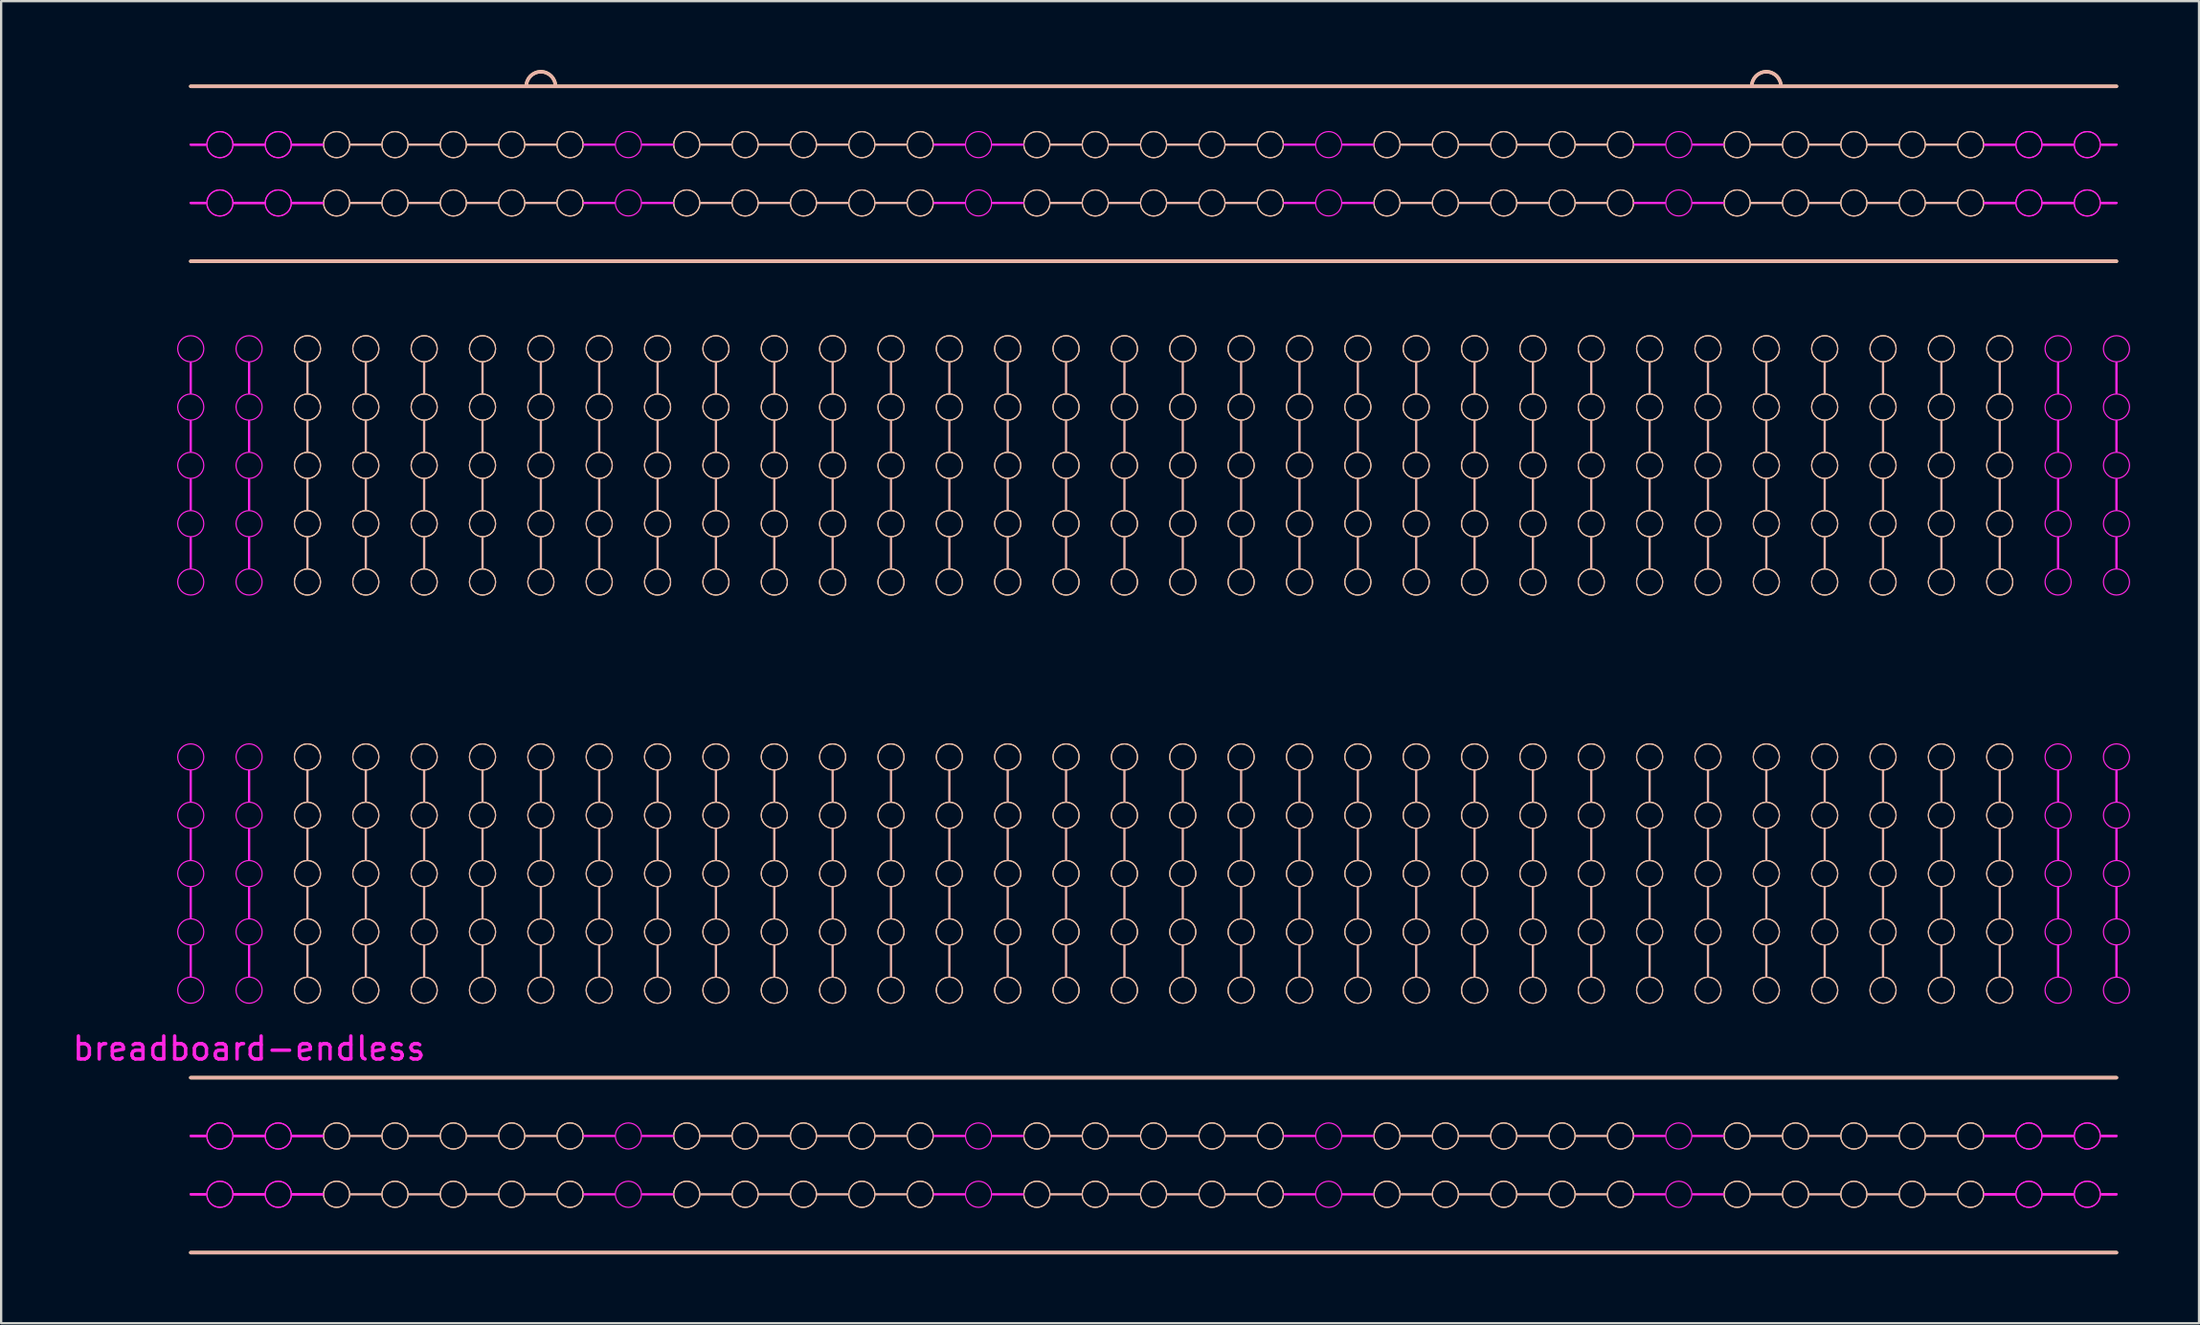
<source format=kicad_pcb>
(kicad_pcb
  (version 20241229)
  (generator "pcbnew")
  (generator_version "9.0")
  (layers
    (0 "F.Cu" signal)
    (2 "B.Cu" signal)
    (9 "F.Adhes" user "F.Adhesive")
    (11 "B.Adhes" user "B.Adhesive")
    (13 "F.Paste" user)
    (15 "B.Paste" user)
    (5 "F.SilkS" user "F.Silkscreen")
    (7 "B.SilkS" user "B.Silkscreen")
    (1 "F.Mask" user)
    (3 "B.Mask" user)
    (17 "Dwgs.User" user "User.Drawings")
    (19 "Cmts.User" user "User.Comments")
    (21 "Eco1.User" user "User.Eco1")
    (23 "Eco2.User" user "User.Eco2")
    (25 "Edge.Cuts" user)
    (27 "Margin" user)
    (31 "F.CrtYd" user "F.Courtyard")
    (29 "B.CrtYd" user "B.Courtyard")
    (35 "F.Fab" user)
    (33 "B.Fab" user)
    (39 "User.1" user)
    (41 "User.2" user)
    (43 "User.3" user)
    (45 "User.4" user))
  (footprint "breadboard-endless"
    (layer "F.Cu")
    (at 48.432 24.84)
    (property "Reference" "breadboard-endless" (at -40.64 17.78 180) (layer "F.CrtYd") (effects (font (size 1 1) (thickness 0.15))))
    (attr exclude_from_pos_files exclude_from_bom)
    (fp_line (start -43.18 -24.13) (end 40.64 -24.13) (stroke (width 0.15) (type solid)) (layer "F.SilkS"))
    (fp_line (start -43.18 -16.51) (end 40.64 -16.51) (stroke (width 0.15) (type solid)) (layer "F.SilkS"))
    (fp_line (start -43.18 26.67) (end 40.64 26.67) (stroke (width 0.15) (type solid)) (layer "F.SilkS"))
    (fp_line (start 40.64 19.05) (end -43.18 19.05) (stroke (width 0.15) (type solid)) (layer "F.SilkS"))
    (fp_arc (start -28.575 -24.13) (mid -28.389013 -24.579013) (end -27.94 -24.765) (stroke (width 0.15) (type solid)) (layer "F.SilkS"))
    (fp_arc (start -27.94 -24.765) (mid -27.490987 -24.579013) (end -27.305 -24.13) (stroke (width 0.15) (type solid)) (layer "F.SilkS"))
    (fp_arc (start 24.765 -24.13) (mid 24.950987 -24.579013) (end 25.4 -24.765) (stroke (width 0.15) (type solid)) (layer "F.SilkS"))
    (fp_arc (start 25.4 -24.765) (mid 25.849013 -24.579013) (end 26.035 -24.13) (stroke (width 0.15) (type solid)) (layer "F.SilkS"))
    (fp_circle (center -38.1 -12.7) (end -37.592 -12.446) (stroke (width 0.05) (type solid)) (fill no) (layer "F.SilkS"))
    (fp_circle (center -38.1 -10.16) (end -37.592 -9.906) (stroke (width 0.05) (type solid)) (fill no) (layer "F.SilkS"))
    (fp_circle (center -38.1 -7.62) (end -37.592 -7.366) (stroke (width 0.05) (type solid)) (fill no) (layer "F.SilkS"))
    (fp_circle (center -38.1 -5.08) (end -37.592 -4.826) (stroke (width 0.05) (type solid)) (fill no) (layer "F.SilkS"))
    (fp_circle (center -38.1 -2.54) (end -37.592 -2.286) (stroke (width 0.05) (type solid)) (fill no) (layer "F.SilkS"))
    (fp_circle (center -38.1 5.08) (end -37.592 5.334) (stroke (width 0.05) (type solid)) (fill no) (layer "F.SilkS"))
    (fp_circle (center -38.1 7.62) (end -37.592 7.874) (stroke (width 0.05) (type solid)) (fill no) (layer "F.SilkS"))
    (fp_circle (center -38.1 10.16) (end -37.592 10.414) (stroke (width 0.05) (type solid)) (fill no) (layer "F.SilkS"))
    (fp_circle (center -38.1 12.7) (end -37.592 12.954) (stroke (width 0.05) (type solid)) (fill no) (layer "F.SilkS"))
    (fp_circle (center -38.1 15.24) (end -37.592 15.494) (stroke (width 0.05) (type solid)) (fill no) (layer "F.SilkS"))
    (fp_circle (center -36.83 -21.59) (end -36.576 -22.098) (stroke (width 0.05) (type solid)) (fill no) (layer "F.SilkS"))
    (fp_circle (center -36.83 -19.05) (end -36.576 -19.558) (stroke (width 0.05) (type solid)) (fill no) (layer "F.SilkS"))
    (fp_circle (center -36.83 21.59) (end -36.576 21.082) (stroke (width 0.05) (type solid)) (fill no) (layer "F.SilkS"))
    (fp_circle (center -36.83 24.13) (end -36.576 23.622) (stroke (width 0.05) (type solid)) (fill no) (layer "F.SilkS"))
    (fp_circle (center -35.56 -12.7) (end -35.052 -12.446) (stroke (width 0.05) (type solid)) (fill no) (layer "F.SilkS"))
    (fp_circle (center -35.56 -10.16) (end -35.052 -9.906) (stroke (width 0.05) (type solid)) (fill no) (layer "F.SilkS"))
    (fp_circle (center -35.56 -7.62) (end -35.052 -7.366) (stroke (width 0.05) (type solid)) (fill no) (layer "F.SilkS"))
    (fp_circle (center -35.56 -5.08) (end -35.052 -4.826) (stroke (width 0.05) (type solid)) (fill no) (layer "F.SilkS"))
    (fp_circle (center -35.56 -2.54) (end -35.052 -2.286) (stroke (width 0.05) (type solid)) (fill no) (layer "F.SilkS"))
    (fp_circle (center -35.56 5.08) (end -35.052 5.334) (stroke (width 0.05) (type solid)) (fill no) (layer "F.SilkS"))
    (fp_circle (center -35.56 7.62) (end -35.052 7.874) (stroke (width 0.05) (type solid)) (fill no) (layer "F.SilkS"))
    (fp_circle (center -35.56 10.16) (end -35.052 10.414) (stroke (width 0.05) (type solid)) (fill no) (layer "F.SilkS"))
    (fp_circle (center -35.56 12.7) (end -35.052 12.954) (stroke (width 0.05) (type solid)) (fill no) (layer "F.SilkS"))
    (fp_circle (center -35.56 15.24) (end -35.052 15.494) (stroke (width 0.05) (type solid)) (fill no) (layer "F.SilkS"))
    (fp_circle (center -34.29 -21.59) (end -34.036 -22.098) (stroke (width 0.05) (type solid)) (fill no) (layer "F.SilkS"))
    (fp_circle (center -34.29 -19.05) (end -34.036 -19.558) (stroke (width 0.05) (type solid)) (fill no) (layer "F.SilkS"))
    (fp_circle (center -34.29 21.59) (end -34.036 21.082) (stroke (width 0.05) (type solid)) (fill no) (layer "F.SilkS"))
    (fp_circle (center -34.29 24.13) (end -34.036 23.622) (stroke (width 0.05) (type solid)) (fill no) (layer "F.SilkS"))
    (fp_circle (center -33.02 -12.7) (end -32.512 -12.446) (stroke (width 0.05) (type solid)) (fill no) (layer "F.SilkS"))
    (fp_circle (center -33.02 -10.16) (end -32.512 -9.906) (stroke (width 0.05) (type solid)) (fill no) (layer "F.SilkS"))
    (fp_circle (center -33.02 -7.62) (end -32.512 -7.366) (stroke (width 0.05) (type solid)) (fill no) (layer "F.SilkS"))
    (fp_circle (center -33.02 -5.08) (end -32.512 -4.826) (stroke (width 0.05) (type solid)) (fill no) (layer "F.SilkS"))
    (fp_circle (center -33.02 -2.54) (end -32.512 -2.286) (stroke (width 0.05) (type solid)) (fill no) (layer "F.SilkS"))
    (fp_circle (center -33.02 5.08) (end -32.512 5.334) (stroke (width 0.05) (type solid)) (fill no) (layer "F.SilkS"))
    (fp_circle (center -33.02 7.62) (end -32.512 7.874) (stroke (width 0.05) (type solid)) (fill no) (layer "F.SilkS"))
    (fp_circle (center -33.02 10.16) (end -32.512 10.414) (stroke (width 0.05) (type solid)) (fill no) (layer "F.SilkS"))
    (fp_circle (center -33.02 12.7) (end -32.512 12.954) (stroke (width 0.05) (type solid)) (fill no) (layer "F.SilkS"))
    (fp_circle (center -33.02 15.24) (end -32.512 15.494) (stroke (width 0.05) (type solid)) (fill no) (layer "F.SilkS"))
    (fp_circle (center -31.75 -21.59) (end -31.496 -22.098) (stroke (width 0.05) (type solid)) (fill no) (layer "F.SilkS"))
    (fp_circle (center -31.75 -19.05) (end -31.496 -19.558) (stroke (width 0.05) (type solid)) (fill no) (layer "F.SilkS"))
    (fp_circle (center -31.75 21.59) (end -31.496 21.082) (stroke (width 0.05) (type solid)) (fill no) (layer "F.SilkS"))
    (fp_circle (center -31.75 24.13) (end -31.496 23.622) (stroke (width 0.05) (type solid)) (fill no) (layer "F.SilkS"))
    (fp_circle (center -30.48 -12.7) (end -29.972 -12.446) (stroke (width 0.05) (type solid)) (fill no) (layer "F.SilkS"))
    (fp_circle (center -30.48 -10.16) (end -29.972 -9.906) (stroke (width 0.05) (type solid)) (fill no) (layer "F.SilkS"))
    (fp_circle (center -30.48 -7.62) (end -29.972 -7.366) (stroke (width 0.05) (type solid)) (fill no) (layer "F.SilkS"))
    (fp_circle (center -30.48 -5.08) (end -29.972 -4.826) (stroke (width 0.05) (type solid)) (fill no) (layer "F.SilkS"))
    (fp_circle (center -30.48 -2.54) (end -29.972 -2.286) (stroke (width 0.05) (type solid)) (fill no) (layer "F.SilkS"))
    (fp_circle (center -30.48 5.08) (end -29.972 5.334) (stroke (width 0.05) (type solid)) (fill no) (layer "F.SilkS"))
    (fp_circle (center -30.48 7.62) (end -29.972 7.874) (stroke (width 0.05) (type solid)) (fill no) (layer "F.SilkS"))
    (fp_circle (center -30.48 10.16) (end -29.972 10.414) (stroke (width 0.05) (type solid)) (fill no) (layer "F.SilkS"))
    (fp_circle (center -30.48 12.7) (end -29.972 12.954) (stroke (width 0.05) (type solid)) (fill no) (layer "F.SilkS"))
    (fp_circle (center -30.48 15.24) (end -29.972 15.494) (stroke (width 0.05) (type solid)) (fill no) (layer "F.SilkS"))
    (fp_circle (center -29.21 -21.59) (end -28.956 -22.098) (stroke (width 0.05) (type solid)) (fill no) (layer "F.SilkS"))
    (fp_circle (center -29.21 -19.05) (end -28.956 -19.558) (stroke (width 0.05) (type solid)) (fill no) (layer "F.SilkS"))
    (fp_circle (center -29.21 21.59) (end -28.956 21.082) (stroke (width 0.05) (type solid)) (fill no) (layer "F.SilkS"))
    (fp_circle (center -29.21 24.13) (end -28.956 23.622) (stroke (width 0.05) (type solid)) (fill no) (layer "F.SilkS"))
    (fp_circle (center -27.94 -12.7) (end -27.432 -12.446) (stroke (width 0.05) (type solid)) (fill no) (layer "F.SilkS"))
    (fp_circle (center -27.94 -10.16) (end -27.432 -9.906) (stroke (width 0.05) (type solid)) (fill no) (layer "F.SilkS"))
    (fp_circle (center -27.94 -7.62) (end -27.432 -7.366) (stroke (width 0.05) (type solid)) (fill no) (layer "F.SilkS"))
    (fp_circle (center -27.94 -5.08) (end -27.432 -4.826) (stroke (width 0.05) (type solid)) (fill no) (layer "F.SilkS"))
    (fp_circle (center -27.94 -2.54) (end -27.432 -2.286) (stroke (width 0.05) (type solid)) (fill no) (layer "F.SilkS"))
    (fp_circle (center -27.94 5.08) (end -27.432 5.334) (stroke (width 0.05) (type solid)) (fill no) (layer "F.SilkS"))
    (fp_circle (center -27.94 7.62) (end -27.432 7.874) (stroke (width 0.05) (type solid)) (fill no) (layer "F.SilkS"))
    (fp_circle (center -27.94 10.16) (end -27.432 10.414) (stroke (width 0.05) (type solid)) (fill no) (layer "F.SilkS"))
    (fp_circle (center -27.94 12.7) (end -27.432 12.954) (stroke (width 0.05) (type solid)) (fill no) (layer "F.SilkS"))
    (fp_circle (center -27.94 15.24) (end -27.432 15.494) (stroke (width 0.05) (type solid)) (fill no) (layer "F.SilkS"))
    (fp_circle (center -26.67 -21.59) (end -26.416 -22.098) (stroke (width 0.05) (type solid)) (fill no) (layer "F.SilkS"))
    (fp_circle (center -26.67 -19.05) (end -26.416 -19.558) (stroke (width 0.05) (type solid)) (fill no) (layer "F.SilkS"))
    (fp_circle (center -26.67 21.59) (end -26.416 21.082) (stroke (width 0.05) (type solid)) (fill no) (layer "F.SilkS"))
    (fp_circle (center -26.67 24.13) (end -26.416 23.622) (stroke (width 0.05) (type solid)) (fill no) (layer "F.SilkS"))
    (fp_circle (center -25.4 -12.7) (end -24.892 -12.446) (stroke (width 0.05) (type solid)) (fill no) (layer "F.SilkS"))
    (fp_circle (center -25.4 -10.16) (end -24.892 -9.906) (stroke (width 0.05) (type solid)) (fill no) (layer "F.SilkS"))
    (fp_circle (center -25.4 -7.62) (end -24.892 -7.366) (stroke (width 0.05) (type solid)) (fill no) (layer "F.SilkS"))
    (fp_circle (center -25.4 -5.08) (end -24.892 -4.826) (stroke (width 0.05) (type solid)) (fill no) (layer "F.SilkS"))
    (fp_circle (center -25.4 -2.54) (end -24.892 -2.286) (stroke (width 0.05) (type solid)) (fill no) (layer "F.SilkS"))
    (fp_circle (center -25.4 5.08) (end -24.892 5.334) (stroke (width 0.05) (type solid)) (fill no) (layer "F.SilkS"))
    (fp_circle (center -25.4 7.62) (end -24.892 7.874) (stroke (width 0.05) (type solid)) (fill no) (layer "F.SilkS"))
    (fp_circle (center -25.4 10.16) (end -24.892 10.414) (stroke (width 0.05) (type solid)) (fill no) (layer "F.SilkS"))
    (fp_circle (center -25.4 12.7) (end -24.892 12.954) (stroke (width 0.05) (type solid)) (fill no) (layer "F.SilkS"))
    (fp_circle (center -25.4 15.24) (end -24.892 15.494) (stroke (width 0.05) (type solid)) (fill no) (layer "F.SilkS"))
    (fp_circle (center -22.86 -12.7) (end -22.352 -12.446) (stroke (width 0.05) (type solid)) (fill no) (layer "F.SilkS"))
    (fp_circle (center -22.86 -10.16) (end -22.352 -9.906) (stroke (width 0.05) (type solid)) (fill no) (layer "F.SilkS"))
    (fp_circle (center -22.86 -7.62) (end -22.352 -7.366) (stroke (width 0.05) (type solid)) (fill no) (layer "F.SilkS"))
    (fp_circle (center -22.86 -5.08) (end -22.352 -4.826) (stroke (width 0.05) (type solid)) (fill no) (layer "F.SilkS"))
    (fp_circle (center -22.86 -2.54) (end -22.352 -2.286) (stroke (width 0.05) (type solid)) (fill no) (layer "F.SilkS"))
    (fp_circle (center -22.86 5.08) (end -22.352 5.334) (stroke (width 0.05) (type solid)) (fill no) (layer "F.SilkS"))
    (fp_circle (center -22.86 7.62) (end -22.352 7.874) (stroke (width 0.05) (type solid)) (fill no) (layer "F.SilkS"))
    (fp_circle (center -22.86 10.16) (end -22.352 10.414) (stroke (width 0.05) (type solid)) (fill no) (layer "F.SilkS"))
    (fp_circle (center -22.86 12.7) (end -22.352 12.954) (stroke (width 0.05) (type solid)) (fill no) (layer "F.SilkS"))
    (fp_circle (center -22.86 15.24) (end -22.352 15.494) (stroke (width 0.05) (type solid)) (fill no) (layer "F.SilkS"))
    (fp_circle (center -21.59 -21.59) (end -21.336 -22.098) (stroke (width 0.05) (type solid)) (fill no) (layer "F.SilkS"))
    (fp_circle (center -21.59 -19.05) (end -21.336 -19.558) (stroke (width 0.05) (type solid)) (fill no) (layer "F.SilkS"))
    (fp_circle (center -21.59 21.59) (end -21.336 21.082) (stroke (width 0.05) (type solid)) (fill no) (layer "F.SilkS"))
    (fp_circle (center -21.59 24.13) (end -21.336 23.622) (stroke (width 0.05) (type solid)) (fill no) (layer "F.SilkS"))
    (fp_circle (center -20.32 -12.7) (end -19.812 -12.446) (stroke (width 0.05) (type solid)) (fill no) (layer "F.SilkS"))
    (fp_circle (center -20.32 -10.16) (end -19.812 -9.906) (stroke (width 0.05) (type solid)) (fill no) (layer "F.SilkS"))
    (fp_circle (center -20.32 -7.62) (end -19.812 -7.366) (stroke (width 0.05) (type solid)) (fill no) (layer "F.SilkS"))
    (fp_circle (center -20.32 -5.08) (end -19.812 -4.826) (stroke (width 0.05) (type solid)) (fill no) (layer "F.SilkS"))
    (fp_circle (center -20.32 -2.54) (end -19.812 -2.286) (stroke (width 0.05) (type solid)) (fill no) (layer "F.SilkS"))
    (fp_circle (center -20.32 5.08) (end -19.812 5.334) (stroke (width 0.05) (type solid)) (fill no) (layer "F.SilkS"))
    (fp_circle (center -20.32 7.62) (end -19.812 7.874) (stroke (width 0.05) (type solid)) (fill no) (layer "F.SilkS"))
    (fp_circle (center -20.32 10.16) (end -19.812 10.414) (stroke (width 0.05) (type solid)) (fill no) (layer "F.SilkS"))
    (fp_circle (center -20.32 12.7) (end -19.812 12.954) (stroke (width 0.05) (type solid)) (fill no) (layer "F.SilkS"))
    (fp_circle (center -20.32 15.24) (end -19.812 15.494) (stroke (width 0.05) (type solid)) (fill no) (layer "F.SilkS"))
    (fp_circle (center -19.05 -21.59) (end -18.796 -22.098) (stroke (width 0.05) (type solid)) (fill no) (layer "F.SilkS"))
    (fp_circle (center -19.05 -19.05) (end -18.796 -19.558) (stroke (width 0.05) (type solid)) (fill no) (layer "F.SilkS"))
    (fp_circle (center -19.05 21.59) (end -18.796 21.082) (stroke (width 0.05) (type solid)) (fill no) (layer "F.SilkS"))
    (fp_circle (center -19.05 24.13) (end -18.796 23.622) (stroke (width 0.05) (type solid)) (fill no) (layer "F.SilkS"))
    (fp_circle (center -17.78 -12.7) (end -17.272 -12.446) (stroke (width 0.05) (type solid)) (fill no) (layer "F.SilkS"))
    (fp_circle (center -17.78 -10.16) (end -17.272 -9.906) (stroke (width 0.05) (type solid)) (fill no) (layer "F.SilkS"))
    (fp_circle (center -17.78 -7.62) (end -17.272 -7.366) (stroke (width 0.05) (type solid)) (fill no) (layer "F.SilkS"))
    (fp_circle (center -17.78 -5.08) (end -17.272 -4.826) (stroke (width 0.05) (type solid)) (fill no) (layer "F.SilkS"))
    (fp_circle (center -17.78 -2.54) (end -17.272 -2.286) (stroke (width 0.05) (type solid)) (fill no) (layer "F.SilkS"))
    (fp_circle (center -17.78 5.08) (end -17.272 5.334) (stroke (width 0.05) (type solid)) (fill no) (layer "F.SilkS"))
    (fp_circle (center -17.78 7.62) (end -17.272 7.874) (stroke (width 0.05) (type solid)) (fill no) (layer "F.SilkS"))
    (fp_circle (center -17.78 10.16) (end -17.272 10.414) (stroke (width 0.05) (type solid)) (fill no) (layer "F.SilkS"))
    (fp_circle (center -17.78 12.7) (end -17.272 12.954) (stroke (width 0.05) (type solid)) (fill no) (layer "F.SilkS"))
    (fp_circle (center -17.78 15.24) (end -17.272 15.494) (stroke (width 0.05) (type solid)) (fill no) (layer "F.SilkS"))
    (fp_circle (center -16.51 -21.59) (end -16.256 -22.098) (stroke (width 0.05) (type solid)) (fill no) (layer "F.SilkS"))
    (fp_circle (center -16.51 -19.05) (end -16.256 -19.558) (stroke (width 0.05) (type solid)) (fill no) (layer "F.SilkS"))
    (fp_circle (center -16.51 21.59) (end -16.256 21.082) (stroke (width 0.05) (type solid)) (fill no) (layer "F.SilkS"))
    (fp_circle (center -16.51 24.13) (end -16.256 23.622) (stroke (width 0.05) (type solid)) (fill no) (layer "F.SilkS"))
    (fp_circle (center -15.24 -12.7) (end -14.732 -12.446) (stroke (width 0.05) (type solid)) (fill no) (layer "F.SilkS"))
    (fp_circle (center -15.24 -10.16) (end -14.732 -9.906) (stroke (width 0.05) (type solid)) (fill no) (layer "F.SilkS"))
    (fp_circle (center -15.24 -7.62) (end -14.732 -7.366) (stroke (width 0.05) (type solid)) (fill no) (layer "F.SilkS"))
    (fp_circle (center -15.24 -5.08) (end -14.732 -4.826) (stroke (width 0.05) (type solid)) (fill no) (layer "F.SilkS"))
    (fp_circle (center -15.24 -2.54) (end -14.732 -2.286) (stroke (width 0.05) (type solid)) (fill no) (layer "F.SilkS"))
    (fp_circle (center -15.24 5.08) (end -14.732 5.334) (stroke (width 0.05) (type solid)) (fill no) (layer "F.SilkS"))
    (fp_circle (center -15.24 7.62) (end -14.732 7.874) (stroke (width 0.05) (type solid)) (fill no) (layer "F.SilkS"))
    (fp_circle (center -15.24 10.16) (end -14.732 10.414) (stroke (width 0.05) (type solid)) (fill no) (layer "F.SilkS"))
    (fp_circle (center -15.24 12.7) (end -14.732 12.954) (stroke (width 0.05) (type solid)) (fill no) (layer "F.SilkS"))
    (fp_circle (center -15.24 15.24) (end -14.732 15.494) (stroke (width 0.05) (type solid)) (fill no) (layer "F.SilkS"))
    (fp_circle (center -13.97 -21.59) (end -13.716 -22.098) (stroke (width 0.05) (type solid)) (fill no) (layer "F.SilkS"))
    (fp_circle (center -13.97 -19.05) (end -13.716 -19.558) (stroke (width 0.05) (type solid)) (fill no) (layer "F.SilkS"))
    (fp_circle (center -13.97 21.59) (end -13.716 21.082) (stroke (width 0.05) (type solid)) (fill no) (layer "F.SilkS"))
    (fp_circle (center -13.97 24.13) (end -13.716 23.622) (stroke (width 0.05) (type solid)) (fill no) (layer "F.SilkS"))
    (fp_circle (center -12.7 -12.7) (end -12.192 -12.446) (stroke (width 0.05) (type solid)) (fill no) (layer "F.SilkS"))
    (fp_circle (center -12.7 -10.16) (end -12.192 -9.906) (stroke (width 0.05) (type solid)) (fill no) (layer "F.SilkS"))
    (fp_circle (center -12.7 -7.62) (end -12.192 -7.366) (stroke (width 0.05) (type solid)) (fill no) (layer "F.SilkS"))
    (fp_circle (center -12.7 -5.08) (end -12.192 -4.826) (stroke (width 0.05) (type solid)) (fill no) (layer "F.SilkS"))
    (fp_circle (center -12.7 -2.54) (end -12.192 -2.286) (stroke (width 0.05) (type solid)) (fill no) (layer "F.SilkS"))
    (fp_circle (center -12.7 5.08) (end -12.192 5.334) (stroke (width 0.05) (type solid)) (fill no) (layer "F.SilkS"))
    (fp_circle (center -12.7 7.62) (end -12.192 7.874) (stroke (width 0.05) (type solid)) (fill no) (layer "F.SilkS"))
    (fp_circle (center -12.7 10.16) (end -12.192 10.414) (stroke (width 0.05) (type solid)) (fill no) (layer "F.SilkS"))
    (fp_circle (center -12.7 12.7) (end -12.192 12.954) (stroke (width 0.05) (type solid)) (fill no) (layer "F.SilkS"))
    (fp_circle (center -12.7 15.24) (end -12.192 15.494) (stroke (width 0.05) (type solid)) (fill no) (layer "F.SilkS"))
    (fp_circle (center -11.43 -21.59) (end -11.176 -22.098) (stroke (width 0.05) (type solid)) (fill no) (layer "F.SilkS"))
    (fp_circle (center -11.43 -19.05) (end -11.176 -19.558) (stroke (width 0.05) (type solid)) (fill no) (layer "F.SilkS"))
    (fp_circle (center -11.43 21.59) (end -11.176 21.082) (stroke (width 0.05) (type solid)) (fill no) (layer "F.SilkS"))
    (fp_circle (center -11.43 24.13) (end -11.176 23.622) (stroke (width 0.05) (type solid)) (fill no) (layer "F.SilkS"))
    (fp_circle (center -10.16 -12.7) (end -9.652 -12.446) (stroke (width 0.05) (type solid)) (fill no) (layer "F.SilkS"))
    (fp_circle (center -10.16 -10.16) (end -9.652 -9.906) (stroke (width 0.05) (type solid)) (fill no) (layer "F.SilkS"))
    (fp_circle (center -10.16 -7.62) (end -9.652 -7.366) (stroke (width 0.05) (type solid)) (fill no) (layer "F.SilkS"))
    (fp_circle (center -10.16 -5.08) (end -9.652 -4.826) (stroke (width 0.05) (type solid)) (fill no) (layer "F.SilkS"))
    (fp_circle (center -10.16 -2.54) (end -9.652 -2.286) (stroke (width 0.05) (type solid)) (fill no) (layer "F.SilkS"))
    (fp_circle (center -10.16 5.08) (end -9.652 5.334) (stroke (width 0.05) (type solid)) (fill no) (layer "F.SilkS"))
    (fp_circle (center -10.16 7.62) (end -9.652 7.874) (stroke (width 0.05) (type solid)) (fill no) (layer "F.SilkS"))
    (fp_circle (center -10.16 10.16) (end -9.652 10.414) (stroke (width 0.05) (type solid)) (fill no) (layer "F.SilkS"))
    (fp_circle (center -10.16 12.7) (end -9.652 12.954) (stroke (width 0.05) (type solid)) (fill no) (layer "F.SilkS"))
    (fp_circle (center -10.16 15.24) (end -9.652 15.494) (stroke (width 0.05) (type solid)) (fill no) (layer "F.SilkS"))
    (fp_circle (center -7.62 -12.7) (end -7.112 -12.446) (stroke (width 0.05) (type solid)) (fill no) (layer "F.SilkS"))
    (fp_circle (center -7.62 -10.16) (end -7.112 -9.906) (stroke (width 0.05) (type solid)) (fill no) (layer "F.SilkS"))
    (fp_circle (center -7.62 -7.62) (end -7.112 -7.366) (stroke (width 0.05) (type solid)) (fill no) (layer "F.SilkS"))
    (fp_circle (center -7.62 -5.08) (end -7.112 -4.826) (stroke (width 0.05) (type solid)) (fill no) (layer "F.SilkS"))
    (fp_circle (center -7.62 -2.54) (end -7.112 -2.286) (stroke (width 0.05) (type solid)) (fill no) (layer "F.SilkS"))
    (fp_circle (center -7.62 5.08) (end -7.112 5.334) (stroke (width 0.05) (type solid)) (fill no) (layer "F.SilkS"))
    (fp_circle (center -7.62 7.62) (end -7.112 7.874) (stroke (width 0.05) (type solid)) (fill no) (layer "F.SilkS"))
    (fp_circle (center -7.62 10.16) (end -7.112 10.414) (stroke (width 0.05) (type solid)) (fill no) (layer "F.SilkS"))
    (fp_circle (center -7.62 12.7) (end -7.112 12.954) (stroke (width 0.05) (type solid)) (fill no) (layer "F.SilkS"))
    (fp_circle (center -7.62 15.24) (end -7.112 15.494) (stroke (width 0.05) (type solid)) (fill no) (layer "F.SilkS"))
    (fp_circle (center -6.35 -21.59) (end -6.096 -22.098) (stroke (width 0.05) (type solid)) (fill no) (layer "F.SilkS"))
    (fp_circle (center -6.35 -19.05) (end -6.096 -19.558) (stroke (width 0.05) (type solid)) (fill no) (layer "F.SilkS"))
    (fp_circle (center -6.35 21.59) (end -6.096 21.082) (stroke (width 0.05) (type solid)) (fill no) (layer "F.SilkS"))
    (fp_circle (center -6.35 24.13) (end -6.096 23.622) (stroke (width 0.05) (type solid)) (fill no) (layer "F.SilkS"))
    (fp_circle (center -5.08 -12.7) (end -4.572 -12.446) (stroke (width 0.05) (type solid)) (fill no) (layer "F.SilkS"))
    (fp_circle (center -5.08 -10.16) (end -4.572 -9.906) (stroke (width 0.05) (type solid)) (fill no) (layer "F.SilkS"))
    (fp_circle (center -5.08 -7.62) (end -4.572 -7.366) (stroke (width 0.05) (type solid)) (fill no) (layer "F.SilkS"))
    (fp_circle (center -5.08 -5.08) (end -4.572 -4.826) (stroke (width 0.05) (type solid)) (fill no) (layer "F.SilkS"))
    (fp_circle (center -5.08 -2.54) (end -4.572 -2.286) (stroke (width 0.05) (type solid)) (fill no) (layer "F.SilkS"))
    (fp_circle (center -5.08 5.08) (end -4.572 5.334) (stroke (width 0.05) (type solid)) (fill no) (layer "F.SilkS"))
    (fp_circle (center -5.08 7.62) (end -4.572 7.874) (stroke (width 0.05) (type solid)) (fill no) (layer "F.SilkS"))
    (fp_circle (center -5.08 10.16) (end -4.572 10.414) (stroke (width 0.05) (type solid)) (fill no) (layer "F.SilkS"))
    (fp_circle (center -5.08 12.7) (end -4.572 12.954) (stroke (width 0.05) (type solid)) (fill no) (layer "F.SilkS"))
    (fp_circle (center -5.08 15.24) (end -4.572 15.494) (stroke (width 0.05) (type solid)) (fill no) (layer "F.SilkS"))
    (fp_circle (center -3.81 -21.59) (end -3.556 -22.098) (stroke (width 0.05) (type solid)) (fill no) (layer "F.SilkS"))
    (fp_circle (center -3.81 -19.05) (end -3.556 -19.558) (stroke (width 0.05) (type solid)) (fill no) (layer "F.SilkS"))
    (fp_circle (center -3.81 21.59) (end -3.556 21.082) (stroke (width 0.05) (type solid)) (fill no) (layer "F.SilkS"))
    (fp_circle (center -3.81 24.13) (end -3.556 23.622) (stroke (width 0.05) (type solid)) (fill no) (layer "F.SilkS"))
    (fp_circle (center -2.54 -12.7) (end -2.032 -12.446) (stroke (width 0.05) (type solid)) (fill no) (layer "F.SilkS"))
    (fp_circle (center -2.54 -10.16) (end -2.032 -9.906) (stroke (width 0.05) (type solid)) (fill no) (layer "F.SilkS"))
    (fp_circle (center -2.54 -7.62) (end -2.032 -7.366) (stroke (width 0.05) (type solid)) (fill no) (layer "F.SilkS"))
    (fp_circle (center -2.54 -5.08) (end -2.032 -4.826) (stroke (width 0.05) (type solid)) (fill no) (layer "F.SilkS"))
    (fp_circle (center -2.54 -2.54) (end -2.032 -2.286) (stroke (width 0.05) (type solid)) (fill no) (layer "F.SilkS"))
    (fp_circle (center -2.54 5.08) (end -2.032 5.334) (stroke (width 0.05) (type solid)) (fill no) (layer "F.SilkS"))
    (fp_circle (center -2.54 7.62) (end -2.032 7.874) (stroke (width 0.05) (type solid)) (fill no) (layer "F.SilkS"))
    (fp_circle (center -2.54 10.16) (end -2.032 10.414) (stroke (width 0.05) (type solid)) (fill no) (layer "F.SilkS"))
    (fp_circle (center -2.54 12.7) (end -2.032 12.954) (stroke (width 0.05) (type solid)) (fill no) (layer "F.SilkS"))
    (fp_circle (center -2.54 15.24) (end -2.032 15.494) (stroke (width 0.05) (type solid)) (fill no) (layer "F.SilkS"))
    (fp_circle (center -1.27 -21.59) (end -1.016 -22.098) (stroke (width 0.05) (type solid)) (fill no) (layer "F.SilkS"))
    (fp_circle (center -1.27 -19.05) (end -1.016 -19.558) (stroke (width 0.05) (type solid)) (fill no) (layer "F.SilkS"))
    (fp_circle (center -1.27 21.59) (end -1.016 21.082) (stroke (width 0.05) (type solid)) (fill no) (layer "F.SilkS"))
    (fp_circle (center -1.27 24.13) (end -1.016 23.622) (stroke (width 0.05) (type solid)) (fill no) (layer "F.SilkS"))
    (fp_circle (center 0 -12.7) (end 0.508 -12.446) (stroke (width 0.05) (type solid)) (fill no) (layer "F.SilkS"))
    (fp_circle (center 0 -10.16) (end 0.508 -9.906) (stroke (width 0.05) (type solid)) (fill no) (layer "F.SilkS"))
    (fp_circle (center 0 -7.62) (end 0.508 -7.366) (stroke (width 0.05) (type solid)) (fill no) (layer "F.SilkS"))
    (fp_circle (center 0 -5.08) (end 0.508 -4.826) (stroke (width 0.05) (type solid)) (fill no) (layer "F.SilkS"))
    (fp_circle (center 0 -2.54) (end 0.508 -2.286) (stroke (width 0.05) (type solid)) (fill no) (layer "F.SilkS"))
    (fp_circle (center 0 5.08) (end 0.508 5.334) (stroke (width 0.05) (type solid)) (fill no) (layer "F.SilkS"))
    (fp_circle (center 0 7.62) (end 0.508 7.874) (stroke (width 0.05) (type solid)) (fill no) (layer "F.SilkS"))
    (fp_circle (center 0 10.16) (end 0.508 10.414) (stroke (width 0.05) (type solid)) (fill no) (layer "F.SilkS"))
    (fp_circle (center 0 12.7) (end 0.508 12.954) (stroke (width 0.05) (type solid)) (fill no) (layer "F.SilkS"))
    (fp_circle (center 0 15.24) (end 0.508 15.494) (stroke (width 0.05) (type solid)) (fill no) (layer "F.SilkS"))
    (fp_circle (center 1.27 -21.59) (end 1.524 -22.098) (stroke (width 0.05) (type solid)) (fill no) (layer "F.SilkS"))
    (fp_circle (center 1.27 -19.05) (end 1.524 -19.558) (stroke (width 0.05) (type solid)) (fill no) (layer "F.SilkS"))
    (fp_circle (center 1.27 21.59) (end 1.524 21.082) (stroke (width 0.05) (type solid)) (fill no) (layer "F.SilkS"))
    (fp_circle (center 1.27 24.13) (end 1.524 23.622) (stroke (width 0.05) (type solid)) (fill no) (layer "F.SilkS"))
    (fp_circle (center 2.54 -12.7) (end 3.048 -12.446) (stroke (width 0.05) (type solid)) (fill no) (layer "F.SilkS"))
    (fp_circle (center 2.54 -10.16) (end 3.048 -9.906) (stroke (width 0.05) (type solid)) (fill no) (layer "F.SilkS"))
    (fp_circle (center 2.54 -7.62) (end 3.048 -7.366) (stroke (width 0.05) (type solid)) (fill no) (layer "F.SilkS"))
    (fp_circle (center 2.54 -5.08) (end 3.048 -4.826) (stroke (width 0.05) (type solid)) (fill no) (layer "F.SilkS"))
    (fp_circle (center 2.54 -2.54) (end 3.048 -2.286) (stroke (width 0.05) (type solid)) (fill no) (layer "F.SilkS"))
    (fp_circle (center 2.54 5.08) (end 3.048 5.334) (stroke (width 0.05) (type solid)) (fill no) (layer "F.SilkS"))
    (fp_circle (center 2.54 7.62) (end 3.048 7.874) (stroke (width 0.05) (type solid)) (fill no) (layer "F.SilkS"))
    (fp_circle (center 2.54 10.16) (end 3.048 10.414) (stroke (width 0.05) (type solid)) (fill no) (layer "F.SilkS"))
    (fp_circle (center 2.54 12.7) (end 3.048 12.954) (stroke (width 0.05) (type solid)) (fill no) (layer "F.SilkS"))
    (fp_circle (center 2.54 15.24) (end 3.048 15.494) (stroke (width 0.05) (type solid)) (fill no) (layer "F.SilkS"))
    (fp_circle (center 3.81 -21.59) (end 4.064 -22.098) (stroke (width 0.05) (type solid)) (fill no) (layer "F.SilkS"))
    (fp_circle (center 3.81 -19.05) (end 4.064 -19.558) (stroke (width 0.05) (type solid)) (fill no) (layer "F.SilkS"))
    (fp_circle (center 3.81 21.59) (end 4.064 21.082) (stroke (width 0.05) (type solid)) (fill no) (layer "F.SilkS"))
    (fp_circle (center 3.81 24.13) (end 4.064 23.622) (stroke (width 0.05) (type solid)) (fill no) (layer "F.SilkS"))
    (fp_circle (center 5.08 -12.7) (end 5.588 -12.446) (stroke (width 0.05) (type solid)) (fill no) (layer "F.SilkS"))
    (fp_circle (center 5.08 -10.16) (end 5.588 -9.906) (stroke (width 0.05) (type solid)) (fill no) (layer "F.SilkS"))
    (fp_circle (center 5.08 -7.62) (end 5.588 -7.366) (stroke (width 0.05) (type solid)) (fill no) (layer "F.SilkS"))
    (fp_circle (center 5.08 -5.08) (end 5.588 -4.826) (stroke (width 0.05) (type solid)) (fill no) (layer "F.SilkS"))
    (fp_circle (center 5.08 -2.54) (end 5.588 -2.286) (stroke (width 0.05) (type solid)) (fill no) (layer "F.SilkS"))
    (fp_circle (center 5.08 5.08) (end 5.588 5.334) (stroke (width 0.05) (type solid)) (fill no) (layer "F.SilkS"))
    (fp_circle (center 5.08 7.62) (end 5.588 7.874) (stroke (width 0.05) (type solid)) (fill no) (layer "F.SilkS"))
    (fp_circle (center 5.08 10.16) (end 5.588 10.414) (stroke (width 0.05) (type solid)) (fill no) (layer "F.SilkS"))
    (fp_circle (center 5.08 12.7) (end 5.588 12.954) (stroke (width 0.05) (type solid)) (fill no) (layer "F.SilkS"))
    (fp_circle (center 5.08 15.24) (end 5.588 15.494) (stroke (width 0.05) (type solid)) (fill no) (layer "F.SilkS"))
    (fp_circle (center 7.62 -12.7) (end 8.128 -12.446) (stroke (width 0.05) (type solid)) (fill no) (layer "F.SilkS"))
    (fp_circle (center 7.62 -10.16) (end 8.128 -9.906) (stroke (width 0.05) (type solid)) (fill no) (layer "F.SilkS"))
    (fp_circle (center 7.62 -7.62) (end 8.128 -7.366) (stroke (width 0.05) (type solid)) (fill no) (layer "F.SilkS"))
    (fp_circle (center 7.62 -5.08) (end 8.128 -4.826) (stroke (width 0.05) (type solid)) (fill no) (layer "F.SilkS"))
    (fp_circle (center 7.62 -2.54) (end 8.128 -2.286) (stroke (width 0.05) (type solid)) (fill no) (layer "F.SilkS"))
    (fp_circle (center 7.62 5.08) (end 8.128 5.334) (stroke (width 0.05) (type solid)) (fill no) (layer "F.SilkS"))
    (fp_circle (center 7.62 7.62) (end 8.128 7.874) (stroke (width 0.05) (type solid)) (fill no) (layer "F.SilkS"))
    (fp_circle (center 7.62 10.16) (end 8.128 10.414) (stroke (width 0.05) (type solid)) (fill no) (layer "F.SilkS"))
    (fp_circle (center 7.62 12.7) (end 8.128 12.954) (stroke (width 0.05) (type solid)) (fill no) (layer "F.SilkS"))
    (fp_circle (center 7.62 15.24) (end 8.128 15.494) (stroke (width 0.05) (type solid)) (fill no) (layer "F.SilkS"))
    (fp_circle (center 8.89 -21.59) (end 9.144 -22.098) (stroke (width 0.05) (type solid)) (fill no) (layer "F.SilkS"))
    (fp_circle (center 8.89 -19.05) (end 9.144 -19.558) (stroke (width 0.05) (type solid)) (fill no) (layer "F.SilkS"))
    (fp_circle (center 8.89 21.59) (end 9.144 21.082) (stroke (width 0.05) (type solid)) (fill no) (layer "F.SilkS"))
    (fp_circle (center 8.89 24.13) (end 9.144 23.622) (stroke (width 0.05) (type solid)) (fill no) (layer "F.SilkS"))
    (fp_circle (center 10.16 -12.7) (end 10.668 -12.446) (stroke (width 0.05) (type solid)) (fill no) (layer "F.SilkS"))
    (fp_circle (center 10.16 -10.16) (end 10.668 -9.906) (stroke (width 0.05) (type solid)) (fill no) (layer "F.SilkS"))
    (fp_circle (center 10.16 -7.62) (end 10.668 -7.366) (stroke (width 0.05) (type solid)) (fill no) (layer "F.SilkS"))
    (fp_circle (center 10.16 -5.08) (end 10.668 -4.826) (stroke (width 0.05) (type solid)) (fill no) (layer "F.SilkS"))
    (fp_circle (center 10.16 -2.54) (end 10.668 -2.286) (stroke (width 0.05) (type solid)) (fill no) (layer "F.SilkS"))
    (fp_circle (center 10.16 5.08) (end 10.668 5.334) (stroke (width 0.05) (type solid)) (fill no) (layer "F.SilkS"))
    (fp_circle (center 10.16 7.62) (end 10.668 7.874) (stroke (width 0.05) (type solid)) (fill no) (layer "F.SilkS"))
    (fp_circle (center 10.16 10.16) (end 10.668 10.414) (stroke (width 0.05) (type solid)) (fill no) (layer "F.SilkS"))
    (fp_circle (center 10.16 12.7) (end 10.668 12.954) (stroke (width 0.05) (type solid)) (fill no) (layer "F.SilkS"))
    (fp_circle (center 10.16 15.24) (end 10.668 15.494) (stroke (width 0.05) (type solid)) (fill no) (layer "F.SilkS"))
    (fp_circle (center 11.43 -21.59) (end 11.684 -22.098) (stroke (width 0.05) (type solid)) (fill no) (layer "F.SilkS"))
    (fp_circle (center 11.43 -19.05) (end 11.684 -19.558) (stroke (width 0.05) (type solid)) (fill no) (layer "F.SilkS"))
    (fp_circle (center 11.43 21.59) (end 11.684 21.082) (stroke (width 0.05) (type solid)) (fill no) (layer "F.SilkS"))
    (fp_circle (center 11.43 24.13) (end 11.684 23.622) (stroke (width 0.05) (type solid)) (fill no) (layer "F.SilkS"))
    (fp_circle (center 12.7 -12.7) (end 13.208 -12.446) (stroke (width 0.05) (type solid)) (fill no) (layer "F.SilkS"))
    (fp_circle (center 12.7 -10.16) (end 13.208 -9.906) (stroke (width 0.05) (type solid)) (fill no) (layer "F.SilkS"))
    (fp_circle (center 12.7 -7.62) (end 13.208 -7.366) (stroke (width 0.05) (type solid)) (fill no) (layer "F.SilkS"))
    (fp_circle (center 12.7 -5.08) (end 13.208 -4.826) (stroke (width 0.05) (type solid)) (fill no) (layer "F.SilkS"))
    (fp_circle (center 12.7 -2.54) (end 13.208 -2.286) (stroke (width 0.05) (type solid)) (fill no) (layer "F.SilkS"))
    (fp_circle (center 12.7 5.08) (end 13.208 5.334) (stroke (width 0.05) (type solid)) (fill no) (layer "F.SilkS"))
    (fp_circle (center 12.7 7.62) (end 13.208 7.874) (stroke (width 0.05) (type solid)) (fill no) (layer "F.SilkS"))
    (fp_circle (center 12.7 10.16) (end 13.208 10.414) (stroke (width 0.05) (type solid)) (fill no) (layer "F.SilkS"))
    (fp_circle (center 12.7 12.7) (end 13.208 12.954) (stroke (width 0.05) (type solid)) (fill no) (layer "F.SilkS"))
    (fp_circle (center 12.7 15.24) (end 13.208 15.494) (stroke (width 0.05) (type solid)) (fill no) (layer "F.SilkS"))
    (fp_circle (center 13.97 -21.59) (end 14.224 -22.098) (stroke (width 0.05) (type solid)) (fill no) (layer "F.SilkS"))
    (fp_circle (center 13.97 -19.05) (end 14.224 -19.558) (stroke (width 0.05) (type solid)) (fill no) (layer "F.SilkS"))
    (fp_circle (center 13.97 21.59) (end 14.224 21.082) (stroke (width 0.05) (type solid)) (fill no) (layer "F.SilkS"))
    (fp_circle (center 13.97 24.13) (end 14.224 23.622) (stroke (width 0.05) (type solid)) (fill no) (layer "F.SilkS"))
    (fp_circle (center 15.24 -12.7) (end 15.748 -12.446) (stroke (width 0.05) (type solid)) (fill no) (layer "F.SilkS"))
    (fp_circle (center 15.24 -10.16) (end 15.748 -9.906) (stroke (width 0.05) (type solid)) (fill no) (layer "F.SilkS"))
    (fp_circle (center 15.24 -7.62) (end 15.748 -7.366) (stroke (width 0.05) (type solid)) (fill no) (layer "F.SilkS"))
    (fp_circle (center 15.24 -5.08) (end 15.748 -4.826) (stroke (width 0.05) (type solid)) (fill no) (layer "F.SilkS"))
    (fp_circle (center 15.24 -2.54) (end 15.748 -2.286) (stroke (width 0.05) (type solid)) (fill no) (layer "F.SilkS"))
    (fp_circle (center 15.24 5.08) (end 15.748 5.334) (stroke (width 0.05) (type solid)) (fill no) (layer "F.SilkS"))
    (fp_circle (center 15.24 7.62) (end 15.748 7.874) (stroke (width 0.05) (type solid)) (fill no) (layer "F.SilkS"))
    (fp_circle (center 15.24 10.16) (end 15.748 10.414) (stroke (width 0.05) (type solid)) (fill no) (layer "F.SilkS"))
    (fp_circle (center 15.24 12.7) (end 15.748 12.954) (stroke (width 0.05) (type solid)) (fill no) (layer "F.SilkS"))
    (fp_circle (center 15.24 15.24) (end 15.748 15.494) (stroke (width 0.05) (type solid)) (fill no) (layer "F.SilkS"))
    (fp_circle (center 16.51 -21.59) (end 16.764 -22.098) (stroke (width 0.05) (type solid)) (fill no) (layer "F.SilkS"))
    (fp_circle (center 16.51 -19.05) (end 16.764 -19.558) (stroke (width 0.05) (type solid)) (fill no) (layer "F.SilkS"))
    (fp_circle (center 16.51 21.59) (end 16.764 21.082) (stroke (width 0.05) (type solid)) (fill no) (layer "F.SilkS"))
    (fp_circle (center 16.51 24.13) (end 16.764 23.622) (stroke (width 0.05) (type solid)) (fill no) (layer "F.SilkS"))
    (fp_circle (center 17.78 -12.7) (end 18.288 -12.446) (stroke (width 0.05) (type solid)) (fill no) (layer "F.SilkS"))
    (fp_circle (center 17.78 -10.16) (end 18.288 -9.906) (stroke (width 0.05) (type solid)) (fill no) (layer "F.SilkS"))
    (fp_circle (center 17.78 -7.62) (end 18.288 -7.366) (stroke (width 0.05) (type solid)) (fill no) (layer "F.SilkS"))
    (fp_circle (center 17.78 -5.08) (end 18.288 -4.826) (stroke (width 0.05) (type solid)) (fill no) (layer "F.SilkS"))
    (fp_circle (center 17.78 -2.54) (end 18.288 -2.286) (stroke (width 0.05) (type solid)) (fill no) (layer "F.SilkS"))
    (fp_circle (center 17.78 5.08) (end 18.288 5.334) (stroke (width 0.05) (type solid)) (fill no) (layer "F.SilkS"))
    (fp_circle (center 17.78 7.62) (end 18.288 7.874) (stroke (width 0.05) (type solid)) (fill no) (layer "F.SilkS"))
    (fp_circle (center 17.78 10.16) (end 18.288 10.414) (stroke (width 0.05) (type solid)) (fill no) (layer "F.SilkS"))
    (fp_circle (center 17.78 12.7) (end 18.288 12.954) (stroke (width 0.05) (type solid)) (fill no) (layer "F.SilkS"))
    (fp_circle (center 17.78 15.24) (end 18.288 15.494) (stroke (width 0.05) (type solid)) (fill no) (layer "F.SilkS"))
    (fp_circle (center 19.05 -21.59) (end 19.304 -22.098) (stroke (width 0.05) (type solid)) (fill no) (layer "F.SilkS"))
    (fp_circle (center 19.05 -19.05) (end 19.304 -19.558) (stroke (width 0.05) (type solid)) (fill no) (layer "F.SilkS"))
    (fp_circle (center 19.05 21.59) (end 19.304 21.082) (stroke (width 0.05) (type solid)) (fill no) (layer "F.SilkS"))
    (fp_circle (center 19.05 24.13) (end 19.304 23.622) (stroke (width 0.05) (type solid)) (fill no) (layer "F.SilkS"))
    (fp_circle (center 20.32 -12.7) (end 20.828 -12.446) (stroke (width 0.05) (type solid)) (fill no) (layer "F.SilkS"))
    (fp_circle (center 20.32 -10.16) (end 20.828 -9.906) (stroke (width 0.05) (type solid)) (fill no) (layer "F.SilkS"))
    (fp_circle (center 20.32 -7.62) (end 20.828 -7.366) (stroke (width 0.05) (type solid)) (fill no) (layer "F.SilkS"))
    (fp_circle (center 20.32 -5.08) (end 20.828 -4.826) (stroke (width 0.05) (type solid)) (fill no) (layer "F.SilkS"))
    (fp_circle (center 20.32 -2.54) (end 20.828 -2.286) (stroke (width 0.05) (type solid)) (fill no) (layer "F.SilkS"))
    (fp_circle (center 20.32 5.08) (end 20.828 5.334) (stroke (width 0.05) (type solid)) (fill no) (layer "F.SilkS"))
    (fp_circle (center 20.32 7.62) (end 20.828 7.874) (stroke (width 0.05) (type solid)) (fill no) (layer "F.SilkS"))
    (fp_circle (center 20.32 10.16) (end 20.828 10.414) (stroke (width 0.05) (type solid)) (fill no) (layer "F.SilkS"))
    (fp_circle (center 20.32 12.7) (end 20.828 12.954) (stroke (width 0.05) (type solid)) (fill no) (layer "F.SilkS"))
    (fp_circle (center 20.32 15.24) (end 20.828 15.494) (stroke (width 0.05) (type solid)) (fill no) (layer "F.SilkS"))
    (fp_circle (center 22.86 -12.7) (end 23.368 -12.446) (stroke (width 0.05) (type solid)) (fill no) (layer "F.SilkS"))
    (fp_circle (center 22.86 -10.16) (end 23.368 -9.906) (stroke (width 0.05) (type solid)) (fill no) (layer "F.SilkS"))
    (fp_circle (center 22.86 -7.62) (end 23.368 -7.366) (stroke (width 0.05) (type solid)) (fill no) (layer "F.SilkS"))
    (fp_circle (center 22.86 -5.08) (end 23.368 -4.826) (stroke (width 0.05) (type solid)) (fill no) (layer "F.SilkS"))
    (fp_circle (center 22.86 -2.54) (end 23.368 -2.286) (stroke (width 0.05) (type solid)) (fill no) (layer "F.SilkS"))
    (fp_circle (center 22.86 5.08) (end 23.368 5.334) (stroke (width 0.05) (type solid)) (fill no) (layer "F.SilkS"))
    (fp_circle (center 22.86 7.62) (end 23.368 7.874) (stroke (width 0.05) (type solid)) (fill no) (layer "F.SilkS"))
    (fp_circle (center 22.86 10.16) (end 23.368 10.414) (stroke (width 0.05) (type solid)) (fill no) (layer "F.SilkS"))
    (fp_circle (center 22.86 12.7) (end 23.368 12.954) (stroke (width 0.05) (type solid)) (fill no) (layer "F.SilkS"))
    (fp_circle (center 22.86 15.24) (end 23.368 15.494) (stroke (width 0.05) (type solid)) (fill no) (layer "F.SilkS"))
    (fp_circle (center 24.13 -21.59) (end 24.384 -22.098) (stroke (width 0.05) (type solid)) (fill no) (layer "F.SilkS"))
    (fp_circle (center 24.13 -19.05) (end 24.384 -19.558) (stroke (width 0.05) (type solid)) (fill no) (layer "F.SilkS"))
    (fp_circle (center 24.13 21.59) (end 24.384 21.082) (stroke (width 0.05) (type solid)) (fill no) (layer "F.SilkS"))
    (fp_circle (center 24.13 24.13) (end 24.384 23.622) (stroke (width 0.05) (type solid)) (fill no) (layer "F.SilkS"))
    (fp_circle (center 25.4 -12.7) (end 25.908 -12.446) (stroke (width 0.05) (type solid)) (fill no) (layer "F.SilkS"))
    (fp_circle (center 25.4 -10.16) (end 25.908 -9.906) (stroke (width 0.05) (type solid)) (fill no) (layer "F.SilkS"))
    (fp_circle (center 25.4 -7.62) (end 25.908 -7.366) (stroke (width 0.05) (type solid)) (fill no) (layer "F.SilkS"))
    (fp_circle (center 25.4 -5.08) (end 25.908 -4.826) (stroke (width 0.05) (type solid)) (fill no) (layer "F.SilkS"))
    (fp_circle (center 25.4 -2.54) (end 25.908 -2.286) (stroke (width 0.05) (type solid)) (fill no) (layer "F.SilkS"))
    (fp_circle (center 25.4 5.08) (end 25.908 5.334) (stroke (width 0.05) (type solid)) (fill no) (layer "F.SilkS"))
    (fp_circle (center 25.4 7.62) (end 25.908 7.874) (stroke (width 0.05) (type solid)) (fill no) (layer "F.SilkS"))
    (fp_circle (center 25.4 10.16) (end 25.908 10.414) (stroke (width 0.05) (type solid)) (fill no) (layer "F.SilkS"))
    (fp_circle (center 25.4 12.7) (end 25.908 12.954) (stroke (width 0.05) (type solid)) (fill no) (layer "F.SilkS"))
    (fp_circle (center 25.4 15.24) (end 25.908 15.494) (stroke (width 0.05) (type solid)) (fill no) (layer "F.SilkS"))
    (fp_circle (center 26.67 -21.59) (end 26.924 -22.098) (stroke (width 0.05) (type solid)) (fill no) (layer "F.SilkS"))
    (fp_circle (center 26.67 -19.05) (end 26.924 -19.558) (stroke (width 0.05) (type solid)) (fill no) (layer "F.SilkS"))
    (fp_circle (center 26.67 21.59) (end 26.924 21.082) (stroke (width 0.05) (type solid)) (fill no) (layer "F.SilkS"))
    (fp_circle (center 26.67 24.13) (end 26.924 23.622) (stroke (width 0.05) (type solid)) (fill no) (layer "F.SilkS"))
    (fp_circle (center 27.94 -12.7) (end 28.448 -12.446) (stroke (width 0.05) (type solid)) (fill no) (layer "F.SilkS"))
    (fp_circle (center 27.94 -10.16) (end 28.448 -9.906) (stroke (width 0.05) (type solid)) (fill no) (layer "F.SilkS"))
    (fp_circle (center 27.94 -7.62) (end 28.448 -7.366) (stroke (width 0.05) (type solid)) (fill no) (layer "F.SilkS"))
    (fp_circle (center 27.94 -5.08) (end 28.448 -4.826) (stroke (width 0.05) (type solid)) (fill no) (layer "F.SilkS"))
    (fp_circle (center 27.94 -2.54) (end 28.448 -2.286) (stroke (width 0.05) (type solid)) (fill no) (layer "F.SilkS"))
    (fp_circle (center 27.94 5.08) (end 28.448 5.334) (stroke (width 0.05) (type solid)) (fill no) (layer "F.SilkS"))
    (fp_circle (center 27.94 7.62) (end 28.448 7.874) (stroke (width 0.05) (type solid)) (fill no) (layer "F.SilkS"))
    (fp_circle (center 27.94 10.16) (end 28.448 10.414) (stroke (width 0.05) (type solid)) (fill no) (layer "F.SilkS"))
    (fp_circle (center 27.94 12.7) (end 28.448 12.954) (stroke (width 0.05) (type solid)) (fill no) (layer "F.SilkS"))
    (fp_circle (center 27.94 15.24) (end 28.448 15.494) (stroke (width 0.05) (type solid)) (fill no) (layer "F.SilkS"))
    (fp_circle (center 29.21 -21.59) (end 29.464 -22.098) (stroke (width 0.05) (type solid)) (fill no) (layer "F.SilkS"))
    (fp_circle (center 29.21 -19.05) (end 29.464 -19.558) (stroke (width 0.05) (type solid)) (fill no) (layer "F.SilkS"))
    (fp_circle (center 29.21 21.59) (end 29.464 21.082) (stroke (width 0.05) (type solid)) (fill no) (layer "F.SilkS"))
    (fp_circle (center 29.21 24.13) (end 29.464 23.622) (stroke (width 0.05) (type solid)) (fill no) (layer "F.SilkS"))
    (fp_circle (center 30.48 -12.7) (end 30.988 -12.446) (stroke (width 0.05) (type solid)) (fill no) (layer "F.SilkS"))
    (fp_circle (center 30.48 -10.16) (end 30.988 -9.906) (stroke (width 0.05) (type solid)) (fill no) (layer "F.SilkS"))
    (fp_circle (center 30.48 -7.62) (end 30.988 -7.366) (stroke (width 0.05) (type solid)) (fill no) (layer "F.SilkS"))
    (fp_circle (center 30.48 -5.08) (end 30.988 -4.826) (stroke (width 0.05) (type solid)) (fill no) (layer "F.SilkS"))
    (fp_circle (center 30.48 -2.54) (end 30.988 -2.286) (stroke (width 0.05) (type solid)) (fill no) (layer "F.SilkS"))
    (fp_circle (center 30.48 5.08) (end 30.988 5.334) (stroke (width 0.05) (type solid)) (fill no) (layer "F.SilkS"))
    (fp_circle (center 30.48 7.62) (end 30.988 7.874) (stroke (width 0.05) (type solid)) (fill no) (layer "F.SilkS"))
    (fp_circle (center 30.48 10.16) (end 30.988 10.414) (stroke (width 0.05) (type solid)) (fill no) (layer "F.SilkS"))
    (fp_circle (center 30.48 12.7) (end 30.988 12.954) (stroke (width 0.05) (type solid)) (fill no) (layer "F.SilkS"))
    (fp_circle (center 30.48 15.24) (end 30.988 15.494) (stroke (width 0.05) (type solid)) (fill no) (layer "F.SilkS"))
    (fp_circle (center 31.75 -21.59) (end 32.004 -22.098) (stroke (width 0.05) (type solid)) (fill no) (layer "F.SilkS"))
    (fp_circle (center 31.75 -19.05) (end 32.004 -19.558) (stroke (width 0.05) (type solid)) (fill no) (layer "F.SilkS"))
    (fp_circle (center 31.75 21.59) (end 32.004 21.082) (stroke (width 0.05) (type solid)) (fill no) (layer "F.SilkS"))
    (fp_circle (center 31.75 24.13) (end 32.004 23.622) (stroke (width 0.05) (type solid)) (fill no) (layer "F.SilkS"))
    (fp_circle (center 33.02 -12.7) (end 33.528 -12.446) (stroke (width 0.05) (type solid)) (fill no) (layer "F.SilkS"))
    (fp_circle (center 33.02 -10.16) (end 33.528 -9.906) (stroke (width 0.05) (type solid)) (fill no) (layer "F.SilkS"))
    (fp_circle (center 33.02 -7.62) (end 33.528 -7.366) (stroke (width 0.05) (type solid)) (fill no) (layer "F.SilkS"))
    (fp_circle (center 33.02 -5.08) (end 33.528 -4.826) (stroke (width 0.05) (type solid)) (fill no) (layer "F.SilkS"))
    (fp_circle (center 33.02 -2.54) (end 33.528 -2.286) (stroke (width 0.05) (type solid)) (fill no) (layer "F.SilkS"))
    (fp_circle (center 33.02 5.08) (end 33.528 5.334) (stroke (width 0.05) (type solid)) (fill no) (layer "F.SilkS"))
    (fp_circle (center 33.02 7.62) (end 33.528 7.874) (stroke (width 0.05) (type solid)) (fill no) (layer "F.SilkS"))
    (fp_circle (center 33.02 10.16) (end 33.528 10.414) (stroke (width 0.05) (type solid)) (fill no) (layer "F.SilkS"))
    (fp_circle (center 33.02 12.7) (end 33.528 12.954) (stroke (width 0.05) (type solid)) (fill no) (layer "F.SilkS"))
    (fp_circle (center 33.02 15.24) (end 33.528 15.494) (stroke (width 0.05) (type solid)) (fill no) (layer "F.SilkS"))
    (fp_circle (center 34.29 -21.59) (end 34.544 -22.098) (stroke (width 0.05) (type solid)) (fill no) (layer "F.SilkS"))
    (fp_circle (center 34.29 -19.05) (end 34.544 -19.558) (stroke (width 0.05) (type solid)) (fill no) (layer "F.SilkS"))
    (fp_circle (center 34.29 21.59) (end 34.544 21.082) (stroke (width 0.05) (type solid)) (fill no) (layer "F.SilkS"))
    (fp_circle (center 34.29 24.13) (end 34.544 23.622) (stroke (width 0.05) (type solid)) (fill no) (layer "F.SilkS"))
    (fp_circle (center 35.56 -12.7) (end 36.068 -12.446) (stroke (width 0.05) (type solid)) (fill no) (layer "F.SilkS"))
    (fp_circle (center 35.56 -10.16) (end 36.068 -9.906) (stroke (width 0.05) (type solid)) (fill no) (layer "F.SilkS"))
    (fp_circle (center 35.56 -7.62) (end 36.068 -7.366) (stroke (width 0.05) (type solid)) (fill no) (layer "F.SilkS"))
    (fp_circle (center 35.56 -5.08) (end 36.068 -4.826) (stroke (width 0.05) (type solid)) (fill no) (layer "F.SilkS"))
    (fp_circle (center 35.56 -2.54) (end 36.068 -2.286) (stroke (width 0.05) (type solid)) (fill no) (layer "F.SilkS"))
    (fp_circle (center 35.56 5.08) (end 36.068 5.334) (stroke (width 0.05) (type solid)) (fill no) (layer "F.SilkS"))
    (fp_circle (center 35.56 7.62) (end 36.068 7.874) (stroke (width 0.05) (type solid)) (fill no) (layer "F.SilkS"))
    (fp_circle (center 35.56 10.16) (end 36.068 10.414) (stroke (width 0.05) (type solid)) (fill no) (layer "F.SilkS"))
    (fp_circle (center 35.56 12.7) (end 36.068 12.954) (stroke (width 0.05) (type solid)) (fill no) (layer "F.SilkS"))
    (fp_circle (center 35.56 15.24) (end 36.068 15.494) (stroke (width 0.05) (type solid)) (fill no) (layer "F.SilkS"))
    (fp_line (start -43.18 -24.13) (end 40.64 -24.13) (stroke (width 0.15) (type solid)) (layer "B.SilkS"))
    (fp_line (start -38.1 -12.09) (end -38.1 -10.77) (stroke (width 0.1) (type solid)) (layer "B.SilkS"))
    (fp_line (start -38.1 -9.55) (end -38.1 -8.23) (stroke (width 0.1) (type solid)) (layer "B.SilkS"))
    (fp_line (start -38.1 -7.01) (end -38.1 -5.69) (stroke (width 0.1) (type solid)) (layer "B.SilkS"))
    (fp_line (start -38.1 -4.47) (end -38.1 -3.15) (stroke (width 0.1) (type solid)) (layer "B.SilkS"))
    (fp_line (start -38.1 5.69) (end -38.1 7.01) (stroke (width 0.1) (type solid)) (layer "B.SilkS"))
    (fp_line (start -38.1 8.23) (end -38.1 9.55) (stroke (width 0.1) (type solid)) (layer "B.SilkS"))
    (fp_line (start -38.1 10.77) (end -38.1 12.09) (stroke (width 0.1) (type solid)) (layer "B.SilkS"))
    (fp_line (start -38.1 13.31) (end -38.1 14.63) (stroke (width 0.1) (type solid)) (layer "B.SilkS"))
    (fp_line (start -36.22 -21.59) (end -34.9 -21.59) (stroke (width 0.1) (type solid)) (layer "B.SilkS"))
    (fp_line (start -36.22 -19.05) (end -34.9 -19.05) (stroke (width 0.1) (type solid)) (layer "B.SilkS"))
    (fp_line (start -36.22 21.59) (end -34.9 21.59) (stroke (width 0.1) (type solid)) (layer "B.SilkS"))
    (fp_line (start -36.22 24.13) (end -34.9 24.13) (stroke (width 0.1) (type solid)) (layer "B.SilkS"))
    (fp_line (start -35.56 -12.09) (end -35.56 -10.77) (stroke (width 0.1) (type solid)) (layer "B.SilkS"))
    (fp_line (start -35.56 -9.55) (end -35.56 -8.23) (stroke (width 0.1) (type solid)) (layer "B.SilkS"))
    (fp_line (start -35.56 -7.01) (end -35.56 -5.69) (stroke (width 0.1) (type solid)) (layer "B.SilkS"))
    (fp_line (start -35.56 -4.47) (end -35.56 -3.15) (stroke (width 0.1) (type solid)) (layer "B.SilkS"))
    (fp_line (start -35.56 5.69) (end -35.56 7.01) (stroke (width 0.1) (type solid)) (layer "B.SilkS"))
    (fp_line (start -35.56 8.23) (end -35.56 9.55) (stroke (width 0.1) (type solid)) (layer "B.SilkS"))
    (fp_line (start -35.56 10.77) (end -35.56 12.09) (stroke (width 0.1) (type solid)) (layer "B.SilkS"))
    (fp_line (start -35.56 13.31) (end -35.56 14.63) (stroke (width 0.1) (type solid)) (layer "B.SilkS"))
    (fp_line (start -33.68 -21.59) (end -32.36 -21.59) (stroke (width 0.1) (type solid)) (layer "B.SilkS"))
    (fp_line (start -33.68 -19.05) (end -32.36 -19.05) (stroke (width 0.1) (type solid)) (layer "B.SilkS"))
    (fp_line (start -33.68 21.59) (end -32.36 21.59) (stroke (width 0.1) (type solid)) (layer "B.SilkS"))
    (fp_line (start -33.68 24.13) (end -32.36 24.13) (stroke (width 0.1) (type solid)) (layer "B.SilkS"))
    (fp_line (start -33.02 -12.09) (end -33.02 -10.77) (stroke (width 0.1) (type solid)) (layer "B.SilkS"))
    (fp_line (start -33.02 -9.55) (end -33.02 -8.23) (stroke (width 0.1) (type solid)) (layer "B.SilkS"))
    (fp_line (start -33.02 -7.01) (end -33.02 -5.69) (stroke (width 0.1) (type solid)) (layer "B.SilkS"))
    (fp_line (start -33.02 -4.47) (end -33.02 -3.15) (stroke (width 0.1) (type solid)) (layer "B.SilkS"))
    (fp_line (start -33.02 5.69) (end -33.02 7.01) (stroke (width 0.1) (type solid)) (layer "B.SilkS"))
    (fp_line (start -33.02 8.23) (end -33.02 9.55) (stroke (width 0.1) (type solid)) (layer "B.SilkS"))
    (fp_line (start -33.02 10.77) (end -33.02 12.09) (stroke (width 0.1) (type solid)) (layer "B.SilkS"))
    (fp_line (start -33.02 13.31) (end -33.02 14.63) (stroke (width 0.1) (type solid)) (layer "B.SilkS"))
    (fp_line (start -31.14 -21.59) (end -29.82 -21.59) (stroke (width 0.1) (type solid)) (layer "B.SilkS"))
    (fp_line (start -31.14 -19.05) (end -29.82 -19.05) (stroke (width 0.1) (type solid)) (layer "B.SilkS"))
    (fp_line (start -31.14 21.59) (end -29.82 21.59) (stroke (width 0.1) (type solid)) (layer "B.SilkS"))
    (fp_line (start -31.14 24.13) (end -29.82 24.13) (stroke (width 0.1) (type solid)) (layer "B.SilkS"))
    (fp_line (start -30.48 -12.09) (end -30.48 -10.77) (stroke (width 0.1) (type solid)) (layer "B.SilkS"))
    (fp_line (start -30.48 -9.55) (end -30.48 -8.23) (stroke (width 0.1) (type solid)) (layer "B.SilkS"))
    (fp_line (start -30.48 -7.01) (end -30.48 -5.69) (stroke (width 0.1) (type solid)) (layer "B.SilkS"))
    (fp_line (start -30.48 -4.47) (end -30.48 -3.15) (stroke (width 0.1) (type solid)) (layer "B.SilkS"))
    (fp_line (start -30.48 5.69) (end -30.48 7.01) (stroke (width 0.1) (type solid)) (layer "B.SilkS"))
    (fp_line (start -30.48 8.23) (end -30.48 9.55) (stroke (width 0.1) (type solid)) (layer "B.SilkS"))
    (fp_line (start -30.48 10.77) (end -30.48 12.09) (stroke (width 0.1) (type solid)) (layer "B.SilkS"))
    (fp_line (start -30.48 13.31) (end -30.48 14.63) (stroke (width 0.1) (type solid)) (layer "B.SilkS"))
    (fp_line (start -28.6 -21.59) (end -27.28 -21.59) (stroke (width 0.1) (type solid)) (layer "B.SilkS"))
    (fp_line (start -28.6 -19.05) (end -27.28 -19.05) (stroke (width 0.1) (type solid)) (layer "B.SilkS"))
    (fp_line (start -28.6 21.59) (end -27.28 21.59) (stroke (width 0.1) (type solid)) (layer "B.SilkS"))
    (fp_line (start -28.6 24.13) (end -27.28 24.13) (stroke (width 0.1) (type solid)) (layer "B.SilkS"))
    (fp_line (start -27.94 -12.09) (end -27.94 -10.77) (stroke (width 0.1) (type solid)) (layer "B.SilkS"))
    (fp_line (start -27.94 -9.55) (end -27.94 -8.23) (stroke (width 0.1) (type solid)) (layer "B.SilkS"))
    (fp_line (start -27.94 -7.01) (end -27.94 -5.69) (stroke (width 0.1) (type solid)) (layer "B.SilkS"))
    (fp_line (start -27.94 -4.47) (end -27.94 -3.15) (stroke (width 0.1) (type solid)) (layer "B.SilkS"))
    (fp_line (start -27.94 5.69) (end -27.94 7.01) (stroke (width 0.1) (type solid)) (layer "B.SilkS"))
    (fp_line (start -27.94 8.23) (end -27.94 9.55) (stroke (width 0.1) (type solid)) (layer "B.SilkS"))
    (fp_line (start -27.94 10.77) (end -27.94 12.09) (stroke (width 0.1) (type solid)) (layer "B.SilkS"))
    (fp_line (start -27.94 13.31) (end -27.94 14.63) (stroke (width 0.1) (type solid)) (layer "B.SilkS"))
    (fp_line (start -25.4 -12.09) (end -25.4 -10.77) (stroke (width 0.1) (type solid)) (layer "B.SilkS"))
    (fp_line (start -25.4 -9.55) (end -25.4 -8.23) (stroke (width 0.1) (type solid)) (layer "B.SilkS"))
    (fp_line (start -25.4 -7.01) (end -25.4 -5.69) (stroke (width 0.1) (type solid)) (layer "B.SilkS"))
    (fp_line (start -25.4 -4.47) (end -25.4 -3.15) (stroke (width 0.1) (type solid)) (layer "B.SilkS"))
    (fp_line (start -25.4 5.69) (end -25.4 7.01) (stroke (width 0.1) (type solid)) (layer "B.SilkS"))
    (fp_line (start -25.4 8.23) (end -25.4 9.55) (stroke (width 0.1) (type solid)) (layer "B.SilkS"))
    (fp_line (start -25.4 10.77) (end -25.4 12.09) (stroke (width 0.1) (type solid)) (layer "B.SilkS"))
    (fp_line (start -25.4 13.31) (end -25.4 14.63) (stroke (width 0.1) (type solid)) (layer "B.SilkS"))
    (fp_line (start -22.86 -12.09) (end -22.86 -10.77) (stroke (width 0.1) (type solid)) (layer "B.SilkS"))
    (fp_line (start -22.86 -9.55) (end -22.86 -8.23) (stroke (width 0.1) (type solid)) (layer "B.SilkS"))
    (fp_line (start -22.86 -7.01) (end -22.86 -5.69) (stroke (width 0.1) (type solid)) (layer "B.SilkS"))
    (fp_line (start -22.86 -4.47) (end -22.86 -3.15) (stroke (width 0.1) (type solid)) (layer "B.SilkS"))
    (fp_line (start -22.86 5.69) (end -22.86 7.01) (stroke (width 0.1) (type solid)) (layer "B.SilkS"))
    (fp_line (start -22.86 8.23) (end -22.86 9.55) (stroke (width 0.1) (type solid)) (layer "B.SilkS"))
    (fp_line (start -22.86 10.77) (end -22.86 12.09) (stroke (width 0.1) (type solid)) (layer "B.SilkS"))
    (fp_line (start -22.86 13.31) (end -22.86 14.63) (stroke (width 0.1) (type solid)) (layer "B.SilkS"))
    (fp_line (start -20.98 -21.59) (end -19.66 -21.59) (stroke (width 0.1) (type solid)) (layer "B.SilkS"))
    (fp_line (start -20.98 -19.05) (end -19.66 -19.05) (stroke (width 0.1) (type solid)) (layer "B.SilkS"))
    (fp_line (start -20.98 21.59) (end -19.66 21.59) (stroke (width 0.1) (type solid)) (layer "B.SilkS"))
    (fp_line (start -20.98 24.13) (end -19.66 24.13) (stroke (width 0.1) (type solid)) (layer "B.SilkS"))
    (fp_line (start -20.32 -12.09) (end -20.32 -10.77) (stroke (width 0.1) (type solid)) (layer "B.SilkS"))
    (fp_line (start -20.32 -9.55) (end -20.32 -8.23) (stroke (width 0.1) (type solid)) (layer "B.SilkS"))
    (fp_line (start -20.32 -7.01) (end -20.32 -5.69) (stroke (width 0.1) (type solid)) (layer "B.SilkS"))
    (fp_line (start -20.32 -4.47) (end -20.32 -3.15) (stroke (width 0.1) (type solid)) (layer "B.SilkS"))
    (fp_line (start -20.32 5.69) (end -20.32 7.01) (stroke (width 0.1) (type solid)) (layer "B.SilkS"))
    (fp_line (start -20.32 8.23) (end -20.32 9.55) (stroke (width 0.1) (type solid)) (layer "B.SilkS"))
    (fp_line (start -20.32 10.77) (end -20.32 12.09) (stroke (width 0.1) (type solid)) (layer "B.SilkS"))
    (fp_line (start -20.32 13.31) (end -20.32 14.63) (stroke (width 0.1) (type solid)) (layer "B.SilkS"))
    (fp_line (start -18.44 -21.59) (end -17.12 -21.59) (stroke (width 0.1) (type solid)) (layer "B.SilkS"))
    (fp_line (start -18.44 -19.05) (end -17.12 -19.05) (stroke (width 0.1) (type solid)) (layer "B.SilkS"))
    (fp_line (start -18.44 21.59) (end -17.12 21.59) (stroke (width 0.1) (type solid)) (layer "B.SilkS"))
    (fp_line (start -18.44 24.13) (end -17.12 24.13) (stroke (width 0.1) (type solid)) (layer "B.SilkS"))
    (fp_line (start -17.78 -12.09) (end -17.78 -10.77) (stroke (width 0.1) (type solid)) (layer "B.SilkS"))
    (fp_line (start -17.78 -9.55) (end -17.78 -8.23) (stroke (width 0.1) (type solid)) (layer "B.SilkS"))
    (fp_line (start -17.78 -7.01) (end -17.78 -5.69) (stroke (width 0.1) (type solid)) (layer "B.SilkS"))
    (fp_line (start -17.78 -4.47) (end -17.78 -3.15) (stroke (width 0.1) (type solid)) (layer "B.SilkS"))
    (fp_line (start -17.78 5.69) (end -17.78 7.01) (stroke (width 0.1) (type solid)) (layer "B.SilkS"))
    (fp_line (start -17.78 8.23) (end -17.78 9.55) (stroke (width 0.1) (type solid)) (layer "B.SilkS"))
    (fp_line (start -17.78 10.77) (end -17.78 12.09) (stroke (width 0.1) (type solid)) (layer "B.SilkS"))
    (fp_line (start -17.78 13.31) (end -17.78 14.63) (stroke (width 0.1) (type solid)) (layer "B.SilkS"))
    (fp_line (start -15.9 -21.59) (end -14.58 -21.59) (stroke (width 0.1) (type solid)) (layer "B.SilkS"))
    (fp_line (start -15.9 -19.05) (end -14.58 -19.05) (stroke (width 0.1) (type solid)) (layer "B.SilkS"))
    (fp_line (start -15.9 21.59) (end -14.58 21.59) (stroke (width 0.1) (type solid)) (layer "B.SilkS"))
    (fp_line (start -15.9 24.13) (end -14.58 24.13) (stroke (width 0.1) (type solid)) (layer "B.SilkS"))
    (fp_line (start -15.24 -12.09) (end -15.24 -10.77) (stroke (width 0.1) (type solid)) (layer "B.SilkS"))
    (fp_line (start -15.24 -9.55) (end -15.24 -8.23) (stroke (width 0.1) (type solid)) (layer "B.SilkS"))
    (fp_line (start -15.24 -7.01) (end -15.24 -5.69) (stroke (width 0.1) (type solid)) (layer "B.SilkS"))
    (fp_line (start -15.24 -4.47) (end -15.24 -3.15) (stroke (width 0.1) (type solid)) (layer "B.SilkS"))
    (fp_line (start -15.24 5.69) (end -15.24 7.01) (stroke (width 0.1) (type solid)) (layer "B.SilkS"))
    (fp_line (start -15.24 8.23) (end -15.24 9.55) (stroke (width 0.1) (type solid)) (layer "B.SilkS"))
    (fp_line (start -15.24 10.77) (end -15.24 12.09) (stroke (width 0.1) (type solid)) (layer "B.SilkS"))
    (fp_line (start -15.24 13.31) (end -15.24 14.63) (stroke (width 0.1) (type solid)) (layer "B.SilkS"))
    (fp_line (start -13.36 -21.59) (end -12.04 -21.59) (stroke (width 0.1) (type solid)) (layer "B.SilkS"))
    (fp_line (start -13.36 -19.05) (end -12.04 -19.05) (stroke (width 0.1) (type solid)) (layer "B.SilkS"))
    (fp_line (start -13.36 21.59) (end -12.04 21.59) (stroke (width 0.1) (type solid)) (layer "B.SilkS"))
    (fp_line (start -13.36 24.13) (end -12.04 24.13) (stroke (width 0.1) (type solid)) (layer "B.SilkS"))
    (fp_line (start -12.7 -12.09) (end -12.7 -10.77) (stroke (width 0.1) (type solid)) (layer "B.SilkS"))
    (fp_line (start -12.7 -9.55) (end -12.7 -8.23) (stroke (width 0.1) (type solid)) (layer "B.SilkS"))
    (fp_line (start -12.7 -7.01) (end -12.7 -5.69) (stroke (width 0.1) (type solid)) (layer "B.SilkS"))
    (fp_line (start -12.7 -4.47) (end -12.7 -3.15) (stroke (width 0.1) (type solid)) (layer "B.SilkS"))
    (fp_line (start -12.7 5.69) (end -12.7 7.01) (stroke (width 0.1) (type solid)) (layer "B.SilkS"))
    (fp_line (start -12.7 8.23) (end -12.7 9.55) (stroke (width 0.1) (type solid)) (layer "B.SilkS"))
    (fp_line (start -12.7 10.77) (end -12.7 12.09) (stroke (width 0.1) (type solid)) (layer "B.SilkS"))
    (fp_line (start -12.7 13.31) (end -12.7 14.63) (stroke (width 0.1) (type solid)) (layer "B.SilkS"))
    (fp_line (start -10.16 -12.09) (end -10.16 -10.77) (stroke (width 0.1) (type solid)) (layer "B.SilkS"))
    (fp_line (start -10.16 -9.55) (end -10.16 -8.23) (stroke (width 0.1) (type solid)) (layer "B.SilkS"))
    (fp_line (start -10.16 -7.01) (end -10.16 -5.69) (stroke (width 0.1) (type solid)) (layer "B.SilkS"))
    (fp_line (start -10.16 -4.47) (end -10.16 -3.15) (stroke (width 0.1) (type solid)) (layer "B.SilkS"))
    (fp_line (start -10.16 5.69) (end -10.16 7.01) (stroke (width 0.1) (type solid)) (layer "B.SilkS"))
    (fp_line (start -10.16 8.23) (end -10.16 9.55) (stroke (width 0.1) (type solid)) (layer "B.SilkS"))
    (fp_line (start -10.16 10.77) (end -10.16 12.09) (stroke (width 0.1) (type solid)) (layer "B.SilkS"))
    (fp_line (start -10.16 13.31) (end -10.16 14.63) (stroke (width 0.1) (type solid)) (layer "B.SilkS"))
    (fp_line (start -7.62 -12.09) (end -7.62 -10.77) (stroke (width 0.1) (type solid)) (layer "B.SilkS"))
    (fp_line (start -7.62 -9.55) (end -7.62 -8.23) (stroke (width 0.1) (type solid)) (layer "B.SilkS"))
    (fp_line (start -7.62 -7.01) (end -7.62 -5.69) (stroke (width 0.1) (type solid)) (layer "B.SilkS"))
    (fp_line (start -7.62 -4.47) (end -7.62 -3.15) (stroke (width 0.1) (type solid)) (layer "B.SilkS"))
    (fp_line (start -7.62 5.69) (end -7.62 7.01) (stroke (width 0.1) (type solid)) (layer "B.SilkS"))
    (fp_line (start -7.62 8.23) (end -7.62 9.55) (stroke (width 0.1) (type solid)) (layer "B.SilkS"))
    (fp_line (start -7.62 10.77) (end -7.62 12.09) (stroke (width 0.1) (type solid)) (layer "B.SilkS"))
    (fp_line (start -7.62 13.31) (end -7.62 14.63) (stroke (width 0.1) (type solid)) (layer "B.SilkS"))
    (fp_line (start -5.74 -21.59) (end -4.42 -21.59) (stroke (width 0.1) (type solid)) (layer "B.SilkS"))
    (fp_line (start -5.74 -19.05) (end -4.42 -19.05) (stroke (width 0.1) (type solid)) (layer "B.SilkS"))
    (fp_line (start -5.74 21.59) (end -4.42 21.59) (stroke (width 0.1) (type solid)) (layer "B.SilkS"))
    (fp_line (start -5.74 24.13) (end -4.42 24.13) (stroke (width 0.1) (type solid)) (layer "B.SilkS"))
    (fp_line (start -5.08 -12.09) (end -5.08 -10.77) (stroke (width 0.1) (type solid)) (layer "B.SilkS"))
    (fp_line (start -5.08 -9.55) (end -5.08 -8.23) (stroke (width 0.1) (type solid)) (layer "B.SilkS"))
    (fp_line (start -5.08 -7.01) (end -5.08 -5.69) (stroke (width 0.1) (type solid)) (layer "B.SilkS"))
    (fp_line (start -5.08 -4.47) (end -5.08 -3.15) (stroke (width 0.1) (type solid)) (layer "B.SilkS"))
    (fp_line (start -5.08 5.69) (end -5.08 7.01) (stroke (width 0.1) (type solid)) (layer "B.SilkS"))
    (fp_line (start -5.08 8.23) (end -5.08 9.55) (stroke (width 0.1) (type solid)) (layer "B.SilkS"))
    (fp_line (start -5.08 10.77) (end -5.08 12.09) (stroke (width 0.1) (type solid)) (layer "B.SilkS"))
    (fp_line (start -5.08 13.31) (end -5.08 14.63) (stroke (width 0.1) (type solid)) (layer "B.SilkS"))
    (fp_line (start -3.2 -21.59) (end -1.88 -21.59) (stroke (width 0.1) (type solid)) (layer "B.SilkS"))
    (fp_line (start -3.2 -19.05) (end -1.88 -19.05) (stroke (width 0.1) (type solid)) (layer "B.SilkS"))
    (fp_line (start -3.2 21.59) (end -1.88 21.59) (stroke (width 0.1) (type solid)) (layer "B.SilkS"))
    (fp_line (start -3.2 24.13) (end -1.88 24.13) (stroke (width 0.1) (type solid)) (layer "B.SilkS"))
    (fp_line (start -2.54 -12.09) (end -2.54 -10.77) (stroke (width 0.1) (type solid)) (layer "B.SilkS"))
    (fp_line (start -2.54 -9.55) (end -2.54 -8.23) (stroke (width 0.1) (type solid)) (layer "B.SilkS"))
    (fp_line (start -2.54 -7.01) (end -2.54 -5.69) (stroke (width 0.1) (type solid)) (layer "B.SilkS"))
    (fp_line (start -2.54 -4.47) (end -2.54 -3.15) (stroke (width 0.1) (type solid)) (layer "B.SilkS"))
    (fp_line (start -2.54 5.69) (end -2.54 7.01) (stroke (width 0.1) (type solid)) (layer "B.SilkS"))
    (fp_line (start -2.54 8.23) (end -2.54 9.55) (stroke (width 0.1) (type solid)) (layer "B.SilkS"))
    (fp_line (start -2.54 10.77) (end -2.54 12.09) (stroke (width 0.1) (type solid)) (layer "B.SilkS"))
    (fp_line (start -2.54 13.31) (end -2.54 14.63) (stroke (width 0.1) (type solid)) (layer "B.SilkS"))
    (fp_line (start -0.66 -21.59) (end 0.66 -21.59) (stroke (width 0.1) (type solid)) (layer "B.SilkS"))
    (fp_line (start -0.66 -19.05) (end 0.66 -19.05) (stroke (width 0.1) (type solid)) (layer "B.SilkS"))
    (fp_line (start -0.66 21.59) (end 0.66 21.59) (stroke (width 0.1) (type solid)) (layer "B.SilkS"))
    (fp_line (start -0.66 24.13) (end 0.66 24.13) (stroke (width 0.1) (type solid)) (layer "B.SilkS"))
    (fp_line (start 0 -12.09) (end 0 -10.77) (stroke (width 0.1) (type solid)) (layer "B.SilkS"))
    (fp_line (start 0 -9.55) (end 0 -8.23) (stroke (width 0.1) (type solid)) (layer "B.SilkS"))
    (fp_line (start 0 -7.01) (end 0 -5.69) (stroke (width 0.1) (type solid)) (layer "B.SilkS"))
    (fp_line (start 0 -4.47) (end 0 -3.15) (stroke (width 0.1) (type solid)) (layer "B.SilkS"))
    (fp_line (start 0 5.69) (end 0 7.01) (stroke (width 0.1) (type solid)) (layer "B.SilkS"))
    (fp_line (start 0 8.23) (end 0 9.55) (stroke (width 0.1) (type solid)) (layer "B.SilkS"))
    (fp_line (start 0 10.77) (end 0 12.09) (stroke (width 0.1) (type solid)) (layer "B.SilkS"))
    (fp_line (start 0 13.31) (end 0 14.63) (stroke (width 0.1) (type solid)) (layer "B.SilkS"))
    (fp_line (start 1.88 -21.59) (end 3.2 -21.59) (stroke (width 0.1) (type solid)) (layer "B.SilkS"))
    (fp_line (start 1.88 -19.05) (end 3.2 -19.05) (stroke (width 0.1) (type solid)) (layer "B.SilkS"))
    (fp_line (start 1.88 21.59) (end 3.2 21.59) (stroke (width 0.1) (type solid)) (layer "B.SilkS"))
    (fp_line (start 1.88 24.13) (end 3.2 24.13) (stroke (width 0.1) (type solid)) (layer "B.SilkS"))
    (fp_line (start 2.54 -12.09) (end 2.54 -10.77) (stroke (width 0.1) (type solid)) (layer "B.SilkS"))
    (fp_line (start 2.54 -9.55) (end 2.54 -8.23) (stroke (width 0.1) (type solid)) (layer "B.SilkS"))
    (fp_line (start 2.54 -7.01) (end 2.54 -5.69) (stroke (width 0.1) (type solid)) (layer "B.SilkS"))
    (fp_line (start 2.54 -4.47) (end 2.54 -3.15) (stroke (width 0.1) (type solid)) (layer "B.SilkS"))
    (fp_line (start 2.54 5.69) (end 2.54 7.01) (stroke (width 0.1) (type solid)) (layer "B.SilkS"))
    (fp_line (start 2.54 8.23) (end 2.54 9.55) (stroke (width 0.1) (type solid)) (layer "B.SilkS"))
    (fp_line (start 2.54 10.77) (end 2.54 12.09) (stroke (width 0.1) (type solid)) (layer "B.SilkS"))
    (fp_line (start 2.54 13.31) (end 2.54 14.63) (stroke (width 0.1) (type solid)) (layer "B.SilkS"))
    (fp_line (start 5.08 -12.09) (end 5.08 -10.77) (stroke (width 0.1) (type solid)) (layer "B.SilkS"))
    (fp_line (start 5.08 -9.55) (end 5.08 -8.23) (stroke (width 0.1) (type solid)) (layer "B.SilkS"))
    (fp_line (start 5.08 -7.01) (end 5.08 -5.69) (stroke (width 0.1) (type solid)) (layer "B.SilkS"))
    (fp_line (start 5.08 -4.47) (end 5.08 -3.15) (stroke (width 0.1) (type solid)) (layer "B.SilkS"))
    (fp_line (start 5.08 5.69) (end 5.08 7.01) (stroke (width 0.1) (type solid)) (layer "B.SilkS"))
    (fp_line (start 5.08 8.23) (end 5.08 9.55) (stroke (width 0.1) (type solid)) (layer "B.SilkS"))
    (fp_line (start 5.08 10.77) (end 5.08 12.09) (stroke (width 0.1) (type solid)) (layer "B.SilkS"))
    (fp_line (start 5.08 13.31) (end 5.08 14.63) (stroke (width 0.1) (type solid)) (layer "B.SilkS"))
    (fp_line (start 7.62 -12.09) (end 7.62 -10.77) (stroke (width 0.1) (type solid)) (layer "B.SilkS"))
    (fp_line (start 7.62 -9.55) (end 7.62 -8.23) (stroke (width 0.1) (type solid)) (layer "B.SilkS"))
    (fp_line (start 7.62 -7.01) (end 7.62 -5.69) (stroke (width 0.1) (type solid)) (layer "B.SilkS"))
    (fp_line (start 7.62 -4.47) (end 7.62 -3.15) (stroke (width 0.1) (type solid)) (layer "B.SilkS"))
    (fp_line (start 7.62 5.69) (end 7.62 7.01) (stroke (width 0.1) (type solid)) (layer "B.SilkS"))
    (fp_line (start 7.62 8.23) (end 7.62 9.55) (stroke (width 0.1) (type solid)) (layer "B.SilkS"))
    (fp_line (start 7.62 10.77) (end 7.62 12.09) (stroke (width 0.1) (type solid)) (layer "B.SilkS"))
    (fp_line (start 7.62 13.31) (end 7.62 14.63) (stroke (width 0.1) (type solid)) (layer "B.SilkS"))
    (fp_line (start 9.5 -21.59) (end 10.82 -21.59) (stroke (width 0.1) (type solid)) (layer "B.SilkS"))
    (fp_line (start 9.5 -19.05) (end 10.82 -19.05) (stroke (width 0.1) (type solid)) (layer "B.SilkS"))
    (fp_line (start 9.5 21.59) (end 10.82 21.59) (stroke (width 0.1) (type solid)) (layer "B.SilkS"))
    (fp_line (start 9.5 24.13) (end 10.82 24.13) (stroke (width 0.1) (type solid)) (layer "B.SilkS"))
    (fp_line (start 10.16 -12.09) (end 10.16 -10.77) (stroke (width 0.1) (type solid)) (layer "B.SilkS"))
    (fp_line (start 10.16 -9.55) (end 10.16 -8.23) (stroke (width 0.1) (type solid)) (layer "B.SilkS"))
    (fp_line (start 10.16 -7.01) (end 10.16 -5.69) (stroke (width 0.1) (type solid)) (layer "B.SilkS"))
    (fp_line (start 10.16 -4.47) (end 10.16 -3.15) (stroke (width 0.1) (type solid)) (layer "B.SilkS"))
    (fp_line (start 10.16 5.69) (end 10.16 7.01) (stroke (width 0.1) (type solid)) (layer "B.SilkS"))
    (fp_line (start 10.16 8.23) (end 10.16 9.55) (stroke (width 0.1) (type solid)) (layer "B.SilkS"))
    (fp_line (start 10.16 10.77) (end 10.16 12.09) (stroke (width 0.1) (type solid)) (layer "B.SilkS"))
    (fp_line (start 10.16 13.31) (end 10.16 14.63) (stroke (width 0.1) (type solid)) (layer "B.SilkS"))
    (fp_line (start 12.04 -21.59) (end 13.36 -21.59) (stroke (width 0.1) (type solid)) (layer "B.SilkS"))
    (fp_line (start 12.04 -19.05) (end 13.36 -19.05) (stroke (width 0.1) (type solid)) (layer "B.SilkS"))
    (fp_line (start 12.04 21.59) (end 13.36 21.59) (stroke (width 0.1) (type solid)) (layer "B.SilkS"))
    (fp_line (start 12.04 24.13) (end 13.36 24.13) (stroke (width 0.1) (type solid)) (layer "B.SilkS"))
    (fp_line (start 12.7 -12.09) (end 12.7 -10.77) (stroke (width 0.1) (type solid)) (layer "B.SilkS"))
    (fp_line (start 12.7 -9.55) (end 12.7 -8.23) (stroke (width 0.1) (type solid)) (layer "B.SilkS"))
    (fp_line (start 12.7 -7.01) (end 12.7 -5.69) (stroke (width 0.1) (type solid)) (layer "B.SilkS"))
    (fp_line (start 12.7 -4.47) (end 12.7 -3.15) (stroke (width 0.1) (type solid)) (layer "B.SilkS"))
    (fp_line (start 12.7 5.69) (end 12.7 7.01) (stroke (width 0.1) (type solid)) (layer "B.SilkS"))
    (fp_line (start 12.7 8.23) (end 12.7 9.55) (stroke (width 0.1) (type solid)) (layer "B.SilkS"))
    (fp_line (start 12.7 10.77) (end 12.7 12.09) (stroke (width 0.1) (type solid)) (layer "B.SilkS"))
    (fp_line (start 12.7 13.31) (end 12.7 14.63) (stroke (width 0.1) (type solid)) (layer "B.SilkS"))
    (fp_line (start 14.58 -21.59) (end 15.9 -21.59) (stroke (width 0.1) (type solid)) (layer "B.SilkS"))
    (fp_line (start 14.58 -19.05) (end 15.9 -19.05) (stroke (width 0.1) (type solid)) (layer "B.SilkS"))
    (fp_line (start 14.58 21.59) (end 15.9 21.59) (stroke (width 0.1) (type solid)) (layer "B.SilkS"))
    (fp_line (start 14.58 24.13) (end 15.9 24.13) (stroke (width 0.1) (type solid)) (layer "B.SilkS"))
    (fp_line (start 15.24 -12.09) (end 15.24 -10.77) (stroke (width 0.1) (type solid)) (layer "B.SilkS"))
    (fp_line (start 15.24 -9.55) (end 15.24 -8.23) (stroke (width 0.1) (type solid)) (layer "B.SilkS"))
    (fp_line (start 15.24 -7.01) (end 15.24 -5.69) (stroke (width 0.1) (type solid)) (layer "B.SilkS"))
    (fp_line (start 15.24 -4.47) (end 15.24 -3.15) (stroke (width 0.1) (type solid)) (layer "B.SilkS"))
    (fp_line (start 15.24 5.69) (end 15.24 7.01) (stroke (width 0.1) (type solid)) (layer "B.SilkS"))
    (fp_line (start 15.24 8.23) (end 15.24 9.55) (stroke (width 0.1) (type solid)) (layer "B.SilkS"))
    (fp_line (start 15.24 10.77) (end 15.24 12.09) (stroke (width 0.1) (type solid)) (layer "B.SilkS"))
    (fp_line (start 15.24 13.31) (end 15.24 14.63) (stroke (width 0.1) (type solid)) (layer "B.SilkS"))
    (fp_line (start 17.12 -21.59) (end 18.44 -21.59) (stroke (width 0.1) (type solid)) (layer "B.SilkS"))
    (fp_line (start 17.12 -19.05) (end 18.44 -19.05) (stroke (width 0.1) (type solid)) (layer "B.SilkS"))
    (fp_line (start 17.12 21.59) (end 18.44 21.59) (stroke (width 0.1) (type solid)) (layer "B.SilkS"))
    (fp_line (start 17.12 24.13) (end 18.44 24.13) (stroke (width 0.1) (type solid)) (layer "B.SilkS"))
    (fp_line (start 17.78 -12.09) (end 17.78 -10.77) (stroke (width 0.1) (type solid)) (layer "B.SilkS"))
    (fp_line (start 17.78 -9.55) (end 17.78 -8.23) (stroke (width 0.1) (type solid)) (layer "B.SilkS"))
    (fp_line (start 17.78 -7.01) (end 17.78 -5.69) (stroke (width 0.1) (type solid)) (layer "B.SilkS"))
    (fp_line (start 17.78 -4.47) (end 17.78 -3.15) (stroke (width 0.1) (type solid)) (layer "B.SilkS"))
    (fp_line (start 17.78 5.69) (end 17.78 7.01) (stroke (width 0.1) (type solid)) (layer "B.SilkS"))
    (fp_line (start 17.78 8.23) (end 17.78 9.55) (stroke (width 0.1) (type solid)) (layer "B.SilkS"))
    (fp_line (start 17.78 10.77) (end 17.78 12.09) (stroke (width 0.1) (type solid)) (layer "B.SilkS"))
    (fp_line (start 17.78 13.31) (end 17.78 14.63) (stroke (width 0.1) (type solid)) (layer "B.SilkS"))
    (fp_line (start 20.32 -12.09) (end 20.32 -10.77) (stroke (width 0.1) (type solid)) (layer "B.SilkS"))
    (fp_line (start 20.32 -9.55) (end 20.32 -8.23) (stroke (width 0.1) (type solid)) (layer "B.SilkS"))
    (fp_line (start 20.32 -7.01) (end 20.32 -5.69) (stroke (width 0.1) (type solid)) (layer "B.SilkS"))
    (fp_line (start 20.32 -4.47) (end 20.32 -3.15) (stroke (width 0.1) (type solid)) (layer "B.SilkS"))
    (fp_line (start 20.32 5.69) (end 20.32 7.01) (stroke (width 0.1) (type solid)) (layer "B.SilkS"))
    (fp_line (start 20.32 8.23) (end 20.32 9.55) (stroke (width 0.1) (type solid)) (layer "B.SilkS"))
    (fp_line (start 20.32 10.77) (end 20.32 12.09) (stroke (width 0.1) (type solid)) (layer "B.SilkS"))
    (fp_line (start 20.32 13.31) (end 20.32 14.63) (stroke (width 0.1) (type solid)) (layer "B.SilkS"))
    (fp_line (start 22.86 -12.09) (end 22.86 -10.77) (stroke (width 0.1) (type solid)) (layer "B.SilkS"))
    (fp_line (start 22.86 -9.55) (end 22.86 -8.23) (stroke (width 0.1) (type solid)) (layer "B.SilkS"))
    (fp_line (start 22.86 -7.01) (end 22.86 -5.69) (stroke (width 0.1) (type solid)) (layer "B.SilkS"))
    (fp_line (start 22.86 -4.47) (end 22.86 -3.15) (stroke (width 0.1) (type solid)) (layer "B.SilkS"))
    (fp_line (start 22.86 5.69) (end 22.86 7.01) (stroke (width 0.1) (type solid)) (layer "B.SilkS"))
    (fp_line (start 22.86 8.23) (end 22.86 9.55) (stroke (width 0.1) (type solid)) (layer "B.SilkS"))
    (fp_line (start 22.86 10.77) (end 22.86 12.09) (stroke (width 0.1) (type solid)) (layer "B.SilkS"))
    (fp_line (start 22.86 13.31) (end 22.86 14.63) (stroke (width 0.1) (type solid)) (layer "B.SilkS"))
    (fp_line (start 24.74 -21.59) (end 26.06 -21.59) (stroke (width 0.1) (type solid)) (layer "B.SilkS"))
    (fp_line (start 24.74 -19.05) (end 26.06 -19.05) (stroke (width 0.1) (type solid)) (layer "B.SilkS"))
    (fp_line (start 24.74 21.59) (end 26.06 21.59) (stroke (width 0.1) (type solid)) (layer "B.SilkS"))
    (fp_line (start 24.74 24.13) (end 26.06 24.13) (stroke (width 0.1) (type solid)) (layer "B.SilkS"))
    (fp_line (start 25.4 -12.09) (end 25.4 -10.77) (stroke (width 0.1) (type solid)) (layer "B.SilkS"))
    (fp_line (start 25.4 -9.55) (end 25.4 -8.23) (stroke (width 0.1) (type solid)) (layer "B.SilkS"))
    (fp_line (start 25.4 -7.01) (end 25.4 -5.69) (stroke (width 0.1) (type solid)) (layer "B.SilkS"))
    (fp_line (start 25.4 -4.47) (end 25.4 -3.15) (stroke (width 0.1) (type solid)) (layer "B.SilkS"))
    (fp_line (start 25.4 5.69) (end 25.4 7.01) (stroke (width 0.1) (type solid)) (layer "B.SilkS"))
    (fp_line (start 25.4 8.23) (end 25.4 9.55) (stroke (width 0.1) (type solid)) (layer "B.SilkS"))
    (fp_line (start 25.4 10.77) (end 25.4 12.09) (stroke (width 0.1) (type solid)) (layer "B.SilkS"))
    (fp_line (start 25.4 13.31) (end 25.4 14.63) (stroke (width 0.1) (type solid)) (layer "B.SilkS"))
    (fp_line (start 27.28 -21.59) (end 28.6 -21.59) (stroke (width 0.1) (type solid)) (layer "B.SilkS"))
    (fp_line (start 27.28 -19.05) (end 28.6 -19.05) (stroke (width 0.1) (type solid)) (layer "B.SilkS"))
    (fp_line (start 27.28 21.59) (end 28.6 21.59) (stroke (width 0.1) (type solid)) (layer "B.SilkS"))
    (fp_line (start 27.28 24.13) (end 28.6 24.13) (stroke (width 0.1) (type solid)) (layer "B.SilkS"))
    (fp_line (start 27.94 -12.09) (end 27.94 -10.77) (stroke (width 0.1) (type solid)) (layer "B.SilkS"))
    (fp_line (start 27.94 -9.55) (end 27.94 -8.23) (stroke (width 0.1) (type solid)) (layer "B.SilkS"))
    (fp_line (start 27.94 -7.01) (end 27.94 -5.69) (stroke (width 0.1) (type solid)) (layer "B.SilkS"))
    (fp_line (start 27.94 -4.47) (end 27.94 -3.15) (stroke (width 0.1) (type solid)) (layer "B.SilkS"))
    (fp_line (start 27.94 5.69) (end 27.94 7.01) (stroke (width 0.1) (type solid)) (layer "B.SilkS"))
    (fp_line (start 27.94 8.23) (end 27.94 9.55) (stroke (width 0.1) (type solid)) (layer "B.SilkS"))
    (fp_line (start 27.94 10.77) (end 27.94 12.09) (stroke (width 0.1) (type solid)) (layer "B.SilkS"))
    (fp_line (start 27.94 13.31) (end 27.94 14.63) (stroke (width 0.1) (type solid)) (layer "B.SilkS"))
    (fp_line (start 29.82 -21.59) (end 31.14 -21.59) (stroke (width 0.1) (type solid)) (layer "B.SilkS"))
    (fp_line (start 29.82 -19.05) (end 31.14 -19.05) (stroke (width 0.1) (type solid)) (layer "B.SilkS"))
    (fp_line (start 29.82 21.59) (end 31.14 21.59) (stroke (width 0.1) (type solid)) (layer "B.SilkS"))
    (fp_line (start 29.82 24.13) (end 31.14 24.13) (stroke (width 0.1) (type solid)) (layer "B.SilkS"))
    (fp_line (start 30.48 -12.09) (end 30.48 -10.77) (stroke (width 0.1) (type solid)) (layer "B.SilkS"))
    (fp_line (start 30.48 -9.55) (end 30.48 -8.23) (stroke (width 0.1) (type solid)) (layer "B.SilkS"))
    (fp_line (start 30.48 -7.01) (end 30.48 -5.69) (stroke (width 0.1) (type solid)) (layer "B.SilkS"))
    (fp_line (start 30.48 -4.47) (end 30.48 -3.15) (stroke (width 0.1) (type solid)) (layer "B.SilkS"))
    (fp_line (start 30.48 5.69) (end 30.48 7.01) (stroke (width 0.1) (type solid)) (layer "B.SilkS"))
    (fp_line (start 30.48 8.23) (end 30.48 9.55) (stroke (width 0.1) (type solid)) (layer "B.SilkS"))
    (fp_line (start 30.48 10.77) (end 30.48 12.09) (stroke (width 0.1) (type solid)) (layer "B.SilkS"))
    (fp_line (start 30.48 13.31) (end 30.48 14.63) (stroke (width 0.1) (type solid)) (layer "B.SilkS"))
    (fp_line (start 32.36 -21.59) (end 33.68 -21.59) (stroke (width 0.1) (type solid)) (layer "B.SilkS"))
    (fp_line (start 32.36 -19.05) (end 33.68 -19.05) (stroke (width 0.1) (type solid)) (layer "B.SilkS"))
    (fp_line (start 32.36 21.59) (end 33.68 21.59) (stroke (width 0.1) (type solid)) (layer "B.SilkS"))
    (fp_line (start 32.36 24.13) (end 33.68 24.13) (stroke (width 0.1) (type solid)) (layer "B.SilkS"))
    (fp_line (start 33.02 -12.09) (end 33.02 -10.77) (stroke (width 0.1) (type solid)) (layer "B.SilkS"))
    (fp_line (start 33.02 -9.55) (end 33.02 -8.23) (stroke (width 0.1) (type solid)) (layer "B.SilkS"))
    (fp_line (start 33.02 -7.01) (end 33.02 -5.69) (stroke (width 0.1) (type solid)) (layer "B.SilkS"))
    (fp_line (start 33.02 -4.47) (end 33.02 -3.15) (stroke (width 0.1) (type solid)) (layer "B.SilkS"))
    (fp_line (start 33.02 5.69) (end 33.02 7.01) (stroke (width 0.1) (type solid)) (layer "B.SilkS"))
    (fp_line (start 33.02 8.23) (end 33.02 9.55) (stroke (width 0.1) (type solid)) (layer "B.SilkS"))
    (fp_line (start 33.02 10.77) (end 33.02 12.09) (stroke (width 0.1) (type solid)) (layer "B.SilkS"))
    (fp_line (start 33.02 13.31) (end 33.02 14.63) (stroke (width 0.1) (type solid)) (layer "B.SilkS"))
    (fp_line (start 35.56 -12.09) (end 35.56 -10.77) (stroke (width 0.1) (type solid)) (layer "B.SilkS"))
    (fp_line (start 35.56 -9.55) (end 35.56 -8.23) (stroke (width 0.1) (type solid)) (layer "B.SilkS"))
    (fp_line (start 35.56 -7.01) (end 35.56 -5.69) (stroke (width 0.1) (type solid)) (layer "B.SilkS"))
    (fp_line (start 35.56 -4.47) (end 35.56 -3.15) (stroke (width 0.1) (type solid)) (layer "B.SilkS"))
    (fp_line (start 35.56 5.69) (end 35.56 7.01) (stroke (width 0.1) (type solid)) (layer "B.SilkS"))
    (fp_line (start 35.56 8.23) (end 35.56 9.55) (stroke (width 0.1) (type solid)) (layer "B.SilkS"))
    (fp_line (start 35.56 10.77) (end 35.56 12.09) (stroke (width 0.1) (type solid)) (layer "B.SilkS"))
    (fp_line (start 35.56 13.31) (end 35.56 14.63) (stroke (width 0.1) (type solid)) (layer "B.SilkS"))
    (fp_line (start 40.64 -16.51) (end -43.18 -16.51) (stroke (width 0.15) (type solid)) (layer "B.SilkS"))
    (fp_line (start 40.64 19.05) (end -43.18 19.05) (stroke (width 0.15) (type solid)) (layer "B.SilkS"))
    (fp_line (start 40.64 26.67) (end -43.18 26.67) (stroke (width 0.15) (type solid)) (layer "B.SilkS"))
    (fp_arc (start -28.575 -24.13) (mid -28.389013 -24.579013) (end -27.94 -24.765) (stroke (width 0.15) (type solid)) (layer "B.SilkS"))
    (fp_arc (start -27.94 -24.765) (mid -27.490987 -24.579013) (end -27.305 -24.13) (stroke (width 0.15) (type solid)) (layer "B.SilkS"))
    (fp_arc (start 24.765 -24.13) (mid 24.950987 -24.579013) (end 25.4 -24.765) (stroke (width 0.15) (type solid)) (layer "B.SilkS"))
    (fp_arc (start 25.4 -24.765) (mid 25.849013 -24.579013) (end 26.035 -24.13) (stroke (width 0.15) (type solid)) (layer "B.SilkS"))
    (fp_circle (center -38.1 -12.7) (end -37.592 -12.446) (stroke (width 0.05) (type solid)) (fill no) (layer "B.SilkS"))
    (fp_circle (center -38.1 -10.16) (end -37.592 -9.906) (stroke (width 0.05) (type solid)) (fill no) (layer "B.SilkS"))
    (fp_circle (center -38.1 -7.62) (end -37.592 -7.366) (stroke (width 0.05) (type solid)) (fill no) (layer "B.SilkS"))
    (fp_circle (center -38.1 -5.08) (end -37.592 -4.826) (stroke (width 0.05) (type solid)) (fill no) (layer "B.SilkS"))
    (fp_circle (center -38.1 -2.54) (end -37.592 -2.286) (stroke (width 0.05) (type solid)) (fill no) (layer "B.SilkS"))
    (fp_circle (center -38.1 5.08) (end -37.592 5.334) (stroke (width 0.05) (type solid)) (fill no) (layer "B.SilkS"))
    (fp_circle (center -38.1 7.62) (end -37.592 7.874) (stroke (width 0.05) (type solid)) (fill no) (layer "B.SilkS"))
    (fp_circle (center -38.1 10.16) (end -37.592 10.414) (stroke (width 0.05) (type solid)) (fill no) (layer "B.SilkS"))
    (fp_circle (center -38.1 12.7) (end -37.592 12.954) (stroke (width 0.05) (type solid)) (fill no) (layer "B.SilkS"))
    (fp_circle (center -38.1 15.24) (end -37.592 15.494) (stroke (width 0.05) (type solid)) (fill no) (layer "B.SilkS"))
    (fp_circle (center -36.83 -21.59) (end -36.576 -22.098) (stroke (width 0.05) (type solid)) (fill no) (layer "B.SilkS"))
    (fp_circle (center -36.83 -19.05) (end -36.576 -19.558) (stroke (width 0.05) (type solid)) (fill no) (layer "B.SilkS"))
    (fp_circle (center -36.83 21.59) (end -36.576 21.082) (stroke (width 0.05) (type solid)) (fill no) (layer "B.SilkS"))
    (fp_circle (center -36.83 24.13) (end -36.576 23.622) (stroke (width 0.05) (type solid)) (fill no) (layer "B.SilkS"))
    (fp_circle (center -35.56 -12.7) (end -35.052 -12.446) (stroke (width 0.05) (type solid)) (fill no) (layer "B.SilkS"))
    (fp_circle (center -35.56 -10.16) (end -35.052 -9.906) (stroke (width 0.05) (type solid)) (fill no) (layer "B.SilkS"))
    (fp_circle (center -35.56 -7.62) (end -35.052 -7.366) (stroke (width 0.05) (type solid)) (fill no) (layer "B.SilkS"))
    (fp_circle (center -35.56 -5.08) (end -35.052 -4.826) (stroke (width 0.05) (type solid)) (fill no) (layer "B.SilkS"))
    (fp_circle (center -35.56 -2.54) (end -35.052 -2.286) (stroke (width 0.05) (type solid)) (fill no) (layer "B.SilkS"))
    (fp_circle (center -35.56 5.08) (end -35.052 5.334) (stroke (width 0.05) (type solid)) (fill no) (layer "B.SilkS"))
    (fp_circle (center -35.56 7.62) (end -35.052 7.874) (stroke (width 0.05) (type solid)) (fill no) (layer "B.SilkS"))
    (fp_circle (center -35.56 10.16) (end -35.052 10.414) (stroke (width 0.05) (type solid)) (fill no) (layer "B.SilkS"))
    (fp_circle (center -35.56 12.7) (end -35.052 12.954) (stroke (width 0.05) (type solid)) (fill no) (layer "B.SilkS"))
    (fp_circle (center -35.56 15.24) (end -35.052 15.494) (stroke (width 0.05) (type solid)) (fill no) (layer "B.SilkS"))
    (fp_circle (center -34.29 -21.59) (end -34.036 -22.098) (stroke (width 0.05) (type solid)) (fill no) (layer "B.SilkS"))
    (fp_circle (center -34.29 -19.05) (end -34.036 -19.558) (stroke (width 0.05) (type solid)) (fill no) (layer "B.SilkS"))
    (fp_circle (center -34.29 21.59) (end -34.036 21.082) (stroke (width 0.05) (type solid)) (fill no) (layer "B.SilkS"))
    (fp_circle (center -34.29 24.13) (end -34.036 23.622) (stroke (width 0.05) (type solid)) (fill no) (layer "B.SilkS"))
    (fp_circle (center -33.02 -12.7) (end -32.512 -12.446) (stroke (width 0.05) (type solid)) (fill no) (layer "B.SilkS"))
    (fp_circle (center -33.02 -10.16) (end -32.512 -9.906) (stroke (width 0.05) (type solid)) (fill no) (layer "B.SilkS"))
    (fp_circle (center -33.02 -7.62) (end -32.512 -7.366) (stroke (width 0.05) (type solid)) (fill no) (layer "B.SilkS"))
    (fp_circle (center -33.02 -5.08) (end -32.512 -4.826) (stroke (width 0.05) (type solid)) (fill no) (layer "B.SilkS"))
    (fp_circle (center -33.02 -2.54) (end -32.512 -2.286) (stroke (width 0.05) (type solid)) (fill no) (layer "B.SilkS"))
    (fp_circle (center -33.02 5.08) (end -32.512 5.334) (stroke (width 0.05) (type solid)) (fill no) (layer "B.SilkS"))
    (fp_circle (center -33.02 7.62) (end -32.512 7.874) (stroke (width 0.05) (type solid)) (fill no) (layer "B.SilkS"))
    (fp_circle (center -33.02 10.16) (end -32.512 10.414) (stroke (width 0.05) (type solid)) (fill no) (layer "B.SilkS"))
    (fp_circle (center -33.02 12.7) (end -32.512 12.954) (stroke (width 0.05) (type solid)) (fill no) (layer "B.SilkS"))
    (fp_circle (center -33.02 15.24) (end -32.512 15.494) (stroke (width 0.05) (type solid)) (fill no) (layer "B.SilkS"))
    (fp_circle (center -31.75 -21.59) (end -31.496 -22.098) (stroke (width 0.05) (type solid)) (fill no) (layer "B.SilkS"))
    (fp_circle (center -31.75 -19.05) (end -31.496 -19.558) (stroke (width 0.05) (type solid)) (fill no) (layer "B.SilkS"))
    (fp_circle (center -31.75 21.59) (end -31.496 21.082) (stroke (width 0.05) (type solid)) (fill no) (layer "B.SilkS"))
    (fp_circle (center -31.75 24.13) (end -31.496 23.622) (stroke (width 0.05) (type solid)) (fill no) (layer "B.SilkS"))
    (fp_circle (center -30.48 -12.7) (end -29.972 -12.446) (stroke (width 0.05) (type solid)) (fill no) (layer "B.SilkS"))
    (fp_circle (center -30.48 -10.16) (end -29.972 -9.906) (stroke (width 0.05) (type solid)) (fill no) (layer "B.SilkS"))
    (fp_circle (center -30.48 -7.62) (end -29.972 -7.366) (stroke (width 0.05) (type solid)) (fill no) (layer "B.SilkS"))
    (fp_circle (center -30.48 -5.08) (end -29.972 -4.826) (stroke (width 0.05) (type solid)) (fill no) (layer "B.SilkS"))
    (fp_circle (center -30.48 -2.54) (end -29.972 -2.286) (stroke (width 0.05) (type solid)) (fill no) (layer "B.SilkS"))
    (fp_circle (center -30.48 5.08) (end -29.972 5.334) (stroke (width 0.05) (type solid)) (fill no) (layer "B.SilkS"))
    (fp_circle (center -30.48 7.62) (end -29.972 7.874) (stroke (width 0.05) (type solid)) (fill no) (layer "B.SilkS"))
    (fp_circle (center -30.48 10.16) (end -29.972 10.414) (stroke (width 0.05) (type solid)) (fill no) (layer "B.SilkS"))
    (fp_circle (center -30.48 12.7) (end -29.972 12.954) (stroke (width 0.05) (type solid)) (fill no) (layer "B.SilkS"))
    (fp_circle (center -30.48 15.24) (end -29.972 15.494) (stroke (width 0.05) (type solid)) (fill no) (layer "B.SilkS"))
    (fp_circle (center -29.21 -21.59) (end -28.956 -22.098) (stroke (width 0.05) (type solid)) (fill no) (layer "B.SilkS"))
    (fp_circle (center -29.21 -19.05) (end -28.956 -19.558) (stroke (width 0.05) (type solid)) (fill no) (layer "B.SilkS"))
    (fp_circle (center -29.21 21.59) (end -28.956 21.082) (stroke (width 0.05) (type solid)) (fill no) (layer "B.SilkS"))
    (fp_circle (center -29.21 24.13) (end -28.956 23.622) (stroke (width 0.05) (type solid)) (fill no) (layer "B.SilkS"))
    (fp_circle (center -27.94 -12.7) (end -27.432 -12.446) (stroke (width 0.05) (type solid)) (fill no) (layer "B.SilkS"))
    (fp_circle (center -27.94 -10.16) (end -27.432 -9.906) (stroke (width 0.05) (type solid)) (fill no) (layer "B.SilkS"))
    (fp_circle (center -27.94 -7.62) (end -27.432 -7.366) (stroke (width 0.05) (type solid)) (fill no) (layer "B.SilkS"))
    (fp_circle (center -27.94 -5.08) (end -27.432 -4.826) (stroke (width 0.05) (type solid)) (fill no) (layer "B.SilkS"))
    (fp_circle (center -27.94 -2.54) (end -27.432 -2.286) (stroke (width 0.05) (type solid)) (fill no) (layer "B.SilkS"))
    (fp_circle (center -27.94 5.08) (end -27.432 5.334) (stroke (width 0.05) (type solid)) (fill no) (layer "B.SilkS"))
    (fp_circle (center -27.94 7.62) (end -27.432 7.874) (stroke (width 0.05) (type solid)) (fill no) (layer "B.SilkS"))
    (fp_circle (center -27.94 10.16) (end -27.432 10.414) (stroke (width 0.05) (type solid)) (fill no) (layer "B.SilkS"))
    (fp_circle (center -27.94 12.7) (end -27.432 12.954) (stroke (width 0.05) (type solid)) (fill no) (layer "B.SilkS"))
    (fp_circle (center -27.94 15.24) (end -27.432 15.494) (stroke (width 0.05) (type solid)) (fill no) (layer "B.SilkS"))
    (fp_circle (center -26.67 -21.59) (end -26.416 -22.098) (stroke (width 0.05) (type solid)) (fill no) (layer "B.SilkS"))
    (fp_circle (center -26.67 -19.05) (end -26.416 -19.558) (stroke (width 0.05) (type solid)) (fill no) (layer "B.SilkS"))
    (fp_circle (center -26.67 21.59) (end -26.416 21.082) (stroke (width 0.05) (type solid)) (fill no) (layer "B.SilkS"))
    (fp_circle (center -26.67 24.13) (end -26.416 23.622) (stroke (width 0.05) (type solid)) (fill no) (layer "B.SilkS"))
    (fp_circle (center -25.4 -12.7) (end -24.892 -12.446) (stroke (width 0.05) (type solid)) (fill no) (layer "B.SilkS"))
    (fp_circle (center -25.4 -10.16) (end -24.892 -9.906) (stroke (width 0.05) (type solid)) (fill no) (layer "B.SilkS"))
    (fp_circle (center -25.4 -7.62) (end -24.892 -7.366) (stroke (width 0.05) (type solid)) (fill no) (layer "B.SilkS"))
    (fp_circle (center -25.4 -5.08) (end -24.892 -4.826) (stroke (width 0.05) (type solid)) (fill no) (layer "B.SilkS"))
    (fp_circle (center -25.4 -2.54) (end -24.892 -2.286) (stroke (width 0.05) (type solid)) (fill no) (layer "B.SilkS"))
    (fp_circle (center -25.4 5.08) (end -24.892 5.334) (stroke (width 0.05) (type solid)) (fill no) (layer "B.SilkS"))
    (fp_circle (center -25.4 7.62) (end -24.892 7.874) (stroke (width 0.05) (type solid)) (fill no) (layer "B.SilkS"))
    (fp_circle (center -25.4 10.16) (end -24.892 10.414) (stroke (width 0.05) (type solid)) (fill no) (layer "B.SilkS"))
    (fp_circle (center -25.4 12.7) (end -24.892 12.954) (stroke (width 0.05) (type solid)) (fill no) (layer "B.SilkS"))
    (fp_circle (center -25.4 15.24) (end -24.892 15.494) (stroke (width 0.05) (type solid)) (fill no) (layer "B.SilkS"))
    (fp_circle (center -22.86 -12.7) (end -22.352 -12.446) (stroke (width 0.05) (type solid)) (fill no) (layer "B.SilkS"))
    (fp_circle (center -22.86 -10.16) (end -22.352 -9.906) (stroke (width 0.05) (type solid)) (fill no) (layer "B.SilkS"))
    (fp_circle (center -22.86 -7.62) (end -22.352 -7.366) (stroke (width 0.05) (type solid)) (fill no) (layer "B.SilkS"))
    (fp_circle (center -22.86 -5.08) (end -22.352 -4.826) (stroke (width 0.05) (type solid)) (fill no) (layer "B.SilkS"))
    (fp_circle (center -22.86 -2.54) (end -22.352 -2.286) (stroke (width 0.05) (type solid)) (fill no) (layer "B.SilkS"))
    (fp_circle (center -22.86 5.08) (end -22.352 5.334) (stroke (width 0.05) (type solid)) (fill no) (layer "B.SilkS"))
    (fp_circle (center -22.86 7.62) (end -22.352 7.874) (stroke (width 0.05) (type solid)) (fill no) (layer "B.SilkS"))
    (fp_circle (center -22.86 10.16) (end -22.352 10.414) (stroke (width 0.05) (type solid)) (fill no) (layer "B.SilkS"))
    (fp_circle (center -22.86 12.7) (end -22.352 12.954) (stroke (width 0.05) (type solid)) (fill no) (layer "B.SilkS"))
    (fp_circle (center -22.86 15.24) (end -22.352 15.494) (stroke (width 0.05) (type solid)) (fill no) (layer "B.SilkS"))
    (fp_circle (center -21.59 -21.59) (end -21.336 -22.098) (stroke (width 0.05) (type solid)) (fill no) (layer "B.SilkS"))
    (fp_circle (center -21.59 -19.05) (end -21.336 -19.558) (stroke (width 0.05) (type solid)) (fill no) (layer "B.SilkS"))
    (fp_circle (center -21.59 21.59) (end -21.336 21.082) (stroke (width 0.05) (type solid)) (fill no) (layer "B.SilkS"))
    (fp_circle (center -21.59 24.13) (end -21.336 23.622) (stroke (width 0.05) (type solid)) (fill no) (layer "B.SilkS"))
    (fp_circle (center -20.32 -12.7) (end -19.812 -12.446) (stroke (width 0.05) (type solid)) (fill no) (layer "B.SilkS"))
    (fp_circle (center -20.32 -10.16) (end -19.812 -9.906) (stroke (width 0.05) (type solid)) (fill no) (layer "B.SilkS"))
    (fp_circle (center -20.32 -7.62) (end -19.812 -7.366) (stroke (width 0.05) (type solid)) (fill no) (layer "B.SilkS"))
    (fp_circle (center -20.32 -5.08) (end -19.812 -4.826) (stroke (width 0.05) (type solid)) (fill no) (layer "B.SilkS"))
    (fp_circle (center -20.32 -2.54) (end -19.812 -2.286) (stroke (width 0.05) (type solid)) (fill no) (layer "B.SilkS"))
    (fp_circle (center -20.32 5.08) (end -19.812 5.334) (stroke (width 0.05) (type solid)) (fill no) (layer "B.SilkS"))
    (fp_circle (center -20.32 7.62) (end -19.812 7.874) (stroke (width 0.05) (type solid)) (fill no) (layer "B.SilkS"))
    (fp_circle (center -20.32 10.16) (end -19.812 10.414) (stroke (width 0.05) (type solid)) (fill no) (layer "B.SilkS"))
    (fp_circle (center -20.32 12.7) (end -19.812 12.954) (stroke (width 0.05) (type solid)) (fill no) (layer "B.SilkS"))
    (fp_circle (center -20.32 15.24) (end -19.812 15.494) (stroke (width 0.05) (type solid)) (fill no) (layer "B.SilkS"))
    (fp_circle (center -19.05 -21.59) (end -18.796 -22.098) (stroke (width 0.05) (type solid)) (fill no) (layer "B.SilkS"))
    (fp_circle (center -19.05 -19.05) (end -18.796 -19.558) (stroke (width 0.05) (type solid)) (fill no) (layer "B.SilkS"))
    (fp_circle (center -19.05 21.59) (end -18.796 21.082) (stroke (width 0.05) (type solid)) (fill no) (layer "B.SilkS"))
    (fp_circle (center -19.05 24.13) (end -18.796 23.622) (stroke (width 0.05) (type solid)) (fill no) (layer "B.SilkS"))
    (fp_circle (center -17.78 -12.7) (end -17.272 -12.446) (stroke (width 0.05) (type solid)) (fill no) (layer "B.SilkS"))
    (fp_circle (center -17.78 -10.16) (end -17.272 -9.906) (stroke (width 0.05) (type solid)) (fill no) (layer "B.SilkS"))
    (fp_circle (center -17.78 -7.62) (end -17.272 -7.366) (stroke (width 0.05) (type solid)) (fill no) (layer "B.SilkS"))
    (fp_circle (center -17.78 -5.08) (end -17.272 -4.826) (stroke (width 0.05) (type solid)) (fill no) (layer "B.SilkS"))
    (fp_circle (center -17.78 -2.54) (end -17.272 -2.286) (stroke (width 0.05) (type solid)) (fill no) (layer "B.SilkS"))
    (fp_circle (center -17.78 5.08) (end -17.272 5.334) (stroke (width 0.05) (type solid)) (fill no) (layer "B.SilkS"))
    (fp_circle (center -17.78 7.62) (end -17.272 7.874) (stroke (width 0.05) (type solid)) (fill no) (layer "B.SilkS"))
    (fp_circle (center -17.78 10.16) (end -17.272 10.414) (stroke (width 0.05) (type solid)) (fill no) (layer "B.SilkS"))
    (fp_circle (center -17.78 12.7) (end -17.272 12.954) (stroke (width 0.05) (type solid)) (fill no) (layer "B.SilkS"))
    (fp_circle (center -17.78 15.24) (end -17.272 15.494) (stroke (width 0.05) (type solid)) (fill no) (layer "B.SilkS"))
    (fp_circle (center -16.51 -21.59) (end -16.256 -22.098) (stroke (width 0.05) (type solid)) (fill no) (layer "B.SilkS"))
    (fp_circle (center -16.51 -19.05) (end -16.256 -19.558) (stroke (width 0.05) (type solid)) (fill no) (layer "B.SilkS"))
    (fp_circle (center -16.51 21.59) (end -16.256 21.082) (stroke (width 0.05) (type solid)) (fill no) (layer "B.SilkS"))
    (fp_circle (center -16.51 24.13) (end -16.256 23.622) (stroke (width 0.05) (type solid)) (fill no) (layer "B.SilkS"))
    (fp_circle (center -15.24 -12.7) (end -14.732 -12.446) (stroke (width 0.05) (type solid)) (fill no) (layer "B.SilkS"))
    (fp_circle (center -15.24 -10.16) (end -14.732 -9.906) (stroke (width 0.05) (type solid)) (fill no) (layer "B.SilkS"))
    (fp_circle (center -15.24 -7.62) (end -14.732 -7.366) (stroke (width 0.05) (type solid)) (fill no) (layer "B.SilkS"))
    (fp_circle (center -15.24 -5.08) (end -14.732 -4.826) (stroke (width 0.05) (type solid)) (fill no) (layer "B.SilkS"))
    (fp_circle (center -15.24 -2.54) (end -14.732 -2.286) (stroke (width 0.05) (type solid)) (fill no) (layer "B.SilkS"))
    (fp_circle (center -15.24 5.08) (end -14.732 5.334) (stroke (width 0.05) (type solid)) (fill no) (layer "B.SilkS"))
    (fp_circle (center -15.24 7.62) (end -14.732 7.874) (stroke (width 0.05) (type solid)) (fill no) (layer "B.SilkS"))
    (fp_circle (center -15.24 10.16) (end -14.732 10.414) (stroke (width 0.05) (type solid)) (fill no) (layer "B.SilkS"))
    (fp_circle (center -15.24 12.7) (end -14.732 12.954) (stroke (width 0.05) (type solid)) (fill no) (layer "B.SilkS"))
    (fp_circle (center -15.24 15.24) (end -14.732 15.494) (stroke (width 0.05) (type solid)) (fill no) (layer "B.SilkS"))
    (fp_circle (center -13.97 -21.59) (end -13.716 -22.098) (stroke (width 0.05) (type solid)) (fill no) (layer "B.SilkS"))
    (fp_circle (center -13.97 -19.05) (end -13.716 -19.558) (stroke (width 0.05) (type solid)) (fill no) (layer "B.SilkS"))
    (fp_circle (center -13.97 21.59) (end -13.716 21.082) (stroke (width 0.05) (type solid)) (fill no) (layer "B.SilkS"))
    (fp_circle (center -13.97 24.13) (end -13.716 23.622) (stroke (width 0.05) (type solid)) (fill no) (layer "B.SilkS"))
    (fp_circle (center -12.7 -12.7) (end -12.192 -12.446) (stroke (width 0.05) (type solid)) (fill no) (layer "B.SilkS"))
    (fp_circle (center -12.7 -10.16) (end -12.192 -9.906) (stroke (width 0.05) (type solid)) (fill no) (layer "B.SilkS"))
    (fp_circle (center -12.7 -7.62) (end -12.192 -7.366) (stroke (width 0.05) (type solid)) (fill no) (layer "B.SilkS"))
    (fp_circle (center -12.7 -5.08) (end -12.192 -4.826) (stroke (width 0.05) (type solid)) (fill no) (layer "B.SilkS"))
    (fp_circle (center -12.7 -2.54) (end -12.192 -2.286) (stroke (width 0.05) (type solid)) (fill no) (layer "B.SilkS"))
    (fp_circle (center -12.7 5.08) (end -12.192 5.334) (stroke (width 0.05) (type solid)) (fill no) (layer "B.SilkS"))
    (fp_circle (center -12.7 7.62) (end -12.192 7.874) (stroke (width 0.05) (type solid)) (fill no) (layer "B.SilkS"))
    (fp_circle (center -12.7 10.16) (end -12.192 10.414) (stroke (width 0.05) (type solid)) (fill no) (layer "B.SilkS"))
    (fp_circle (center -12.7 12.7) (end -12.192 12.954) (stroke (width 0.05) (type solid)) (fill no) (layer "B.SilkS"))
    (fp_circle (center -12.7 15.24) (end -12.192 15.494) (stroke (width 0.05) (type solid)) (fill no) (layer "B.SilkS"))
    (fp_circle (center -11.43 -21.59) (end -11.176 -22.098) (stroke (width 0.05) (type solid)) (fill no) (layer "B.SilkS"))
    (fp_circle (center -11.43 -19.05) (end -11.176 -19.558) (stroke (width 0.05) (type solid)) (fill no) (layer "B.SilkS"))
    (fp_circle (center -11.43 21.59) (end -11.176 21.082) (stroke (width 0.05) (type solid)) (fill no) (layer "B.SilkS"))
    (fp_circle (center -11.43 24.13) (end -11.176 23.622) (stroke (width 0.05) (type solid)) (fill no) (layer "B.SilkS"))
    (fp_circle (center -10.16 -12.7) (end -9.652 -12.446) (stroke (width 0.05) (type solid)) (fill no) (layer "B.SilkS"))
    (fp_circle (center -10.16 -10.16) (end -9.652 -9.906) (stroke (width 0.05) (type solid)) (fill no) (layer "B.SilkS"))
    (fp_circle (center -10.16 -7.62) (end -9.652 -7.366) (stroke (width 0.05) (type solid)) (fill no) (layer "B.SilkS"))
    (fp_circle (center -10.16 -5.08) (end -9.652 -4.826) (stroke (width 0.05) (type solid)) (fill no) (layer "B.SilkS"))
    (fp_circle (center -10.16 -2.54) (end -9.652 -2.286) (stroke (width 0.05) (type solid)) (fill no) (layer "B.SilkS"))
    (fp_circle (center -10.16 5.08) (end -9.652 5.334) (stroke (width 0.05) (type solid)) (fill no) (layer "B.SilkS"))
    (fp_circle (center -10.16 7.62) (end -9.652 7.874) (stroke (width 0.05) (type solid)) (fill no) (layer "B.SilkS"))
    (fp_circle (center -10.16 10.16) (end -9.652 10.414) (stroke (width 0.05) (type solid)) (fill no) (layer "B.SilkS"))
    (fp_circle (center -10.16 12.7) (end -9.652 12.954) (stroke (width 0.05) (type solid)) (fill no) (layer "B.SilkS"))
    (fp_circle (center -10.16 15.24) (end -9.652 15.494) (stroke (width 0.05) (type solid)) (fill no) (layer "B.SilkS"))
    (fp_circle (center -7.62 -12.7) (end -7.112 -12.446) (stroke (width 0.05) (type solid)) (fill no) (layer "B.SilkS"))
    (fp_circle (center -7.62 -10.16) (end -7.112 -9.906) (stroke (width 0.05) (type solid)) (fill no) (layer "B.SilkS"))
    (fp_circle (center -7.62 -7.62) (end -7.112 -7.366) (stroke (width 0.05) (type solid)) (fill no) (layer "B.SilkS"))
    (fp_circle (center -7.62 -5.08) (end -7.112 -4.826) (stroke (width 0.05) (type solid)) (fill no) (layer "B.SilkS"))
    (fp_circle (center -7.62 -2.54) (end -7.112 -2.286) (stroke (width 0.05) (type solid)) (fill no) (layer "B.SilkS"))
    (fp_circle (center -7.62 5.08) (end -7.112 5.334) (stroke (width 0.05) (type solid)) (fill no) (layer "B.SilkS"))
    (fp_circle (center -7.62 7.62) (end -7.112 7.874) (stroke (width 0.05) (type solid)) (fill no) (layer "B.SilkS"))
    (fp_circle (center -7.62 10.16) (end -7.112 10.414) (stroke (width 0.05) (type solid)) (fill no) (layer "B.SilkS"))
    (fp_circle (center -7.62 12.7) (end -7.112 12.954) (stroke (width 0.05) (type solid)) (fill no) (layer "B.SilkS"))
    (fp_circle (center -7.62 15.24) (end -7.112 15.494) (stroke (width 0.05) (type solid)) (fill no) (layer "B.SilkS"))
    (fp_circle (center -6.35 -21.59) (end -6.096 -22.098) (stroke (width 0.05) (type solid)) (fill no) (layer "B.SilkS"))
    (fp_circle (center -6.35 -19.05) (end -6.096 -19.558) (stroke (width 0.05) (type solid)) (fill no) (layer "B.SilkS"))
    (fp_circle (center -6.35 21.59) (end -6.096 21.082) (stroke (width 0.05) (type solid)) (fill no) (layer "B.SilkS"))
    (fp_circle (center -6.35 24.13) (end -6.096 23.622) (stroke (width 0.05) (type solid)) (fill no) (layer "B.SilkS"))
    (fp_circle (center -5.08 -12.7) (end -4.572 -12.446) (stroke (width 0.05) (type solid)) (fill no) (layer "B.SilkS"))
    (fp_circle (center -5.08 -10.16) (end -4.572 -9.906) (stroke (width 0.05) (type solid)) (fill no) (layer "B.SilkS"))
    (fp_circle (center -5.08 -7.62) (end -4.572 -7.366) (stroke (width 0.05) (type solid)) (fill no) (layer "B.SilkS"))
    (fp_circle (center -5.08 -5.08) (end -4.572 -4.826) (stroke (width 0.05) (type solid)) (fill no) (layer "B.SilkS"))
    (fp_circle (center -5.08 -2.54) (end -4.572 -2.286) (stroke (width 0.05) (type solid)) (fill no) (layer "B.SilkS"))
    (fp_circle (center -5.08 5.08) (end -4.572 5.334) (stroke (width 0.05) (type solid)) (fill no) (layer "B.SilkS"))
    (fp_circle (center -5.08 7.62) (end -4.572 7.874) (stroke (width 0.05) (type solid)) (fill no) (layer "B.SilkS"))
    (fp_circle (center -5.08 10.16) (end -4.572 10.414) (stroke (width 0.05) (type solid)) (fill no) (layer "B.SilkS"))
    (fp_circle (center -5.08 12.7) (end -4.572 12.954) (stroke (width 0.05) (type solid)) (fill no) (layer "B.SilkS"))
    (fp_circle (center -5.08 15.24) (end -4.572 15.494) (stroke (width 0.05) (type solid)) (fill no) (layer "B.SilkS"))
    (fp_circle (center -3.81 -21.59) (end -3.556 -22.098) (stroke (width 0.05) (type solid)) (fill no) (layer "B.SilkS"))
    (fp_circle (center -3.81 -19.05) (end -3.556 -19.558) (stroke (width 0.05) (type solid)) (fill no) (layer "B.SilkS"))
    (fp_circle (center -3.81 21.59) (end -3.556 21.082) (stroke (width 0.05) (type solid)) (fill no) (layer "B.SilkS"))
    (fp_circle (center -3.81 24.13) (end -3.556 23.622) (stroke (width 0.05) (type solid)) (fill no) (layer "B.SilkS"))
    (fp_circle (center -2.54 -12.7) (end -2.032 -12.446) (stroke (width 0.05) (type solid)) (fill no) (layer "B.SilkS"))
    (fp_circle (center -2.54 -10.16) (end -2.032 -9.906) (stroke (width 0.05) (type solid)) (fill no) (layer "B.SilkS"))
    (fp_circle (center -2.54 -7.62) (end -2.032 -7.366) (stroke (width 0.05) (type solid)) (fill no) (layer "B.SilkS"))
    (fp_circle (center -2.54 -5.08) (end -2.032 -4.826) (stroke (width 0.05) (type solid)) (fill no) (layer "B.SilkS"))
    (fp_circle (center -2.54 -2.54) (end -2.032 -2.286) (stroke (width 0.05) (type solid)) (fill no) (layer "B.SilkS"))
    (fp_circle (center -2.54 5.08) (end -2.032 5.334) (stroke (width 0.05) (type solid)) (fill no) (layer "B.SilkS"))
    (fp_circle (center -2.54 7.62) (end -2.032 7.874) (stroke (width 0.05) (type solid)) (fill no) (layer "B.SilkS"))
    (fp_circle (center -2.54 10.16) (end -2.032 10.414) (stroke (width 0.05) (type solid)) (fill no) (layer "B.SilkS"))
    (fp_circle (center -2.54 12.7) (end -2.032 12.954) (stroke (width 0.05) (type solid)) (fill no) (layer "B.SilkS"))
    (fp_circle (center -2.54 15.24) (end -2.032 15.494) (stroke (width 0.05) (type solid)) (fill no) (layer "B.SilkS"))
    (fp_circle (center -1.27 -21.59) (end -1.016 -22.098) (stroke (width 0.05) (type solid)) (fill no) (layer "B.SilkS"))
    (fp_circle (center -1.27 -19.05) (end -1.016 -19.558) (stroke (width 0.05) (type solid)) (fill no) (layer "B.SilkS"))
    (fp_circle (center -1.27 21.59) (end -1.016 21.082) (stroke (width 0.05) (type solid)) (fill no) (layer "B.SilkS"))
    (fp_circle (center -1.27 24.13) (end -1.016 23.622) (stroke (width 0.05) (type solid)) (fill no) (layer "B.SilkS"))
    (fp_circle (center 0 -12.7) (end 0.508 -12.446) (stroke (width 0.05) (type solid)) (fill no) (layer "B.SilkS"))
    (fp_circle (center 0 -10.16) (end 0.508 -9.906) (stroke (width 0.05) (type solid)) (fill no) (layer "B.SilkS"))
    (fp_circle (center 0 -7.62) (end 0.508 -7.366) (stroke (width 0.05) (type solid)) (fill no) (layer "B.SilkS"))
    (fp_circle (center 0 -5.08) (end 0.508 -4.826) (stroke (width 0.05) (type solid)) (fill no) (layer "B.SilkS"))
    (fp_circle (center 0 -2.54) (end 0.508 -2.286) (stroke (width 0.05) (type solid)) (fill no) (layer "B.SilkS"))
    (fp_circle (center 0 5.08) (end 0.508 5.334) (stroke (width 0.05) (type solid)) (fill no) (layer "B.SilkS"))
    (fp_circle (center 0 7.62) (end 0.508 7.874) (stroke (width 0.05) (type solid)) (fill no) (layer "B.SilkS"))
    (fp_circle (center 0 10.16) (end 0.508 10.414) (stroke (width 0.05) (type solid)) (fill no) (layer "B.SilkS"))
    (fp_circle (center 0 12.7) (end 0.508 12.954) (stroke (width 0.05) (type solid)) (fill no) (layer "B.SilkS"))
    (fp_circle (center 0 15.24) (end 0.508 15.494) (stroke (width 0.05) (type solid)) (fill no) (layer "B.SilkS"))
    (fp_circle (center 1.27 -21.59) (end 1.524 -22.098) (stroke (width 0.05) (type solid)) (fill no) (layer "B.SilkS"))
    (fp_circle (center 1.27 -19.05) (end 1.524 -19.558) (stroke (width 0.05) (type solid)) (fill no) (layer "B.SilkS"))
    (fp_circle (center 1.27 21.59) (end 1.524 21.082) (stroke (width 0.05) (type solid)) (fill no) (layer "B.SilkS"))
    (fp_circle (center 1.27 24.13) (end 1.524 23.622) (stroke (width 0.05) (type solid)) (fill no) (layer "B.SilkS"))
    (fp_circle (center 2.54 -12.7) (end 3.048 -12.446) (stroke (width 0.05) (type solid)) (fill no) (layer "B.SilkS"))
    (fp_circle (center 2.54 -10.16) (end 3.048 -9.906) (stroke (width 0.05) (type solid)) (fill no) (layer "B.SilkS"))
    (fp_circle (center 2.54 -7.62) (end 3.048 -7.366) (stroke (width 0.05) (type solid)) (fill no) (layer "B.SilkS"))
    (fp_circle (center 2.54 -5.08) (end 3.048 -4.826) (stroke (width 0.05) (type solid)) (fill no) (layer "B.SilkS"))
    (fp_circle (center 2.54 -2.54) (end 3.048 -2.286) (stroke (width 0.05) (type solid)) (fill no) (layer "B.SilkS"))
    (fp_circle (center 2.54 5.08) (end 3.048 5.334) (stroke (width 0.05) (type solid)) (fill no) (layer "B.SilkS"))
    (fp_circle (center 2.54 7.62) (end 3.048 7.874) (stroke (width 0.05) (type solid)) (fill no) (layer "B.SilkS"))
    (fp_circle (center 2.54 10.16) (end 3.048 10.414) (stroke (width 0.05) (type solid)) (fill no) (layer "B.SilkS"))
    (fp_circle (center 2.54 12.7) (end 3.048 12.954) (stroke (width 0.05) (type solid)) (fill no) (layer "B.SilkS"))
    (fp_circle (center 2.54 15.24) (end 3.048 15.494) (stroke (width 0.05) (type solid)) (fill no) (layer "B.SilkS"))
    (fp_circle (center 3.81 -21.59) (end 4.064 -22.098) (stroke (width 0.05) (type solid)) (fill no) (layer "B.SilkS"))
    (fp_circle (center 3.81 -19.05) (end 4.064 -19.558) (stroke (width 0.05) (type solid)) (fill no) (layer "B.SilkS"))
    (fp_circle (center 3.81 21.59) (end 4.064 21.082) (stroke (width 0.05) (type solid)) (fill no) (layer "B.SilkS"))
    (fp_circle (center 3.81 24.13) (end 4.064 23.622) (stroke (width 0.05) (type solid)) (fill no) (layer "B.SilkS"))
    (fp_circle (center 5.08 -12.7) (end 5.588 -12.446) (stroke (width 0.05) (type solid)) (fill no) (layer "B.SilkS"))
    (fp_circle (center 5.08 -10.16) (end 5.588 -9.906) (stroke (width 0.05) (type solid)) (fill no) (layer "B.SilkS"))
    (fp_circle (center 5.08 -7.62) (end 5.588 -7.366) (stroke (width 0.05) (type solid)) (fill no) (layer "B.SilkS"))
    (fp_circle (center 5.08 -5.08) (end 5.588 -4.826) (stroke (width 0.05) (type solid)) (fill no) (layer "B.SilkS"))
    (fp_circle (center 5.08 -2.54) (end 5.588 -2.286) (stroke (width 0.05) (type solid)) (fill no) (layer "B.SilkS"))
    (fp_circle (center 5.08 5.08) (end 5.588 5.334) (stroke (width 0.05) (type solid)) (fill no) (layer "B.SilkS"))
    (fp_circle (center 5.08 7.62) (end 5.588 7.874) (stroke (width 0.05) (type solid)) (fill no) (layer "B.SilkS"))
    (fp_circle (center 5.08 10.16) (end 5.588 10.414) (stroke (width 0.05) (type solid)) (fill no) (layer "B.SilkS"))
    (fp_circle (center 5.08 12.7) (end 5.588 12.954) (stroke (width 0.05) (type solid)) (fill no) (layer "B.SilkS"))
    (fp_circle (center 5.08 15.24) (end 5.588 15.494) (stroke (width 0.05) (type solid)) (fill no) (layer "B.SilkS"))
    (fp_circle (center 7.62 -12.7) (end 8.128 -12.446) (stroke (width 0.05) (type solid)) (fill no) (layer "B.SilkS"))
    (fp_circle (center 7.62 -10.16) (end 8.128 -9.906) (stroke (width 0.05) (type solid)) (fill no) (layer "B.SilkS"))
    (fp_circle (center 7.62 -7.62) (end 8.128 -7.366) (stroke (width 0.05) (type solid)) (fill no) (layer "B.SilkS"))
    (fp_circle (center 7.62 -5.08) (end 8.128 -4.826) (stroke (width 0.05) (type solid)) (fill no) (layer "B.SilkS"))
    (fp_circle (center 7.62 -2.54) (end 8.128 -2.286) (stroke (width 0.05) (type solid)) (fill no) (layer "B.SilkS"))
    (fp_circle (center 7.62 5.08) (end 8.128 5.334) (stroke (width 0.05) (type solid)) (fill no) (layer "B.SilkS"))
    (fp_circle (center 7.62 7.62) (end 8.128 7.874) (stroke (width 0.05) (type solid)) (fill no) (layer "B.SilkS"))
    (fp_circle (center 7.62 10.16) (end 8.128 10.414) (stroke (width 0.05) (type solid)) (fill no) (layer "B.SilkS"))
    (fp_circle (center 7.62 12.7) (end 8.128 12.954) (stroke (width 0.05) (type solid)) (fill no) (layer "B.SilkS"))
    (fp_circle (center 7.62 15.24) (end 8.128 15.494) (stroke (width 0.05) (type solid)) (fill no) (layer "B.SilkS"))
    (fp_circle (center 8.89 -21.59) (end 9.144 -22.098) (stroke (width 0.05) (type solid)) (fill no) (layer "B.SilkS"))
    (fp_circle (center 8.89 -19.05) (end 9.144 -19.558) (stroke (width 0.05) (type solid)) (fill no) (layer "B.SilkS"))
    (fp_circle (center 8.89 21.59) (end 9.144 21.082) (stroke (width 0.05) (type solid)) (fill no) (layer "B.SilkS"))
    (fp_circle (center 8.89 24.13) (end 9.144 23.622) (stroke (width 0.05) (type solid)) (fill no) (layer "B.SilkS"))
    (fp_circle (center 10.16 -12.7) (end 10.668 -12.446) (stroke (width 0.05) (type solid)) (fill no) (layer "B.SilkS"))
    (fp_circle (center 10.16 -10.16) (end 10.668 -9.906) (stroke (width 0.05) (type solid)) (fill no) (layer "B.SilkS"))
    (fp_circle (center 10.16 -7.62) (end 10.668 -7.366) (stroke (width 0.05) (type solid)) (fill no) (layer "B.SilkS"))
    (fp_circle (center 10.16 -5.08) (end 10.668 -4.826) (stroke (width 0.05) (type solid)) (fill no) (layer "B.SilkS"))
    (fp_circle (center 10.16 -2.54) (end 10.668 -2.286) (stroke (width 0.05) (type solid)) (fill no) (layer "B.SilkS"))
    (fp_circle (center 10.16 5.08) (end 10.668 5.334) (stroke (width 0.05) (type solid)) (fill no) (layer "B.SilkS"))
    (fp_circle (center 10.16 7.62) (end 10.668 7.874) (stroke (width 0.05) (type solid)) (fill no) (layer "B.SilkS"))
    (fp_circle (center 10.16 10.16) (end 10.668 10.414) (stroke (width 0.05) (type solid)) (fill no) (layer "B.SilkS"))
    (fp_circle (center 10.16 12.7) (end 10.668 12.954) (stroke (width 0.05) (type solid)) (fill no) (layer "B.SilkS"))
    (fp_circle (center 10.16 15.24) (end 10.668 15.494) (stroke (width 0.05) (type solid)) (fill no) (layer "B.SilkS"))
    (fp_circle (center 11.43 -21.59) (end 11.684 -22.098) (stroke (width 0.05) (type solid)) (fill no) (layer "B.SilkS"))
    (fp_circle (center 11.43 -19.05) (end 11.684 -19.558) (stroke (width 0.05) (type solid)) (fill no) (layer "B.SilkS"))
    (fp_circle (center 11.43 21.59) (end 11.684 21.082) (stroke (width 0.05) (type solid)) (fill no) (layer "B.SilkS"))
    (fp_circle (center 11.43 24.13) (end 11.684 23.622) (stroke (width 0.05) (type solid)) (fill no) (layer "B.SilkS"))
    (fp_circle (center 12.7 -12.7) (end 13.208 -12.446) (stroke (width 0.05) (type solid)) (fill no) (layer "B.SilkS"))
    (fp_circle (center 12.7 -10.16) (end 13.208 -9.906) (stroke (width 0.05) (type solid)) (fill no) (layer "B.SilkS"))
    (fp_circle (center 12.7 -7.62) (end 13.208 -7.366) (stroke (width 0.05) (type solid)) (fill no) (layer "B.SilkS"))
    (fp_circle (center 12.7 -5.08) (end 13.208 -4.826) (stroke (width 0.05) (type solid)) (fill no) (layer "B.SilkS"))
    (fp_circle (center 12.7 -2.54) (end 13.208 -2.286) (stroke (width 0.05) (type solid)) (fill no) (layer "B.SilkS"))
    (fp_circle (center 12.7 5.08) (end 13.208 5.334) (stroke (width 0.05) (type solid)) (fill no) (layer "B.SilkS"))
    (fp_circle (center 12.7 7.62) (end 13.208 7.874) (stroke (width 0.05) (type solid)) (fill no) (layer "B.SilkS"))
    (fp_circle (center 12.7 10.16) (end 13.208 10.414) (stroke (width 0.05) (type solid)) (fill no) (layer "B.SilkS"))
    (fp_circle (center 12.7 12.7) (end 13.208 12.954) (stroke (width 0.05) (type solid)) (fill no) (layer "B.SilkS"))
    (fp_circle (center 12.7 15.24) (end 13.208 15.494) (stroke (width 0.05) (type solid)) (fill no) (layer "B.SilkS"))
    (fp_circle (center 13.97 -21.59) (end 14.224 -22.098) (stroke (width 0.05) (type solid)) (fill no) (layer "B.SilkS"))
    (fp_circle (center 13.97 -19.05) (end 14.224 -19.558) (stroke (width 0.05) (type solid)) (fill no) (layer "B.SilkS"))
    (fp_circle (center 13.97 21.59) (end 14.224 21.082) (stroke (width 0.05) (type solid)) (fill no) (layer "B.SilkS"))
    (fp_circle (center 13.97 24.13) (end 14.224 23.622) (stroke (width 0.05) (type solid)) (fill no) (layer "B.SilkS"))
    (fp_circle (center 15.24 -12.7) (end 15.748 -12.446) (stroke (width 0.05) (type solid)) (fill no) (layer "B.SilkS"))
    (fp_circle (center 15.24 -10.16) (end 15.748 -9.906) (stroke (width 0.05) (type solid)) (fill no) (layer "B.SilkS"))
    (fp_circle (center 15.24 -7.62) (end 15.748 -7.366) (stroke (width 0.05) (type solid)) (fill no) (layer "B.SilkS"))
    (fp_circle (center 15.24 -5.08) (end 15.748 -4.826) (stroke (width 0.05) (type solid)) (fill no) (layer "B.SilkS"))
    (fp_circle (center 15.24 -2.54) (end 15.748 -2.286) (stroke (width 0.05) (type solid)) (fill no) (layer "B.SilkS"))
    (fp_circle (center 15.24 5.08) (end 15.748 5.334) (stroke (width 0.05) (type solid)) (fill no) (layer "B.SilkS"))
    (fp_circle (center 15.24 7.62) (end 15.748 7.874) (stroke (width 0.05) (type solid)) (fill no) (layer "B.SilkS"))
    (fp_circle (center 15.24 10.16) (end 15.748 10.414) (stroke (width 0.05) (type solid)) (fill no) (layer "B.SilkS"))
    (fp_circle (center 15.24 12.7) (end 15.748 12.954) (stroke (width 0.05) (type solid)) (fill no) (layer "B.SilkS"))
    (fp_circle (center 15.24 15.24) (end 15.748 15.494) (stroke (width 0.05) (type solid)) (fill no) (layer "B.SilkS"))
    (fp_circle (center 16.51 -21.59) (end 16.764 -22.098) (stroke (width 0.05) (type solid)) (fill no) (layer "B.SilkS"))
    (fp_circle (center 16.51 -19.05) (end 16.764 -19.558) (stroke (width 0.05) (type solid)) (fill no) (layer "B.SilkS"))
    (fp_circle (center 16.51 21.59) (end 16.764 21.082) (stroke (width 0.05) (type solid)) (fill no) (layer "B.SilkS"))
    (fp_circle (center 16.51 24.13) (end 16.764 23.622) (stroke (width 0.05) (type solid)) (fill no) (layer "B.SilkS"))
    (fp_circle (center 17.78 -12.7) (end 18.288 -12.446) (stroke (width 0.05) (type solid)) (fill no) (layer "B.SilkS"))
    (fp_circle (center 17.78 -10.16) (end 18.288 -9.906) (stroke (width 0.05) (type solid)) (fill no) (layer "B.SilkS"))
    (fp_circle (center 17.78 -7.62) (end 18.288 -7.366) (stroke (width 0.05) (type solid)) (fill no) (layer "B.SilkS"))
    (fp_circle (center 17.78 -5.08) (end 18.288 -4.826) (stroke (width 0.05) (type solid)) (fill no) (layer "B.SilkS"))
    (fp_circle (center 17.78 -2.54) (end 18.288 -2.286) (stroke (width 0.05) (type solid)) (fill no) (layer "B.SilkS"))
    (fp_circle (center 17.78 5.08) (end 18.288 5.334) (stroke (width 0.05) (type solid)) (fill no) (layer "B.SilkS"))
    (fp_circle (center 17.78 7.62) (end 18.288 7.874) (stroke (width 0.05) (type solid)) (fill no) (layer "B.SilkS"))
    (fp_circle (center 17.78 10.16) (end 18.288 10.414) (stroke (width 0.05) (type solid)) (fill no) (layer "B.SilkS"))
    (fp_circle (center 17.78 12.7) (end 18.288 12.954) (stroke (width 0.05) (type solid)) (fill no) (layer "B.SilkS"))
    (fp_circle (center 17.78 15.24) (end 18.288 15.494) (stroke (width 0.05) (type solid)) (fill no) (layer "B.SilkS"))
    (fp_circle (center 19.05 -21.59) (end 19.304 -22.098) (stroke (width 0.05) (type solid)) (fill no) (layer "B.SilkS"))
    (fp_circle (center 19.05 -19.05) (end 19.304 -19.558) (stroke (width 0.05) (type solid)) (fill no) (layer "B.SilkS"))
    (fp_circle (center 19.05 21.59) (end 19.304 21.082) (stroke (width 0.05) (type solid)) (fill no) (layer "B.SilkS"))
    (fp_circle (center 19.05 24.13) (end 19.304 23.622) (stroke (width 0.05) (type solid)) (fill no) (layer "B.SilkS"))
    (fp_circle (center 20.32 -12.7) (end 20.828 -12.446) (stroke (width 0.05) (type solid)) (fill no) (layer "B.SilkS"))
    (fp_circle (center 20.32 -10.16) (end 20.828 -9.906) (stroke (width 0.05) (type solid)) (fill no) (layer "B.SilkS"))
    (fp_circle (center 20.32 -7.62) (end 20.828 -7.366) (stroke (width 0.05) (type solid)) (fill no) (layer "B.SilkS"))
    (fp_circle (center 20.32 -5.08) (end 20.828 -4.826) (stroke (width 0.05) (type solid)) (fill no) (layer "B.SilkS"))
    (fp_circle (center 20.32 -2.54) (end 20.828 -2.286) (stroke (width 0.05) (type solid)) (fill no) (layer "B.SilkS"))
    (fp_circle (center 20.32 5.08) (end 20.828 5.334) (stroke (width 0.05) (type solid)) (fill no) (layer "B.SilkS"))
    (fp_circle (center 20.32 7.62) (end 20.828 7.874) (stroke (width 0.05) (type solid)) (fill no) (layer "B.SilkS"))
    (fp_circle (center 20.32 10.16) (end 20.828 10.414) (stroke (width 0.05) (type solid)) (fill no) (layer "B.SilkS"))
    (fp_circle (center 20.32 12.7) (end 20.828 12.954) (stroke (width 0.05) (type solid)) (fill no) (layer "B.SilkS"))
    (fp_circle (center 20.32 15.24) (end 20.828 15.494) (stroke (width 0.05) (type solid)) (fill no) (layer "B.SilkS"))
    (fp_circle (center 22.86 -12.7) (end 23.368 -12.446) (stroke (width 0.05) (type solid)) (fill no) (layer "B.SilkS"))
    (fp_circle (center 22.86 -10.16) (end 23.368 -9.906) (stroke (width 0.05) (type solid)) (fill no) (layer "B.SilkS"))
    (fp_circle (center 22.86 -7.62) (end 23.368 -7.366) (stroke (width 0.05) (type solid)) (fill no) (layer "B.SilkS"))
    (fp_circle (center 22.86 -5.08) (end 23.368 -4.826) (stroke (width 0.05) (type solid)) (fill no) (layer "B.SilkS"))
    (fp_circle (center 22.86 -2.54) (end 23.368 -2.286) (stroke (width 0.05) (type solid)) (fill no) (layer "B.SilkS"))
    (fp_circle (center 22.86 5.08) (end 23.368 5.334) (stroke (width 0.05) (type solid)) (fill no) (layer "B.SilkS"))
    (fp_circle (center 22.86 7.62) (end 23.368 7.874) (stroke (width 0.05) (type solid)) (fill no) (layer "B.SilkS"))
    (fp_circle (center 22.86 10.16) (end 23.368 10.414) (stroke (width 0.05) (type solid)) (fill no) (layer "B.SilkS"))
    (fp_circle (center 22.86 12.7) (end 23.368 12.954) (stroke (width 0.05) (type solid)) (fill no) (layer "B.SilkS"))
    (fp_circle (center 22.86 15.24) (end 23.368 15.494) (stroke (width 0.05) (type solid)) (fill no) (layer "B.SilkS"))
    (fp_circle (center 24.13 -21.59) (end 24.384 -22.098) (stroke (width 0.05) (type solid)) (fill no) (layer "B.SilkS"))
    (fp_circle (center 24.13 -19.05) (end 24.384 -19.558) (stroke (width 0.05) (type solid)) (fill no) (layer "B.SilkS"))
    (fp_circle (center 24.13 21.59) (end 24.384 21.082) (stroke (width 0.05) (type solid)) (fill no) (layer "B.SilkS"))
    (fp_circle (center 24.13 24.13) (end 24.384 23.622) (stroke (width 0.05) (type solid)) (fill no) (layer "B.SilkS"))
    (fp_circle (center 25.4 -12.7) (end 25.908 -12.446) (stroke (width 0.05) (type solid)) (fill no) (layer "B.SilkS"))
    (fp_circle (center 25.4 -10.16) (end 25.908 -9.906) (stroke (width 0.05) (type solid)) (fill no) (layer "B.SilkS"))
    (fp_circle (center 25.4 -7.62) (end 25.908 -7.366) (stroke (width 0.05) (type solid)) (fill no) (layer "B.SilkS"))
    (fp_circle (center 25.4 -5.08) (end 25.908 -4.826) (stroke (width 0.05) (type solid)) (fill no) (layer "B.SilkS"))
    (fp_circle (center 25.4 -2.54) (end 25.908 -2.286) (stroke (width 0.05) (type solid)) (fill no) (layer "B.SilkS"))
    (fp_circle (center 25.4 5.08) (end 25.908 5.334) (stroke (width 0.05) (type solid)) (fill no) (layer "B.SilkS"))
    (fp_circle (center 25.4 7.62) (end 25.908 7.874) (stroke (width 0.05) (type solid)) (fill no) (layer "B.SilkS"))
    (fp_circle (center 25.4 10.16) (end 25.908 10.414) (stroke (width 0.05) (type solid)) (fill no) (layer "B.SilkS"))
    (fp_circle (center 25.4 12.7) (end 25.908 12.954) (stroke (width 0.05) (type solid)) (fill no) (layer "B.SilkS"))
    (fp_circle (center 25.4 15.24) (end 25.908 15.494) (stroke (width 0.05) (type solid)) (fill no) (layer "B.SilkS"))
    (fp_circle (center 26.67 -21.59) (end 26.924 -22.098) (stroke (width 0.05) (type solid)) (fill no) (layer "B.SilkS"))
    (fp_circle (center 26.67 -19.05) (end 26.924 -19.558) (stroke (width 0.05) (type solid)) (fill no) (layer "B.SilkS"))
    (fp_circle (center 26.67 21.59) (end 26.924 21.082) (stroke (width 0.05) (type solid)) (fill no) (layer "B.SilkS"))
    (fp_circle (center 26.67 24.13) (end 26.924 23.622) (stroke (width 0.05) (type solid)) (fill no) (layer "B.SilkS"))
    (fp_circle (center 27.94 -12.7) (end 28.448 -12.446) (stroke (width 0.05) (type solid)) (fill no) (layer "B.SilkS"))
    (fp_circle (center 27.94 -10.16) (end 28.448 -9.906) (stroke (width 0.05) (type solid)) (fill no) (layer "B.SilkS"))
    (fp_circle (center 27.94 -7.62) (end 28.448 -7.366) (stroke (width 0.05) (type solid)) (fill no) (layer "B.SilkS"))
    (fp_circle (center 27.94 -5.08) (end 28.448 -4.826) (stroke (width 0.05) (type solid)) (fill no) (layer "B.SilkS"))
    (fp_circle (center 27.94 -2.54) (end 28.448 -2.286) (stroke (width 0.05) (type solid)) (fill no) (layer "B.SilkS"))
    (fp_circle (center 27.94 5.08) (end 28.448 5.334) (stroke (width 0.05) (type solid)) (fill no) (layer "B.SilkS"))
    (fp_circle (center 27.94 7.62) (end 28.448 7.874) (stroke (width 0.05) (type solid)) (fill no) (layer "B.SilkS"))
    (fp_circle (center 27.94 10.16) (end 28.448 10.414) (stroke (width 0.05) (type solid)) (fill no) (layer "B.SilkS"))
    (fp_circle (center 27.94 12.7) (end 28.448 12.954) (stroke (width 0.05) (type solid)) (fill no) (layer "B.SilkS"))
    (fp_circle (center 27.94 15.24) (end 28.448 15.494) (stroke (width 0.05) (type solid)) (fill no) (layer "B.SilkS"))
    (fp_circle (center 29.21 -21.59) (end 29.464 -22.098) (stroke (width 0.05) (type solid)) (fill no) (layer "B.SilkS"))
    (fp_circle (center 29.21 -19.05) (end 29.464 -19.558) (stroke (width 0.05) (type solid)) (fill no) (layer "B.SilkS"))
    (fp_circle (center 29.21 21.59) (end 29.464 21.082) (stroke (width 0.05) (type solid)) (fill no) (layer "B.SilkS"))
    (fp_circle (center 29.21 24.13) (end 29.464 23.622) (stroke (width 0.05) (type solid)) (fill no) (layer "B.SilkS"))
    (fp_circle (center 30.48 -12.7) (end 30.988 -12.446) (stroke (width 0.05) (type solid)) (fill no) (layer "B.SilkS"))
    (fp_circle (center 30.48 -10.16) (end 30.988 -9.906) (stroke (width 0.05) (type solid)) (fill no) (layer "B.SilkS"))
    (fp_circle (center 30.48 -7.62) (end 30.988 -7.366) (stroke (width 0.05) (type solid)) (fill no) (layer "B.SilkS"))
    (fp_circle (center 30.48 -5.08) (end 30.988 -4.826) (stroke (width 0.05) (type solid)) (fill no) (layer "B.SilkS"))
    (fp_circle (center 30.48 -2.54) (end 30.988 -2.286) (stroke (width 0.05) (type solid)) (fill no) (layer "B.SilkS"))
    (fp_circle (center 30.48 5.08) (end 30.988 5.334) (stroke (width 0.05) (type solid)) (fill no) (layer "B.SilkS"))
    (fp_circle (center 30.48 7.62) (end 30.988 7.874) (stroke (width 0.05) (type solid)) (fill no) (layer "B.SilkS"))
    (fp_circle (center 30.48 10.16) (end 30.988 10.414) (stroke (width 0.05) (type solid)) (fill no) (layer "B.SilkS"))
    (fp_circle (center 30.48 12.7) (end 30.988 12.954) (stroke (width 0.05) (type solid)) (fill no) (layer "B.SilkS"))
    (fp_circle (center 30.48 15.24) (end 30.988 15.494) (stroke (width 0.05) (type solid)) (fill no) (layer "B.SilkS"))
    (fp_circle (center 31.75 -21.59) (end 32.004 -22.098) (stroke (width 0.05) (type solid)) (fill no) (layer "B.SilkS"))
    (fp_circle (center 31.75 -19.05) (end 32.004 -19.558) (stroke (width 0.05) (type solid)) (fill no) (layer "B.SilkS"))
    (fp_circle (center 31.75 21.59) (end 32.004 21.082) (stroke (width 0.05) (type solid)) (fill no) (layer "B.SilkS"))
    (fp_circle (center 31.75 24.13) (end 32.004 23.622) (stroke (width 0.05) (type solid)) (fill no) (layer "B.SilkS"))
    (fp_circle (center 33.02 -12.7) (end 33.528 -12.446) (stroke (width 0.05) (type solid)) (fill no) (layer "B.SilkS"))
    (fp_circle (center 33.02 -10.16) (end 33.528 -9.906) (stroke (width 0.05) (type solid)) (fill no) (layer "B.SilkS"))
    (fp_circle (center 33.02 -7.62) (end 33.528 -7.366) (stroke (width 0.05) (type solid)) (fill no) (layer "B.SilkS"))
    (fp_circle (center 33.02 -5.08) (end 33.528 -4.826) (stroke (width 0.05) (type solid)) (fill no) (layer "B.SilkS"))
    (fp_circle (center 33.02 -2.54) (end 33.528 -2.286) (stroke (width 0.05) (type solid)) (fill no) (layer "B.SilkS"))
    (fp_circle (center 33.02 5.08) (end 33.528 5.334) (stroke (width 0.05) (type solid)) (fill no) (layer "B.SilkS"))
    (fp_circle (center 33.02 7.62) (end 33.528 7.874) (stroke (width 0.05) (type solid)) (fill no) (layer "B.SilkS"))
    (fp_circle (center 33.02 10.16) (end 33.528 10.414) (stroke (width 0.05) (type solid)) (fill no) (layer "B.SilkS"))
    (fp_circle (center 33.02 12.7) (end 33.528 12.954) (stroke (width 0.05) (type solid)) (fill no) (layer "B.SilkS"))
    (fp_circle (center 33.02 15.24) (end 33.528 15.494) (stroke (width 0.05) (type solid)) (fill no) (layer "B.SilkS"))
    (fp_circle (center 34.29 -21.59) (end 34.544 -22.098) (stroke (width 0.05) (type solid)) (fill no) (layer "B.SilkS"))
    (fp_circle (center 34.29 -19.05) (end 34.544 -19.558) (stroke (width 0.05) (type solid)) (fill no) (layer "B.SilkS"))
    (fp_circle (center 34.29 21.59) (end 34.544 21.082) (stroke (width 0.05) (type solid)) (fill no) (layer "B.SilkS"))
    (fp_circle (center 34.29 24.13) (end 34.544 23.622) (stroke (width 0.05) (type solid)) (fill no) (layer "B.SilkS"))
    (fp_circle (center 35.56 -12.7) (end 36.068 -12.446) (stroke (width 0.05) (type solid)) (fill no) (layer "B.SilkS"))
    (fp_circle (center 35.56 -10.16) (end 36.068 -9.906) (stroke (width 0.05) (type solid)) (fill no) (layer "B.SilkS"))
    (fp_circle (center 35.56 -7.62) (end 36.068 -7.366) (stroke (width 0.05) (type solid)) (fill no) (layer "B.SilkS"))
    (fp_circle (center 35.56 -5.08) (end 36.068 -4.826) (stroke (width 0.05) (type solid)) (fill no) (layer "B.SilkS"))
    (fp_circle (center 35.56 -2.54) (end 36.068 -2.286) (stroke (width 0.05) (type solid)) (fill no) (layer "B.SilkS"))
    (fp_circle (center 35.56 5.08) (end 36.068 5.334) (stroke (width 0.05) (type solid)) (fill no) (layer "B.SilkS"))
    (fp_circle (center 35.56 7.62) (end 36.068 7.874) (stroke (width 0.05) (type solid)) (fill no) (layer "B.SilkS"))
    (fp_circle (center 35.56 10.16) (end 36.068 10.414) (stroke (width 0.05) (type solid)) (fill no) (layer "B.SilkS"))
    (fp_circle (center 35.56 12.7) (end 36.068 12.954) (stroke (width 0.05) (type solid)) (fill no) (layer "B.SilkS"))
    (fp_circle (center 35.56 15.24) (end 36.068 15.494) (stroke (width 0.05) (type solid)) (fill no) (layer "B.SilkS"))
    (fp_line (start -43.18 -19.05) (end -42.545 -19.05) (stroke (width 0.1) (type solid)) (layer "F.CrtYd"))
    (fp_line (start -43.18 -19.05) (end -42.545 -19.05) (stroke (width 0.1) (type solid)) (layer "F.CrtYd"))
    (fp_line (start -43.18 -10.77) (end -43.18 -12.09) (stroke (width 0.1) (type solid)) (layer "F.CrtYd"))
    (fp_line (start -43.18 -8.23) (end -43.18 -9.55) (stroke (width 0.1) (type solid)) (layer "F.CrtYd"))
    (fp_line (start -43.18 -5.69) (end -43.18 -7.01) (stroke (width 0.1) (type solid)) (layer "F.CrtYd"))
    (fp_line (start -43.18 -3.15) (end -43.18 -4.47) (stroke (width 0.1) (type solid)) (layer "F.CrtYd"))
    (fp_line (start -43.18 7.01) (end -43.18 5.69) (stroke (width 0.1) (type solid)) (layer "F.CrtYd"))
    (fp_line (start -43.18 9.55) (end -43.18 8.23) (stroke (width 0.1) (type solid)) (layer "F.CrtYd"))
    (fp_line (start -43.18 12.09) (end -43.18 10.77) (stroke (width 0.1) (type solid)) (layer "F.CrtYd"))
    (fp_line (start -43.18 14.63) (end -43.18 13.31) (stroke (width 0.1) (type solid)) (layer "F.CrtYd"))
    (fp_line (start -43.18 24.13) (end -42.545 24.13) (stroke (width 0.1) (type solid)) (layer "F.CrtYd"))
    (fp_line (start -43.18 24.13) (end -42.545 24.13) (stroke (width 0.1) (type solid)) (layer "F.CrtYd"))
    (fp_line (start -42.545 -21.59) (end -43.18 -21.59) (stroke (width 0.1) (type solid)) (layer "F.CrtYd"))
    (fp_line (start -42.545 -21.59) (end -43.18 -21.59) (stroke (width 0.1) (type solid)) (layer "F.CrtYd"))
    (fp_line (start -42.545 21.59) (end -43.18 21.59) (stroke (width 0.1) (type solid)) (layer "F.CrtYd"))
    (fp_line (start -42.545 21.59) (end -43.18 21.59) (stroke (width 0.1) (type solid)) (layer "F.CrtYd"))
    (fp_line (start -41.3 -21.59) (end -39.98 -21.59) (stroke (width 0.1) (type solid)) (layer "F.CrtYd"))
    (fp_line (start -41.3 -21.59) (end -39.98 -21.59) (stroke (width 0.1) (type solid)) (layer "F.CrtYd"))
    (fp_line (start -41.3 -19.05) (end -39.98 -19.05) (stroke (width 0.1) (type solid)) (layer "F.CrtYd"))
    (fp_line (start -41.3 -19.05) (end -39.98 -19.05) (stroke (width 0.1) (type solid)) (layer "F.CrtYd"))
    (fp_line (start -41.3 21.59) (end -39.98 21.59) (stroke (width 0.1) (type solid)) (layer "F.CrtYd"))
    (fp_line (start -41.3 21.59) (end -39.98 21.59) (stroke (width 0.1) (type solid)) (layer "F.CrtYd"))
    (fp_line (start -41.3 24.13) (end -39.98 24.13) (stroke (width 0.1) (type solid)) (layer "F.CrtYd"))
    (fp_line (start -41.3 24.13) (end -39.98 24.13) (stroke (width 0.1) (type solid)) (layer "F.CrtYd"))
    (fp_line (start -40.64 -10.77) (end -40.64 -12.09) (stroke (width 0.1) (type solid)) (layer "F.CrtYd"))
    (fp_line (start -40.64 -8.23) (end -40.64 -9.55) (stroke (width 0.1) (type solid)) (layer "F.CrtYd"))
    (fp_line (start -40.64 -5.69) (end -40.64 -7.01) (stroke (width 0.1) (type solid)) (layer "F.CrtYd"))
    (fp_line (start -40.64 -3.15) (end -40.64 -4.47) (stroke (width 0.1) (type solid)) (layer "F.CrtYd"))
    (fp_line (start -40.64 7.01) (end -40.64 5.69) (stroke (width 0.1) (type solid)) (layer "F.CrtYd"))
    (fp_line (start -40.64 9.55) (end -40.64 8.23) (stroke (width 0.1) (type solid)) (layer "F.CrtYd"))
    (fp_line (start -40.64 12.09) (end -40.64 10.77) (stroke (width 0.1) (type solid)) (layer "F.CrtYd"))
    (fp_line (start -40.64 14.63) (end -40.64 13.31) (stroke (width 0.1) (type solid)) (layer "F.CrtYd"))
    (fp_line (start -38.76 -21.59) (end -37.44 -21.59) (stroke (width 0.1) (type solid)) (layer "F.CrtYd"))
    (fp_line (start -38.76 -21.59) (end -37.44 -21.59) (stroke (width 0.1) (type solid)) (layer "F.CrtYd"))
    (fp_line (start -38.76 -19.05) (end -37.44 -19.05) (stroke (width 0.1) (type solid)) (layer "F.CrtYd"))
    (fp_line (start -38.76 -19.05) (end -37.44 -19.05) (stroke (width 0.1) (type solid)) (layer "F.CrtYd"))
    (fp_line (start -38.76 21.59) (end -37.44 21.59) (stroke (width 0.1) (type solid)) (layer "F.CrtYd"))
    (fp_line (start -38.76 21.59) (end -37.44 21.59) (stroke (width 0.1) (type solid)) (layer "F.CrtYd"))
    (fp_line (start -38.76 24.13) (end -37.44 24.13) (stroke (width 0.1) (type solid)) (layer "F.CrtYd"))
    (fp_line (start -38.76 24.13) (end -37.44 24.13) (stroke (width 0.1) (type solid)) (layer "F.CrtYd"))
    (fp_line (start -26.06 -21.59) (end -24.74 -21.59) (stroke (width 0.1) (type solid)) (layer "F.CrtYd"))
    (fp_line (start -26.06 -19.05) (end -24.74 -19.05) (stroke (width 0.1) (type solid)) (layer "F.CrtYd"))
    (fp_line (start -26.06 21.59) (end -24.74 21.59) (stroke (width 0.1) (type solid)) (layer "F.CrtYd"))
    (fp_line (start -26.06 24.13) (end -24.74 24.13) (stroke (width 0.1) (type solid)) (layer "F.CrtYd"))
    (fp_line (start -23.52 -21.59) (end -22.2 -21.59) (stroke (width 0.1) (type solid)) (layer "F.CrtYd"))
    (fp_line (start -23.52 -19.05) (end -22.2 -19.05) (stroke (width 0.1) (type solid)) (layer "F.CrtYd"))
    (fp_line (start -23.52 21.59) (end -22.2 21.59) (stroke (width 0.1) (type solid)) (layer "F.CrtYd"))
    (fp_line (start -23.52 24.13) (end -22.2 24.13) (stroke (width 0.1) (type solid)) (layer "F.CrtYd"))
    (fp_line (start -10.82 -21.59) (end -9.5 -21.59) (stroke (width 0.1) (type solid)) (layer "F.CrtYd"))
    (fp_line (start -10.82 -19.05) (end -9.5 -19.05) (stroke (width 0.1) (type solid)) (layer "F.CrtYd"))
    (fp_line (start -10.82 21.59) (end -9.5 21.59) (stroke (width 0.1) (type solid)) (layer "F.CrtYd"))
    (fp_line (start -10.82 24.13) (end -9.5 24.13) (stroke (width 0.1) (type solid)) (layer "F.CrtYd"))
    (fp_line (start -8.28 -21.59) (end -6.96 -21.59) (stroke (width 0.1) (type solid)) (layer "F.CrtYd"))
    (fp_line (start -8.28 -19.05) (end -6.96 -19.05) (stroke (width 0.1) (type solid)) (layer "F.CrtYd"))
    (fp_line (start -8.28 21.59) (end -6.96 21.59) (stroke (width 0.1) (type solid)) (layer "F.CrtYd"))
    (fp_line (start -8.28 24.13) (end -6.96 24.13) (stroke (width 0.1) (type solid)) (layer "F.CrtYd"))
    (fp_line (start 4.42 -21.59) (end 5.74 -21.59) (stroke (width 0.1) (type solid)) (layer "F.CrtYd"))
    (fp_line (start 4.42 -19.05) (end 5.74 -19.05) (stroke (width 0.1) (type solid)) (layer "F.CrtYd"))
    (fp_line (start 4.42 21.59) (end 5.74 21.59) (stroke (width 0.1) (type solid)) (layer "F.CrtYd"))
    (fp_line (start 4.42 24.13) (end 5.74 24.13) (stroke (width 0.1) (type solid)) (layer "F.CrtYd"))
    (fp_line (start 6.96 -21.59) (end 8.28 -21.59) (stroke (width 0.1) (type solid)) (layer "F.CrtYd"))
    (fp_line (start 6.96 -19.05) (end 8.28 -19.05) (stroke (width 0.1) (type solid)) (layer "F.CrtYd"))
    (fp_line (start 6.96 21.59) (end 8.28 21.59) (stroke (width 0.1) (type solid)) (layer "F.CrtYd"))
    (fp_line (start 6.96 24.13) (end 8.28 24.13) (stroke (width 0.1) (type solid)) (layer "F.CrtYd"))
    (fp_line (start 19.66 -21.59) (end 20.98 -21.59) (stroke (width 0.1) (type solid)) (layer "F.CrtYd"))
    (fp_line (start 19.66 -19.05) (end 20.98 -19.05) (stroke (width 0.1) (type solid)) (layer "F.CrtYd"))
    (fp_line (start 19.66 21.59) (end 20.98 21.59) (stroke (width 0.1) (type solid)) (layer "F.CrtYd"))
    (fp_line (start 19.66 24.13) (end 20.98 24.13) (stroke (width 0.1) (type solid)) (layer "F.CrtYd"))
    (fp_line (start 22.2 -21.59) (end 23.52 -21.59) (stroke (width 0.1) (type solid)) (layer "F.CrtYd"))
    (fp_line (start 22.2 -19.05) (end 23.52 -19.05) (stroke (width 0.1) (type solid)) (layer "F.CrtYd"))
    (fp_line (start 22.2 21.59) (end 23.52 21.59) (stroke (width 0.1) (type solid)) (layer "F.CrtYd"))
    (fp_line (start 22.2 24.13) (end 23.52 24.13) (stroke (width 0.1) (type solid)) (layer "F.CrtYd"))
    (fp_line (start 34.9 -21.59) (end 36.22 -21.59) (stroke (width 0.1) (type solid)) (layer "F.CrtYd"))
    (fp_line (start 34.9 -21.59) (end 36.22 -21.59) (stroke (width 0.1) (type solid)) (layer "F.CrtYd"))
    (fp_line (start 34.9 -19.05) (end 36.22 -19.05) (stroke (width 0.1) (type solid)) (layer "F.CrtYd"))
    (fp_line (start 34.9 -19.05) (end 36.22 -19.05) (stroke (width 0.1) (type solid)) (layer "F.CrtYd"))
    (fp_line (start 34.9 21.59) (end 36.22 21.59) (stroke (width 0.1) (type solid)) (layer "F.CrtYd"))
    (fp_line (start 34.9 21.59) (end 36.22 21.59) (stroke (width 0.1) (type solid)) (layer "F.CrtYd"))
    (fp_line (start 34.9 24.13) (end 36.22 24.13) (stroke (width 0.1) (type solid)) (layer "F.CrtYd"))
    (fp_line (start 34.9 24.13) (end 36.22 24.13) (stroke (width 0.1) (type solid)) (layer "F.CrtYd"))
    (fp_line (start 37.44 -21.59) (end 38.76 -21.59) (stroke (width 0.1) (type solid)) (layer "F.CrtYd"))
    (fp_line (start 37.44 -21.59) (end 38.76 -21.59) (stroke (width 0.1) (type solid)) (layer "F.CrtYd"))
    (fp_line (start 37.44 -19.05) (end 38.76 -19.05) (stroke (width 0.1) (type solid)) (layer "F.CrtYd"))
    (fp_line (start 37.44 -19.05) (end 38.76 -19.05) (stroke (width 0.1) (type solid)) (layer "F.CrtYd"))
    (fp_line (start 37.44 21.59) (end 38.76 21.59) (stroke (width 0.1) (type solid)) (layer "F.CrtYd"))
    (fp_line (start 37.44 21.59) (end 38.76 21.59) (stroke (width 0.1) (type solid)) (layer "F.CrtYd"))
    (fp_line (start 37.44 24.13) (end 38.76 24.13) (stroke (width 0.1) (type solid)) (layer "F.CrtYd"))
    (fp_line (start 37.44 24.13) (end 38.76 24.13) (stroke (width 0.1) (type solid)) (layer "F.CrtYd"))
    (fp_line (start 38.1 -10.77) (end 38.1 -12.09) (stroke (width 0.1) (type solid)) (layer "F.CrtYd"))
    (fp_line (start 38.1 -8.23) (end 38.1 -9.55) (stroke (width 0.1) (type solid)) (layer "F.CrtYd"))
    (fp_line (start 38.1 -5.69) (end 38.1 -7.01) (stroke (width 0.1) (type solid)) (layer "F.CrtYd"))
    (fp_line (start 38.1 -3.15) (end 38.1 -4.47) (stroke (width 0.1) (type solid)) (layer "F.CrtYd"))
    (fp_line (start 38.1 7.01) (end 38.1 5.69) (stroke (width 0.1) (type solid)) (layer "F.CrtYd"))
    (fp_line (start 38.1 9.55) (end 38.1 8.23) (stroke (width 0.1) (type solid)) (layer "F.CrtYd"))
    (fp_line (start 38.1 12.09) (end 38.1 10.77) (stroke (width 0.1) (type solid)) (layer "F.CrtYd"))
    (fp_line (start 38.1 14.63) (end 38.1 13.31) (stroke (width 0.1) (type solid)) (layer "F.CrtYd"))
    (fp_line (start 40.005 -19.05) (end 40.64 -19.05) (stroke (width 0.1) (type solid)) (layer "F.CrtYd"))
    (fp_line (start 40.005 -19.05) (end 40.64 -19.05) (stroke (width 0.1) (type solid)) (layer "F.CrtYd"))
    (fp_line (start 40.005 24.13) (end 40.64 24.13) (stroke (width 0.1) (type solid)) (layer "F.CrtYd"))
    (fp_line (start 40.005 24.13) (end 40.64 24.13) (stroke (width 0.1) (type solid)) (layer "F.CrtYd"))
    (fp_line (start 40.64 -21.59) (end 40.005 -21.59) (stroke (width 0.1) (type solid)) (layer "F.CrtYd"))
    (fp_line (start 40.64 -21.59) (end 40.005 -21.59) (stroke (width 0.1) (type solid)) (layer "F.CrtYd"))
    (fp_line (start 40.64 -10.77) (end 40.64 -12.09) (stroke (width 0.1) (type solid)) (layer "F.CrtYd"))
    (fp_line (start 40.64 -8.23) (end 40.64 -9.55) (stroke (width 0.1) (type solid)) (layer "F.CrtYd"))
    (fp_line (start 40.64 -5.69) (end 40.64 -7.01) (stroke (width 0.1) (type solid)) (layer "F.CrtYd"))
    (fp_line (start 40.64 -3.15) (end 40.64 -4.47) (stroke (width 0.1) (type solid)) (layer "F.CrtYd"))
    (fp_line (start 40.64 7.01) (end 40.64 5.69) (stroke (width 0.1) (type solid)) (layer "F.CrtYd"))
    (fp_line (start 40.64 9.55) (end 40.64 8.23) (stroke (width 0.1) (type solid)) (layer "F.CrtYd"))
    (fp_line (start 40.64 12.09) (end 40.64 10.77) (stroke (width 0.1) (type solid)) (layer "F.CrtYd"))
    (fp_line (start 40.64 14.63) (end 40.64 13.31) (stroke (width 0.1) (type solid)) (layer "F.CrtYd"))
    (fp_line (start 40.64 21.59) (end 40.005 21.59) (stroke (width 0.1) (type solid)) (layer "F.CrtYd"))
    (fp_line (start 40.64 21.59) (end 40.005 21.59) (stroke (width 0.1) (type solid)) (layer "F.CrtYd"))
    (fp_circle (center -43.18 -12.7) (end -43.688 -12.954) (stroke (width 0.05) (type solid)) (fill no) (layer "F.CrtYd"))
    (fp_circle (center -43.18 -10.16) (end -43.688 -10.414) (stroke (width 0.05) (type solid)) (fill no) (layer "F.CrtYd"))
    (fp_circle (center -43.18 -7.62) (end -43.688 -7.874) (stroke (width 0.05) (type solid)) (fill no) (layer "F.CrtYd"))
    (fp_circle (center -43.18 -5.08) (end -43.688 -5.334) (stroke (width 0.05) (type solid)) (fill no) (layer "F.CrtYd"))
    (fp_circle (center -43.18 -2.54) (end -43.688 -2.794) (stroke (width 0.05) (type solid)) (fill no) (layer "F.CrtYd"))
    (fp_circle (center -43.18 5.08) (end -43.688 4.826) (stroke (width 0.05) (type solid)) (fill no) (layer "F.CrtYd"))
    (fp_circle (center -43.18 7.62) (end -43.688 7.366) (stroke (width 0.05) (type solid)) (fill no) (layer "F.CrtYd"))
    (fp_circle (center -43.18 10.16) (end -43.688 9.906) (stroke (width 0.05) (type solid)) (fill no) (layer "F.CrtYd"))
    (fp_circle (center -43.18 12.7) (end -43.688 12.446) (stroke (width 0.05) (type solid)) (fill no) (layer "F.CrtYd"))
    (fp_circle (center -43.18 15.24) (end -43.688 14.986) (stroke (width 0.05) (type solid)) (fill no) (layer "F.CrtYd"))
    (fp_circle (center -41.91 -21.59) (end -41.656 -22.098) (stroke (width 0.05) (type solid)) (fill no) (layer "F.CrtYd"))
    (fp_circle (center -41.91 -21.59) (end -41.656 -22.098) (stroke (width 0.05) (type solid)) (fill no) (layer "F.CrtYd"))
    (fp_circle (center -41.91 -19.05) (end -41.656 -19.558) (stroke (width 0.05) (type solid)) (fill no) (layer "F.CrtYd"))
    (fp_circle (center -41.91 -19.05) (end -41.656 -19.558) (stroke (width 0.05) (type solid)) (fill no) (layer "F.CrtYd"))
    (fp_circle (center -41.91 21.59) (end -41.656 21.082) (stroke (width 0.05) (type solid)) (fill no) (layer "F.CrtYd"))
    (fp_circle (center -41.91 21.59) (end -41.656 21.082) (stroke (width 0.05) (type solid)) (fill no) (layer "F.CrtYd"))
    (fp_circle (center -41.91 24.13) (end -41.656 23.622) (stroke (width 0.05) (type solid)) (fill no) (layer "F.CrtYd"))
    (fp_circle (center -41.91 24.13) (end -41.656 23.622) (stroke (width 0.05) (type solid)) (fill no) (layer "F.CrtYd"))
    (fp_circle (center -40.64 -12.7) (end -41.148 -12.954) (stroke (width 0.05) (type solid)) (fill no) (layer "F.CrtYd"))
    (fp_circle (center -40.64 -10.16) (end -41.148 -10.414) (stroke (width 0.05) (type solid)) (fill no) (layer "F.CrtYd"))
    (fp_circle (center -40.64 -7.62) (end -41.148 -7.874) (stroke (width 0.05) (type solid)) (fill no) (layer "F.CrtYd"))
    (fp_circle (center -40.64 -5.08) (end -41.148 -5.334) (stroke (width 0.05) (type solid)) (fill no) (layer "F.CrtYd"))
    (fp_circle (center -40.64 -2.54) (end -41.148 -2.794) (stroke (width 0.05) (type solid)) (fill no) (layer "F.CrtYd"))
    (fp_circle (center -40.64 5.08) (end -41.148 4.826) (stroke (width 0.05) (type solid)) (fill no) (layer "F.CrtYd"))
    (fp_circle (center -40.64 7.62) (end -41.148 7.366) (stroke (width 0.05) (type solid)) (fill no) (layer "F.CrtYd"))
    (fp_circle (center -40.64 10.16) (end -41.148 9.906) (stroke (width 0.05) (type solid)) (fill no) (layer "F.CrtYd"))
    (fp_circle (center -40.64 12.7) (end -41.148 12.446) (stroke (width 0.05) (type solid)) (fill no) (layer "F.CrtYd"))
    (fp_circle (center -40.64 15.24) (end -41.148 14.986) (stroke (width 0.05) (type solid)) (fill no) (layer "F.CrtYd"))
    (fp_circle (center -39.37 -21.59) (end -39.116 -22.098) (stroke (width 0.05) (type solid)) (fill no) (layer "F.CrtYd"))
    (fp_circle (center -39.37 -21.59) (end -39.116 -22.098) (stroke (width 0.05) (type solid)) (fill no) (layer "F.CrtYd"))
    (fp_circle (center -39.37 -19.05) (end -39.116 -19.558) (stroke (width 0.05) (type solid)) (fill no) (layer "F.CrtYd"))
    (fp_circle (center -39.37 -19.05) (end -39.116 -19.558) (stroke (width 0.05) (type solid)) (fill no) (layer "F.CrtYd"))
    (fp_circle (center -39.37 21.59) (end -39.116 21.082) (stroke (width 0.05) (type solid)) (fill no) (layer "F.CrtYd"))
    (fp_circle (center -39.37 21.59) (end -39.116 21.082) (stroke (width 0.05) (type solid)) (fill no) (layer "F.CrtYd"))
    (fp_circle (center -39.37 24.13) (end -39.116 23.622) (stroke (width 0.05) (type solid)) (fill no) (layer "F.CrtYd"))
    (fp_circle (center -39.37 24.13) (end -39.116 23.622) (stroke (width 0.05) (type solid)) (fill no) (layer "F.CrtYd"))
    (fp_circle (center -24.13 -21.59) (end -23.876 -22.098) (stroke (width 0.05) (type solid)) (fill no) (layer "F.CrtYd"))
    (fp_circle (center -24.13 -19.05) (end -23.876 -19.558) (stroke (width 0.05) (type solid)) (fill no) (layer "F.CrtYd"))
    (fp_circle (center -24.13 21.59) (end -23.876 21.082) (stroke (width 0.05) (type solid)) (fill no) (layer "F.CrtYd"))
    (fp_circle (center -24.13 24.13) (end -23.876 23.622) (stroke (width 0.05) (type solid)) (fill no) (layer "F.CrtYd"))
    (fp_circle (center -8.89 -21.59) (end -8.636 -22.098) (stroke (width 0.05) (type solid)) (fill no) (layer "F.CrtYd"))
    (fp_circle (center -8.89 -19.05) (end -8.636 -19.558) (stroke (width 0.05) (type solid)) (fill no) (layer "F.CrtYd"))
    (fp_circle (center -8.89 21.59) (end -8.636 21.082) (stroke (width 0.05) (type solid)) (fill no) (layer "F.CrtYd"))
    (fp_circle (center -8.89 24.13) (end -8.636 23.622) (stroke (width 0.05) (type solid)) (fill no) (layer "F.CrtYd"))
    (fp_circle (center 6.35 -21.59) (end 6.604 -22.098) (stroke (width 0.05) (type solid)) (fill no) (layer "F.CrtYd"))
    (fp_circle (center 6.35 -19.05) (end 6.604 -19.558) (stroke (width 0.05) (type solid)) (fill no) (layer "F.CrtYd"))
    (fp_circle (center 6.35 21.59) (end 6.604 21.082) (stroke (width 0.05) (type solid)) (fill no) (layer "F.CrtYd"))
    (fp_circle (center 6.35 24.13) (end 6.604 23.622) (stroke (width 0.05) (type solid)) (fill no) (layer "F.CrtYd"))
    (fp_circle (center 21.59 -21.59) (end 21.844 -22.098) (stroke (width 0.05) (type solid)) (fill no) (layer "F.CrtYd"))
    (fp_circle (center 21.59 -19.05) (end 21.844 -19.558) (stroke (width 0.05) (type solid)) (fill no) (layer "F.CrtYd"))
    (fp_circle (center 21.59 21.59) (end 21.844 21.082) (stroke (width 0.05) (type solid)) (fill no) (layer "F.CrtYd"))
    (fp_circle (center 21.59 24.13) (end 21.844 23.622) (stroke (width 0.05) (type solid)) (fill no) (layer "F.CrtYd"))
    (fp_circle (center 36.83 -21.59) (end 37.084 -22.098) (stroke (width 0.05) (type solid)) (fill no) (layer "F.CrtYd"))
    (fp_circle (center 36.83 -21.59) (end 37.084 -22.098) (stroke (width 0.05) (type solid)) (fill no) (layer "F.CrtYd"))
    (fp_circle (center 36.83 -19.05) (end 37.084 -19.558) (stroke (width 0.05) (type solid)) (fill no) (layer "F.CrtYd"))
    (fp_circle (center 36.83 -19.05) (end 37.084 -19.558) (stroke (width 0.05) (type solid)) (fill no) (layer "F.CrtYd"))
    (fp_circle (center 36.83 21.59) (end 37.084 21.082) (stroke (width 0.05) (type solid)) (fill no) (layer "F.CrtYd"))
    (fp_circle (center 36.83 21.59) (end 37.084 21.082) (stroke (width 0.05) (type solid)) (fill no) (layer "F.CrtYd"))
    (fp_circle (center 36.83 24.13) (end 37.084 23.622) (stroke (width 0.05) (type solid)) (fill no) (layer "F.CrtYd"))
    (fp_circle (center 36.83 24.13) (end 37.084 23.622) (stroke (width 0.05) (type solid)) (fill no) (layer "F.CrtYd"))
    (fp_circle (center 38.1 -12.7) (end 37.592 -12.954) (stroke (width 0.05) (type solid)) (fill no) (layer "F.CrtYd"))
    (fp_circle (center 38.1 -10.16) (end 37.592 -10.414) (stroke (width 0.05) (type solid)) (fill no) (layer "F.CrtYd"))
    (fp_circle (center 38.1 -7.62) (end 37.592 -7.874) (stroke (width 0.05) (type solid)) (fill no) (layer "F.CrtYd"))
    (fp_circle (center 38.1 -5.08) (end 37.592 -5.334) (stroke (width 0.05) (type solid)) (fill no) (layer "F.CrtYd"))
    (fp_circle (center 38.1 -2.54) (end 37.592 -2.794) (stroke (width 0.05) (type solid)) (fill no) (layer "F.CrtYd"))
    (fp_circle (center 38.1 5.08) (end 37.592 4.826) (stroke (width 0.05) (type solid)) (fill no) (layer "F.CrtYd"))
    (fp_circle (center 38.1 7.62) (end 37.592 7.366) (stroke (width 0.05) (type solid)) (fill no) (layer "F.CrtYd"))
    (fp_circle (center 38.1 10.16) (end 37.592 9.906) (stroke (width 0.05) (type solid)) (fill no) (layer "F.CrtYd"))
    (fp_circle (center 38.1 12.7) (end 37.592 12.446) (stroke (width 0.05) (type solid)) (fill no) (layer "F.CrtYd"))
    (fp_circle (center 38.1 15.24) (end 37.592 14.986) (stroke (width 0.05) (type solid)) (fill no) (layer "F.CrtYd"))
    (fp_circle (center 39.37 -21.59) (end 39.624 -22.098) (stroke (width 0.05) (type solid)) (fill no) (layer "F.CrtYd"))
    (fp_circle (center 39.37 -21.59) (end 39.624 -22.098) (stroke (width 0.05) (type solid)) (fill no) (layer "F.CrtYd"))
    (fp_circle (center 39.37 -19.05) (end 39.624 -19.558) (stroke (width 0.05) (type solid)) (fill no) (layer "F.CrtYd"))
    (fp_circle (center 39.37 -19.05) (end 39.624 -19.558) (stroke (width 0.05) (type solid)) (fill no) (layer "F.CrtYd"))
    (fp_circle (center 39.37 21.59) (end 39.624 21.082) (stroke (width 0.05) (type solid)) (fill no) (layer "F.CrtYd"))
    (fp_circle (center 39.37 21.59) (end 39.624 21.082) (stroke (width 0.05) (type solid)) (fill no) (layer "F.CrtYd"))
    (fp_circle (center 39.37 24.13) (end 39.624 23.622) (stroke (width 0.05) (type solid)) (fill no) (layer "F.CrtYd"))
    (fp_circle (center 39.37 24.13) (end 39.624 23.622) (stroke (width 0.05) (type solid)) (fill no) (layer "F.CrtYd"))
    (fp_circle (center 40.64 -12.7) (end 40.132 -12.954) (stroke (width 0.05) (type solid)) (fill no) (layer "F.CrtYd"))
    (fp_circle (center 40.64 -10.16) (end 40.132 -10.414) (stroke (width 0.05) (type solid)) (fill no) (layer "F.CrtYd"))
    (fp_circle (center 40.64 -7.62) (end 40.132 -7.874) (stroke (width 0.05) (type solid)) (fill no) (layer "F.CrtYd"))
    (fp_circle (center 40.64 -5.08) (end 40.132 -5.334) (stroke (width 0.05) (type solid)) (fill no) (layer "F.CrtYd"))
    (fp_circle (center 40.64 -2.54) (end 40.132 -2.794) (stroke (width 0.05) (type solid)) (fill no) (layer "F.CrtYd"))
    (fp_circle (center 40.64 5.08) (end 40.132 4.826) (stroke (width 0.05) (type solid)) (fill no) (layer "F.CrtYd"))
    (fp_circle (center 40.64 7.62) (end 40.132 7.366) (stroke (width 0.05) (type solid)) (fill no) (layer "F.CrtYd"))
    (fp_circle (center 40.64 10.16) (end 40.132 9.906) (stroke (width 0.05) (type solid)) (fill no) (layer "F.CrtYd"))
    (fp_circle (center 40.64 12.7) (end 40.132 12.446) (stroke (width 0.05) (type solid)) (fill no) (layer "F.CrtYd"))
    (fp_circle (center 40.64 15.24) (end 40.132 14.986) (stroke (width 0.05) (type solid)) (fill no) (layer "F.CrtYd")))
  (gr_rect
    (start -3 -3)
    (end 92.665 54.585)
    (stroke (width 0.1) (type default))
    (fill no)
    (layer "Edge.Cuts")))
</source>
